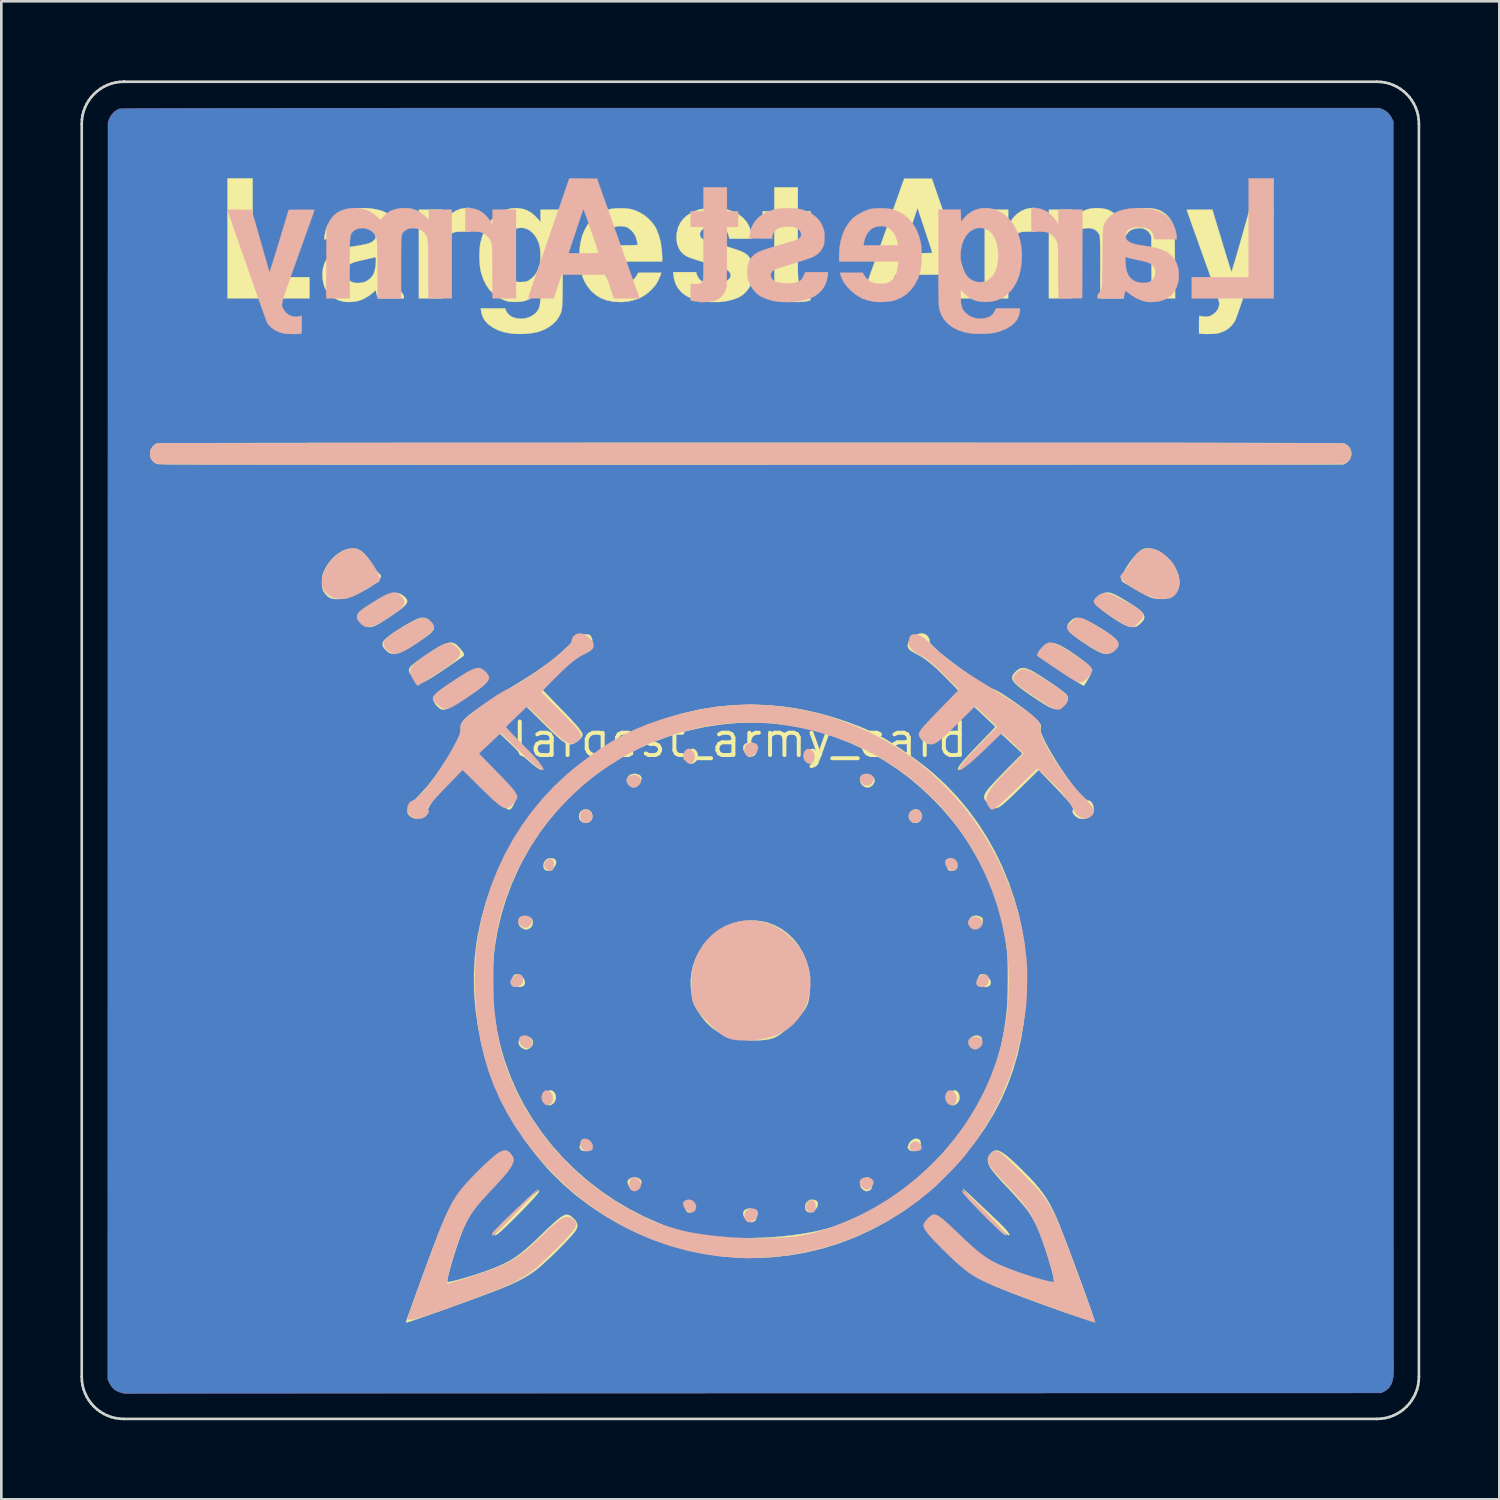
<source format=kicad_pcb>
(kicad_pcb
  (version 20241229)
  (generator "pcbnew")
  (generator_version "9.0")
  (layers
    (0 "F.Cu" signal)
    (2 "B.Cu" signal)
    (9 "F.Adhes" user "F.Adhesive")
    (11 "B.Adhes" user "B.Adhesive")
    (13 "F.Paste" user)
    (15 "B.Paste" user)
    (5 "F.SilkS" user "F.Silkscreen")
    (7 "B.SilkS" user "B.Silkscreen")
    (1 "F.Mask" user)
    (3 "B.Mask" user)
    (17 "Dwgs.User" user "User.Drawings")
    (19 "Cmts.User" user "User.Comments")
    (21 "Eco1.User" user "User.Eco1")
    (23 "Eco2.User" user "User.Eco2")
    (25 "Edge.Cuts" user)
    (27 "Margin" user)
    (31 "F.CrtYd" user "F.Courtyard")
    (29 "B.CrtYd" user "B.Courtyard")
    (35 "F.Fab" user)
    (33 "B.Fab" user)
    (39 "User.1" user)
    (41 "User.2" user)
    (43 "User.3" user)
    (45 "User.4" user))
  (footprint "largest_army_card"
    (layer "F.Cu")
    (at 25.01 25.01)
    (property "Reference" "largest_army_card" (at 0 0 0) (layer "F.SilkS") (effects (font (size 1.27 1.27) (thickness 0.15))))
    (attr through_hole)
    (fp_poly (pts (xy 24.367 -23.919) (xy 24.513 -23.843) (xy 24.632 -23.734) (xy 24.721 -23.597) (xy 24.786 -23.467) (xy 24.786 -0.019) (xy 24.786 0.978) (xy 24.786 1.966) (xy 24.786 2.942) (xy 24.786 3.908) (xy 24.786 4.861) (xy 24.786 5.801) (xy 24.787 6.727) (xy 24.787 7.638) (xy 24.787 8.533) (xy 24.787 9.411) (xy 24.787 10.272) (xy 24.788 11.114) (xy 24.788 11.937) (xy 24.788 12.74) (xy 24.788 13.522) (xy 24.789 14.282) (xy 24.789 15.02) (xy 24.789 15.733) (xy 24.79 16.423) (xy 24.79 17.086) (xy 24.791 17.724) (xy 24.791 18.335) (xy 24.791 18.917) (xy 24.792 19.471) (xy 24.792 19.996) (xy 24.793 20.489) (xy 24.793 20.951) (xy 24.794 21.381) (xy 24.794 21.778) (xy 24.795 22.141) (xy 24.795 22.469) (xy 24.796 22.761) (xy 24.796 23.017) (xy 24.797 23.235) (xy 24.798 23.415) (xy 24.798 23.556) (xy 24.799 23.656) (xy 24.799 23.716) (xy 24.8 23.732) (xy 24.803 23.963) (xy 24.789 24.159) (xy 24.756 24.323) (xy 24.704 24.459) (xy 24.63 24.57) (xy 24.534 24.659) (xy 24.439 24.719) (xy 24.331 24.776) (xy 0.921 24.781) (xy -0.076 24.781) (xy -1.064 24.781) (xy -2.041 24.782) (xy -3.007 24.782) (xy -3.96 24.782) (xy -4.901 24.783) (xy -5.828 24.783) (xy -6.739 24.783) (xy -7.636 24.784) (xy -8.515 24.784) (xy -9.377 24.784) (xy -10.221 24.785) (xy -11.046 24.785) (xy -11.851 24.785) (xy -12.635 24.786) (xy -13.397 24.786) (xy -14.136 24.787) (xy -14.852 24.787) (xy -15.543 24.788) (xy -16.209 24.788) (xy -16.85 24.789) (xy -17.463 24.789) (xy -18.048 24.789) (xy -18.604 24.79) (xy -19.131 24.79) (xy -19.627 24.791) (xy -20.092 24.791) (xy -20.525 24.792) (xy -20.924 24.792) (xy -21.29 24.793) (xy -21.62 24.793) (xy -21.915 24.794) (xy -22.174 24.794) (xy -22.394 24.795) (xy -22.577 24.795) (xy -22.72 24.795) (xy -22.823 24.796) (xy -22.886 24.796) (xy -22.902 24.797) (xy -23.067 24.8) (xy -23.195 24.8) (xy -23.292 24.796) (xy -23.365 24.789) (xy -23.42 24.779) (xy -23.421 24.778) (xy -23.577 24.726) (xy -23.699 24.661) (xy -23.795 24.576) (xy -23.872 24.465) (xy -23.9 24.413) (xy -23.969 24.274) (xy -23.964 -23.421) (xy -23.917 -23.548) (xy -23.856 -23.666) (xy -23.769 -23.776) (xy -23.665 -23.865) (xy -23.555 -23.923) (xy -23.549 -23.925) (xy -23.542 -23.927) (xy -23.53 -23.929) (xy -23.514 -23.93) (xy -23.492 -23.932) (xy -23.463 -23.934) (xy -23.427 -23.935) (xy -23.383 -23.936) (xy -23.331 -23.938) (xy -23.269 -23.939) (xy -23.198 -23.94) (xy -23.115 -23.942) (xy -23.021 -23.943) (xy -22.915 -23.944) (xy -22.795 -23.945) (xy -22.662 -23.946) (xy -22.515 -23.947) (xy -22.352 -23.948) (xy -22.174 -23.949) (xy -21.979 -23.95) (xy -21.767 -23.95) (xy -21.536 -23.951) (xy -21.287 -23.952) (xy -21.019 -23.953) (xy -20.73 -23.953) (xy -20.42 -23.954) (xy -20.089 -23.954) (xy -19.735 -23.955) (xy -19.359 -23.956) (xy -18.958 -23.956) (xy -18.533 -23.956) (xy -18.082 -23.957) (xy -17.606 -23.957) (xy -17.103 -23.958) (xy -16.572 -23.958) (xy -16.014 -23.958) (xy -15.426 -23.959) (xy -14.809 -23.959) (xy -14.161 -23.959) (xy -13.483 -23.959) (xy -12.772 -23.96) (xy -12.029 -23.96) (xy -11.253 -23.96) (xy -10.443 -23.96) (xy -9.599 -23.96) (xy -8.719 -23.96) (xy -7.802 -23.96) (xy -6.849 -23.961) (xy -5.859 -23.961) (xy -4.83 -23.961) (xy -3.762 -23.961) (xy -2.654 -23.961) (xy -1.506 -23.961) (xy -0.317 -23.961) (xy 0.403 -23.961) (xy 24.252 -23.962) (xy 24.367 -23.919)) (stroke (width 0.01) (type solid)) (fill yes) (layer "F.Cu"))
    (fp_poly (pts (xy 24.367 -23.919) (xy 24.513 -23.843) (xy 24.632 -23.734) (xy 24.721 -23.597) (xy 24.786 -23.467) (xy 24.786 -0.019) (xy 24.786 0.978) (xy 24.786 1.966) (xy 24.786 2.942) (xy 24.786 3.908) (xy 24.786 4.861) (xy 24.786 5.801) (xy 24.787 6.727) (xy 24.787 7.638) (xy 24.787 8.533) (xy 24.787 9.411) (xy 24.787 10.272) (xy 24.788 11.114) (xy 24.788 11.937) (xy 24.788 12.74) (xy 24.788 13.522) (xy 24.789 14.282) (xy 24.789 15.02) (xy 24.789 15.733) (xy 24.79 16.423) (xy 24.79 17.086) (xy 24.791 17.724) (xy 24.791 18.335) (xy 24.791 18.917) (xy 24.792 19.471) (xy 24.792 19.996) (xy 24.793 20.489) (xy 24.793 20.951) (xy 24.794 21.381) (xy 24.794 21.778) (xy 24.795 22.141) (xy 24.795 22.469) (xy 24.796 22.761) (xy 24.796 23.017) (xy 24.797 23.235) (xy 24.798 23.415) (xy 24.798 23.556) (xy 24.799 23.656) (xy 24.799 23.716) (xy 24.8 23.732) (xy 24.803 23.963) (xy 24.789 24.159) (xy 24.756 24.323) (xy 24.704 24.459) (xy 24.63 24.57) (xy 24.534 24.659) (xy 24.439 24.719) (xy 24.331 24.776) (xy 0.921 24.781) (xy -0.076 24.781) (xy -1.064 24.781) (xy -2.041 24.782) (xy -3.007 24.782) (xy -3.96 24.782) (xy -4.901 24.783) (xy -5.828 24.783) (xy -6.739 24.783) (xy -7.636 24.784) (xy -8.515 24.784) (xy -9.377 24.784) (xy -10.221 24.785) (xy -11.046 24.785) (xy -11.851 24.785) (xy -12.635 24.786) (xy -13.397 24.786) (xy -14.136 24.787) (xy -14.852 24.787) (xy -15.543 24.788) (xy -16.209 24.788) (xy -16.85 24.789) (xy -17.463 24.789) (xy -18.048 24.789) (xy -18.604 24.79) (xy -19.131 24.79) (xy -19.627 24.791) (xy -20.092 24.791) (xy -20.525 24.792) (xy -20.924 24.792) (xy -21.29 24.793) (xy -21.62 24.793) (xy -21.915 24.794) (xy -22.174 24.794) (xy -22.394 24.795) (xy -22.577 24.795) (xy -22.72 24.795) (xy -22.823 24.796) (xy -22.886 24.796) (xy -22.902 24.797) (xy -23.067 24.8) (xy -23.195 24.8) (xy -23.292 24.796) (xy -23.365 24.789) (xy -23.42 24.779) (xy -23.421 24.778) (xy -23.577 24.726) (xy -23.699 24.661) (xy -23.795 24.576) (xy -23.872 24.465) (xy -23.9 24.413) (xy -23.969 24.274) (xy -23.964 -23.421) (xy -23.917 -23.548) (xy -23.856 -23.666) (xy -23.769 -23.776) (xy -23.665 -23.865) (xy -23.555 -23.923) (xy -23.549 -23.925) (xy -23.542 -23.927) (xy -23.53 -23.929) (xy -23.514 -23.93) (xy -23.492 -23.932) (xy -23.463 -23.934) (xy -23.427 -23.935) (xy -23.383 -23.936) (xy -23.331 -23.938) (xy -23.269 -23.939) (xy -23.198 -23.94) (xy -23.115 -23.942) (xy -23.021 -23.943) (xy -22.915 -23.944) (xy -22.795 -23.945) (xy -22.662 -23.946) (xy -22.515 -23.947) (xy -22.352 -23.948) (xy -22.174 -23.949) (xy -21.979 -23.95) (xy -21.767 -23.95) (xy -21.536 -23.951) (xy -21.287 -23.952) (xy -21.019 -23.953) (xy -20.73 -23.953) (xy -20.42 -23.954) (xy -20.089 -23.954) (xy -19.735 -23.955) (xy -19.359 -23.956) (xy -18.958 -23.956) (xy -18.533 -23.956) (xy -18.082 -23.957) (xy -17.606 -23.957) (xy -17.103 -23.958) (xy -16.572 -23.958) (xy -16.014 -23.958) (xy -15.426 -23.959) (xy -14.809 -23.959) (xy -14.161 -23.959) (xy -13.483 -23.959) (xy -12.772 -23.96) (xy -12.029 -23.96) (xy -11.253 -23.96) (xy -10.443 -23.96) (xy -9.599 -23.96) (xy -8.719 -23.96) (xy -7.802 -23.96) (xy -6.849 -23.961) (xy -5.859 -23.961) (xy -4.83 -23.961) (xy -3.762 -23.961) (xy -2.654 -23.961) (xy -1.506 -23.961) (xy -0.317 -23.961) (xy 0.403 -23.961) (xy 24.252 -23.962) (xy 24.367 -23.919)) (stroke (width 0.01) (type solid)) (fill yes) (layer "B.Cu"))
    (fp_poly (pts (xy -18.479 -17.547) (xy -16.32 -17.547) (xy -16.32 -16.743) (xy -19.431 -16.743) (xy -19.431 -21.294) (xy -18.479 -21.294) (xy -18.479 -17.547)) (stroke (width 0.01) (type solid)) (fill yes) (layer "F.SilkS"))
    (fp_poly (pts (xy 2.851 0.374) (xy 2.867 0.389) (xy 2.928 0.477) (xy 2.954 0.578) (xy 2.945 0.683) (xy 2.902 0.781) (xy 2.846 0.845) (xy 2.769 0.896) (xy 2.7 0.906) (xy 2.633 0.876) (xy 2.603 0.85) (xy 2.546 0.765) (xy 2.524 0.667) (xy 2.535 0.565) (xy 2.58 0.468) (xy 2.636 0.404) (xy 2.714 0.353) (xy 2.785 0.343) (xy 2.851 0.374)) (stroke (width 0.01) (type solid)) (fill yes) (layer "F.SilkS"))
    (fp_poly (pts (xy 2.881 17.472) (xy 2.94 17.52) (xy 2.963 17.59) (xy 2.949 17.679) (xy 2.929 17.73) (xy 2.873 17.811) (xy 2.798 17.873) (xy 2.713 17.911) (xy 2.628 17.921) (xy 2.569 17.904) (xy 2.515 17.855) (xy 2.484 17.781) (xy 2.479 17.695) (xy 2.501 17.608) (xy 2.518 17.575) (xy 2.589 17.496) (xy 2.681 17.453) (xy 2.788 17.447) (xy 2.881 17.472)) (stroke (width 0.01) (type solid)) (fill yes) (layer "F.SilkS"))
    (fp_poly (pts (xy -8.342 8.932) (xy -8.33 8.938) (xy -8.246 9.001) (xy -8.187 9.078) (xy -8.154 9.159) (xy -8.15 9.238) (xy -8.178 9.305) (xy -8.205 9.333) (xy -8.283 9.37) (xy -8.376 9.376) (xy -8.47 9.351) (xy -8.511 9.328) (xy -8.578 9.261) (xy -8.616 9.175) (xy -8.626 9.082) (xy -8.604 8.993) (xy -8.567 8.938) (xy -8.507 8.898) (xy -8.433 8.896) (xy -8.342 8.932)) (stroke (width 0.01) (type solid)) (fill yes) (layer "F.SilkS"))
    (fp_poly (pts (xy -8.051 6.718) (xy -7.963 6.744) (xy -7.895 6.789) (xy -7.871 6.821) (xy -7.848 6.906) (xy -7.858 6.998) (xy -7.897 7.082) (xy -7.961 7.147) (xy -7.987 7.162) (xy -8.078 7.192) (xy -8.16 7.188) (xy -8.234 7.157) (xy -8.322 7.093) (xy -8.375 7.017) (xy -8.393 6.936) (xy -8.375 6.858) (xy -8.321 6.789) (xy -8.24 6.739) (xy -8.148 6.716) (xy -8.051 6.718)) (stroke (width 0.01) (type solid)) (fill yes) (layer "F.SilkS"))
    (fp_poly (pts (xy -7.127 13.307) (xy -7.105 13.317) (xy -7.033 13.378) (xy -6.989 13.46) (xy -6.974 13.555) (xy -6.988 13.653) (xy -7.032 13.744) (xy -7.081 13.799) (xy -7.158 13.85) (xy -7.227 13.86) (xy -7.294 13.83) (xy -7.324 13.804) (xy -7.381 13.719) (xy -7.403 13.621) (xy -7.392 13.519) (xy -7.347 13.422) (xy -7.291 13.358) (xy -7.229 13.311) (xy -7.178 13.295) (xy -7.127 13.307)) (stroke (width 0.01) (type solid)) (fill yes) (layer "F.SilkS"))
    (fp_poly (pts (xy -5.769 2.648) (xy -5.684 2.692) (xy -5.623 2.762) (xy -5.592 2.851) (xy -5.593 2.948) (xy -5.62 3.028) (xy -5.678 3.097) (xy -5.759 3.14) (xy -5.853 3.152) (xy -5.947 3.131) (xy -5.984 3.113) (xy -6.048 3.061) (xy -6.083 2.999) (xy -6.096 2.913) (xy -6.096 2.892) (xy -6.077 2.794) (xy -6.026 2.715) (xy -5.95 2.661) (xy -5.858 2.638) (xy -5.769 2.648)) (stroke (width 0.01) (type solid)) (fill yes) (layer "F.SilkS"))
    (fp_poly (pts (xy 6.728 2.645) (xy 6.792 2.676) (xy 6.797 2.681) (xy 6.843 2.754) (xy 6.866 2.848) (xy 6.865 2.949) (xy 6.841 3.041) (xy 6.803 3.101) (xy 6.737 3.144) (xy 6.655 3.152) (xy 6.566 3.123) (xy 6.548 3.113) (xy 6.465 3.044) (xy 6.421 2.962) (xy 6.418 2.872) (xy 6.445 2.795) (xy 6.499 2.723) (xy 6.571 2.672) (xy 6.651 2.645) (xy 6.728 2.645)) (stroke (width 0.01) (type solid)) (fill yes) (layer "F.SilkS"))
    (fp_poly (pts (xy 8.106 4.539) (xy 8.168 4.591) (xy 8.213 4.659) (xy 8.234 4.736) (xy 8.234 4.746) (xy 8.218 4.824) (xy 8.178 4.89) (xy 8.12 4.94) (xy 8.054 4.97) (xy 7.987 4.974) (xy 7.929 4.95) (xy 7.903 4.92) (xy 7.874 4.848) (xy 7.865 4.762) (xy 7.875 4.673) (xy 7.9 4.593) (xy 7.94 4.535) (xy 7.971 4.516) (xy 8.037 4.511) (xy 8.106 4.539)) (stroke (width 0.01) (type solid)) (fill yes) (layer "F.SilkS"))
    (fp_poly (pts (xy 8.199 13.309) (xy 8.267 13.361) (xy 8.313 13.44) (xy 8.335 13.536) (xy 8.33 13.636) (xy 8.307 13.705) (xy 8.252 13.783) (xy 8.181 13.837) (xy 8.101 13.861) (xy 8.028 13.85) (xy 7.987 13.815) (xy 7.95 13.752) (xy 7.923 13.675) (xy 7.913 13.599) (xy 7.931 13.486) (xy 7.985 13.392) (xy 8.069 13.325) (xy 8.125 13.3) (xy 8.168 13.298) (xy 8.199 13.309)) (stroke (width 0.01) (type solid)) (fill yes) (layer "F.SilkS"))
    (fp_poly (pts (xy -5.807 15.235) (xy -5.771 15.248) (xy -5.695 15.296) (xy -5.638 15.363) (xy -5.61 15.436) (xy -5.609 15.453) (xy -5.628 15.52) (xy -5.682 15.568) (xy -5.769 15.595) (xy -5.842 15.6) (xy -5.929 15.594) (xy -5.99 15.575) (xy -6.019 15.556) (xy -6.063 15.499) (xy -6.071 15.432) (xy -6.048 15.362) (xy -5.995 15.298) (xy -5.916 15.249) (xy -5.913 15.248) (xy -5.856 15.23) (xy -5.807 15.235)) (stroke (width 0.01) (type solid)) (fill yes) (layer "F.SilkS"))
    (fp_poly (pts (xy -3.907 16.611) (xy -3.865 16.624) (xy -3.782 16.672) (xy -3.738 16.735) (xy -3.733 16.814) (xy -3.735 16.824) (xy -3.774 16.919) (xy -3.84 16.993) (xy -3.924 17.04) (xy -4.016 17.056) (xy -4.098 17.039) (xy -4.155 16.998) (xy -4.205 16.929) (xy -4.24 16.847) (xy -4.249 16.807) (xy -4.251 16.746) (xy -4.233 16.703) (xy -4.202 16.671) (xy -4.119 16.621) (xy -4.016 16.6) (xy -3.907 16.611)) (stroke (width 0.01) (type solid)) (fill yes) (layer "F.SilkS"))
    (fp_poly (pts (xy -3.898 1.304) (xy -3.817 1.333) (xy -3.759 1.378) (xy -3.748 1.394) (xy -3.728 1.451) (xy -3.733 1.512) (xy -3.761 1.582) (xy -3.822 1.664) (xy -3.91 1.717) (xy -4.014 1.736) (xy -4.076 1.73) (xy -4.122 1.706) (xy -4.167 1.661) (xy -4.229 1.57) (xy -4.253 1.485) (xy -4.238 1.409) (xy -4.184 1.347) (xy -4.164 1.333) (xy -4.084 1.302) (xy -3.992 1.293) (xy -3.898 1.304)) (stroke (width 0.01) (type solid)) (fill yes) (layer "F.SilkS"))
    (fp_poly (pts (xy -1.841 17.486) (xy -1.764 17.544) (xy -1.758 17.549) (xy -1.712 17.607) (xy -1.694 17.669) (xy -1.693 17.695) (xy -1.71 17.777) (xy -1.754 17.848) (xy -1.816 17.902) (xy -1.887 17.932) (xy -1.959 17.928) (xy -1.962 17.926) (xy -2.014 17.886) (xy -2.049 17.819) (xy -2.065 17.736) (xy -2.062 17.649) (xy -2.039 17.569) (xy -1.997 17.506) (xy -1.978 17.492) (xy -1.911 17.469) (xy -1.841 17.486)) (stroke (width 0.01) (type solid)) (fill yes) (layer "F.SilkS"))
    (fp_poly (pts (xy 4.983 1.362) (xy 5.018 1.382) (xy 5.086 1.448) (xy 5.114 1.525) (xy 5.101 1.613) (xy 5.088 1.643) (xy 5.025 1.731) (xy 4.946 1.789) (xy 4.856 1.811) (xy 4.765 1.797) (xy 4.752 1.791) (xy 4.668 1.738) (xy 4.604 1.668) (xy 4.568 1.592) (xy 4.564 1.557) (xy 4.582 1.476) (xy 4.633 1.41) (xy 4.708 1.363) (xy 4.797 1.336) (xy 4.891 1.335) (xy 4.983 1.362)) (stroke (width 0.01) (type solid)) (fill yes) (layer "F.SilkS"))
    (fp_poly (pts (xy 9.081 11.235) (xy 9.143 11.274) (xy 9.18 11.33) (xy 9.186 11.37) (xy 9.167 11.473) (xy 9.113 11.567) (xy 9.033 11.642) (xy 8.935 11.688) (xy 8.909 11.695) (xy 8.847 11.698) (xy 8.798 11.677) (xy 8.776 11.659) (xy 8.725 11.59) (xy 8.706 11.504) (xy 8.717 11.415) (xy 8.756 11.332) (xy 8.822 11.266) (xy 8.831 11.261) (xy 8.915 11.226) (xy 9.002 11.219) (xy 9.081 11.235)) (stroke (width 0.01) (type solid)) (fill yes) (layer "F.SilkS"))
    (fp_poly (pts (xy 9.274 8.906) (xy 9.353 8.949) (xy 9.425 9.009) (xy 9.472 9.069) (xy 9.515 9.163) (xy 9.52 9.241) (xy 9.489 9.307) (xy 9.473 9.325) (xy 9.407 9.364) (xy 9.322 9.379) (xy 9.234 9.369) (xy 9.159 9.334) (xy 9.157 9.333) (xy 9.093 9.264) (xy 9.055 9.183) (xy 9.04 9.099) (xy 9.049 9.019) (xy 9.08 8.952) (xy 9.132 8.906) (xy 9.203 8.89) (xy 9.274 8.906)) (stroke (width 0.01) (type solid)) (fill yes) (layer "F.SilkS"))
    (fp_poly (pts (xy -8.026 11.27) (xy -7.936 11.306) (xy -7.875 11.372) (xy -7.863 11.397) (xy -7.846 11.488) (xy -7.866 11.576) (xy -7.92 11.654) (xy -8.002 11.713) (xy -8.029 11.725) (xy -8.088 11.743) (xy -8.136 11.742) (xy -8.195 11.721) (xy -8.202 11.717) (xy -8.299 11.657) (xy -8.361 11.585) (xy -8.389 11.506) (xy -8.384 11.428) (xy -8.348 11.359) (xy -8.28 11.304) (xy -8.182 11.271) (xy -8.143 11.265) (xy -8.026 11.27)) (stroke (width 0.01) (type solid)) (fill yes) (layer "F.SilkS"))
    (fp_poly (pts (xy -7.053 4.513) (xy -7.005 4.541) (xy -6.971 4.598) (xy -6.967 4.672) (xy -6.99 4.751) (xy -7.037 4.829) (xy -7.104 4.895) (xy -7.154 4.927) (xy -7.228 4.96) (xy -7.282 4.971) (xy -7.332 4.961) (xy -7.358 4.949) (xy -7.415 4.901) (xy -7.444 4.831) (xy -7.448 4.749) (xy -7.427 4.665) (xy -7.384 4.588) (xy -7.318 4.528) (xy -7.3 4.518) (xy -7.222 4.495) (xy -7.134 4.494) (xy -7.053 4.513)) (stroke (width 0.01) (type solid)) (fill yes) (layer "F.SilkS"))
    (fp_poly (pts (xy -1.721 0.358) (xy -1.659 0.411) (xy -1.613 0.488) (xy -1.589 0.58) (xy -1.587 0.615) (xy -1.603 0.709) (xy -1.646 0.792) (xy -1.707 0.857) (xy -1.781 0.898) (xy -1.858 0.907) (xy -1.899 0.896) (xy -1.939 0.862) (xy -1.976 0.799) (xy -2.004 0.723) (xy -2.014 0.648) (xy -2.014 0.648) (xy -2 0.551) (xy -1.962 0.463) (xy -1.906 0.393) (xy -1.84 0.349) (xy -1.79 0.339) (xy -1.721 0.358)) (stroke (width 0.01) (type solid)) (fill yes) (layer "F.SilkS"))
    (fp_poly (pts (xy 0.434 17.787) (xy 0.517 17.817) (xy 0.586 17.872) (xy 0.593 17.881) (xy 0.625 17.949) (xy 0.638 18.036) (xy 0.632 18.126) (xy 0.607 18.203) (xy 0.587 18.232) (xy 0.52 18.285) (xy 0.446 18.297) (xy 0.398 18.288) (xy 0.3 18.242) (xy 0.217 18.17) (xy 0.157 18.082) (xy 0.128 17.989) (xy 0.127 17.966) (xy 0.145 17.892) (xy 0.194 17.835) (xy 0.264 17.798) (xy 0.347 17.781) (xy 0.434 17.787)) (stroke (width 0.01) (type solid)) (fill yes) (layer "F.SilkS"))
    (fp_poly (pts (xy 6.795 15.156) (xy 6.834 15.198) (xy 6.859 15.267) (xy 6.866 15.348) (xy 6.857 15.412) (xy 6.813 15.505) (xy 6.74 15.567) (xy 6.64 15.597) (xy 6.591 15.6) (xy 6.516 15.596) (xy 6.466 15.581) (xy 6.425 15.55) (xy 6.421 15.546) (xy 6.383 15.498) (xy 6.376 15.449) (xy 6.379 15.426) (xy 6.416 15.324) (xy 6.477 15.239) (xy 6.555 15.176) (xy 6.642 15.139) (xy 6.73 15.134) (xy 6.795 15.156)) (stroke (width 0.01) (type solid)) (fill yes) (layer "F.SilkS"))
    (fp_poly (pts (xy 9.006 6.676) (xy 9.092 6.699) (xy 9.154 6.729) (xy 9.199 6.764) (xy 9.21 6.777) (xy 9.225 6.847) (xy 9.209 6.927) (xy 9.166 7.006) (xy 9.103 7.073) (xy 9.059 7.102) (xy 8.967 7.13) (xy 8.879 7.117) (xy 8.846 7.102) (xy 8.793 7.057) (xy 8.747 6.989) (xy 8.715 6.914) (xy 8.705 6.847) (xy 8.707 6.831) (xy 8.746 6.756) (xy 8.814 6.703) (xy 8.903 6.676) (xy 9.006 6.676)) (stroke (width 0.01) (type solid)) (fill yes) (layer "F.SilkS"))
    (fp_poly (pts (xy 0.445 0.119) (xy 0.5 0.14) (xy 0.574 0.194) (xy 0.618 0.275) (xy 0.635 0.384) (xy 0.635 0.403) (xy 0.631 0.475) (xy 0.613 0.524) (xy 0.576 0.57) (xy 0.573 0.573) (xy 0.506 0.622) (xy 0.435 0.632) (xy 0.353 0.603) (xy 0.349 0.602) (xy 0.252 0.537) (xy 0.182 0.46) (xy 0.139 0.378) (xy 0.127 0.296) (xy 0.145 0.223) (xy 0.196 0.163) (xy 0.244 0.136) (xy 0.348 0.108) (xy 0.445 0.119)) (stroke (width 0.01) (type solid)) (fill yes) (layer "F.SilkS"))
    (fp_poly (pts (xy 4.888 16.607) (xy 4.9 16.612) (xy 4.963 16.663) (xy 5.001 16.746) (xy 5.014 16.858) (xy 5.012 16.898) (xy 5.003 16.975) (xy 4.987 17.026) (xy 4.957 17.063) (xy 4.945 17.074) (xy 4.868 17.115) (xy 4.784 17.119) (xy 4.731 17.099) (xy 4.686 17.069) (xy 4.635 17.026) (xy 4.63 17.022) (xy 4.584 16.952) (xy 4.572 16.866) (xy 4.593 16.774) (xy 4.615 16.731) (xy 4.669 16.672) (xy 4.742 16.628) (xy 4.82 16.604) (xy 4.888 16.607)) (stroke (width 0.01) (type solid)) (fill yes) (layer "F.SilkS"))
    (fp_poly (pts (xy -10.245 -19.272) (xy -10.515 -19.272) (xy -10.63 -19.272) (xy -10.713 -19.268) (xy -10.774 -19.261) (xy -10.825 -19.249) (xy -10.874 -19.23) (xy -10.901 -19.217) (xy -11.033 -19.139) (xy -11.132 -19.04) (xy -11.204 -18.916) (xy -11.25 -18.761) (xy -11.259 -18.711) (xy -11.265 -18.656) (xy -11.269 -18.563) (xy -11.273 -18.436) (xy -11.277 -18.279) (xy -11.279 -18.097) (xy -11.281 -17.893) (xy -11.282 -17.672) (xy -11.282 -17.658) (xy -11.282 -16.743) (xy -12.171 -16.743) (xy -12.171 -20.108) (xy -11.282 -20.108) (xy -11.282 -19.506) (xy -11.202 -19.642) (xy -11.08 -19.816) (xy -10.935 -19.958) (xy -10.772 -20.065) (xy -10.594 -20.136) (xy -10.417 -20.166) (xy -10.245 -20.178) (xy -10.245 -19.272)) (stroke (width 0.01) (type solid)) (fill yes) (layer "F.SilkS"))
    (fp_poly (pts (xy -7.607 17.116) (xy -7.626 17.156) (xy -7.675 17.222) (xy -7.753 17.316) (xy -7.862 17.438) (xy -8.001 17.587) (xy -8.171 17.764) (xy -8.36 17.958) (xy -8.571 18.17) (xy -8.756 18.352) (xy -8.913 18.503) (xy -9.044 18.623) (xy -9.147 18.712) (xy -9.223 18.769) (xy -9.271 18.795) (xy -9.291 18.789) (xy -9.292 18.782) (xy -9.277 18.751) (xy -9.233 18.693) (xy -9.16 18.608) (xy -9.062 18.499) (xy -8.938 18.367) (xy -8.79 18.213) (xy -8.621 18.039) (xy -8.456 17.873) (xy -8.264 17.681) (xy -8.1 17.52) (xy -7.962 17.386) (xy -7.849 17.28) (xy -7.759 17.2) (xy -7.692 17.145) (xy -7.644 17.113) (xy -7.617 17.103) (xy -7.607 17.116)) (stroke (width 0.01) (type solid)) (fill yes) (layer "F.SilkS"))
    (fp_poly (pts (xy 11.218 -19.272) (xy 10.948 -19.272) (xy 10.833 -19.272) (xy 10.75 -19.268) (xy 10.689 -19.261) (xy 10.638 -19.249) (xy 10.589 -19.23) (xy 10.562 -19.217) (xy 10.428 -19.136) (xy 10.326 -19.03) (xy 10.253 -18.898) (xy 10.208 -18.736) (xy 10.204 -18.711) (xy 10.198 -18.657) (xy 10.194 -18.566) (xy 10.19 -18.441) (xy 10.186 -18.287) (xy 10.184 -18.108) (xy 10.182 -17.909) (xy 10.181 -17.695) (xy 10.181 -17.658) (xy 10.181 -16.743) (xy 9.292 -16.743) (xy 9.292 -20.108) (xy 10.181 -20.108) (xy 10.181 -19.506) (xy 10.261 -19.642) (xy 10.381 -19.813) (xy 10.525 -19.954) (xy 10.687 -20.062) (xy 10.862 -20.135) (xy 11.046 -20.169) (xy 11.107 -20.172) (xy 11.218 -20.172) (xy 11.218 -19.272)) (stroke (width 0.01) (type solid)) (fill yes) (layer "F.SilkS"))
    (fp_poly (pts (xy -12.965 -5.56) (xy -12.878 -5.534) (xy -12.795 -5.486) (xy -12.712 -5.418) (xy -12.659 -5.362) (xy -12.626 -5.309) (xy -12.614 -5.256) (xy -12.626 -5.2) (xy -12.664 -5.138) (xy -12.73 -5.068) (xy -12.824 -4.987) (xy -12.951 -4.892) (xy -13.111 -4.78) (xy -13.245 -4.69) (xy -13.431 -4.568) (xy -13.586 -4.469) (xy -13.715 -4.392) (xy -13.822 -4.336) (xy -13.909 -4.298) (xy -13.982 -4.278) (xy -14.045 -4.275) (xy -14.1 -4.286) (xy -14.152 -4.311) (xy -14.206 -4.347) (xy -14.3 -4.428) (xy -14.38 -4.516) (xy -14.441 -4.602) (xy -14.479 -4.68) (xy -14.488 -4.743) (xy -14.485 -4.757) (xy -14.454 -4.811) (xy -14.395 -4.873) (xy -14.305 -4.944) (xy -14.184 -5.027) (xy -14.028 -5.121) (xy -13.838 -5.229) (xy -13.631 -5.34) (xy -13.45 -5.432) (xy -13.298 -5.499) (xy -13.169 -5.543) (xy -13.06 -5.563) (xy -12.965 -5.56)) (stroke (width 0.01) (type solid)) (fill yes) (layer "F.SilkS"))
    (fp_poly (pts (xy 8.482 17.048) (xy 8.53 17.088) (xy 8.606 17.156) (xy 8.712 17.254) (xy 8.848 17.381) (xy 9.013 17.537) (xy 9.074 17.595) (xy 9.213 17.727) (xy 9.35 17.857) (xy 9.479 17.979) (xy 9.596 18.09) (xy 9.696 18.185) (xy 9.775 18.259) (xy 9.826 18.307) (xy 9.92 18.398) (xy 10.01 18.491) (xy 10.09 18.579) (xy 10.155 18.657) (xy 10.201 18.719) (xy 10.223 18.76) (xy 10.223 18.765) (xy 10.218 18.789) (xy 10.198 18.793) (xy 10.163 18.776) (xy 10.11 18.737) (xy 10.037 18.673) (xy 9.941 18.583) (xy 9.821 18.464) (xy 9.724 18.367) (xy 9.61 18.251) (xy 9.482 18.12) (xy 9.345 17.978) (xy 9.203 17.831) (xy 9.062 17.684) (xy 8.926 17.542) (xy 8.8 17.409) (xy 8.688 17.29) (xy 8.595 17.19) (xy 8.526 17.114) (xy 8.511 17.097) (xy 8.473 17.053) (xy 8.463 17.036) (xy 8.482 17.048)) (stroke (width 0.01) (type solid)) (fill yes) (layer "F.SilkS"))
    (fp_poly (pts (xy 12.933 -4.605) (xy 13.038 -4.57) (xy 13.169 -4.513) (xy 13.318 -4.438) (xy 13.479 -4.351) (xy 13.643 -4.255) (xy 13.803 -4.155) (xy 13.952 -4.055) (xy 14.083 -3.96) (xy 14.188 -3.874) (xy 14.244 -3.82) (xy 14.295 -3.759) (xy 14.321 -3.709) (xy 14.33 -3.654) (xy 14.33 -3.64) (xy 14.325 -3.588) (xy 14.308 -3.543) (xy 14.27 -3.491) (xy 14.229 -3.446) (xy 14.121 -3.347) (xy 14.014 -3.287) (xy 13.904 -3.265) (xy 13.785 -3.279) (xy 13.748 -3.289) (xy 13.637 -3.332) (xy 13.506 -3.398) (xy 13.353 -3.487) (xy 13.172 -3.602) (xy 13.092 -3.656) (xy 12.899 -3.789) (xy 12.743 -3.905) (xy 12.62 -4.005) (xy 12.528 -4.093) (xy 12.468 -4.171) (xy 12.435 -4.242) (xy 12.43 -4.308) (xy 12.449 -4.373) (xy 12.492 -4.439) (xy 12.546 -4.497) (xy 12.639 -4.574) (xy 12.728 -4.616) (xy 12.826 -4.624) (xy 12.933 -4.605)) (stroke (width 0.01) (type solid)) (fill yes) (layer "F.SilkS"))
    (fp_poly (pts (xy 13.983 -5.582) (xy 14.063 -5.567) (xy 14.154 -5.536) (xy 14.262 -5.488) (xy 14.392 -5.419) (xy 14.55 -5.328) (xy 14.594 -5.301) (xy 14.796 -5.176) (xy 14.963 -5.068) (xy 15.096 -4.973) (xy 15.198 -4.891) (xy 15.271 -4.817) (xy 15.318 -4.751) (xy 15.341 -4.689) (xy 15.342 -4.629) (xy 15.323 -4.569) (xy 15.316 -4.554) (xy 15.277 -4.499) (xy 15.216 -4.434) (xy 15.147 -4.37) (xy 15.08 -4.32) (xy 15.037 -4.296) (xy 14.935 -4.277) (xy 14.813 -4.288) (xy 14.684 -4.327) (xy 14.682 -4.328) (xy 14.536 -4.396) (xy 14.37 -4.489) (xy 14.18 -4.61) (xy 14.03 -4.713) (xy 13.881 -4.819) (xy 13.765 -4.908) (xy 13.678 -4.983) (xy 13.617 -5.049) (xy 13.577 -5.108) (xy 13.555 -5.166) (xy 13.547 -5.227) (xy 13.547 -5.239) (xy 13.553 -5.288) (xy 13.576 -5.336) (xy 13.622 -5.395) (xy 13.647 -5.421) (xy 13.73 -5.503) (xy 13.801 -5.555) (xy 13.871 -5.58) (xy 13.95 -5.584) (xy 13.983 -5.582)) (stroke (width 0.01) (type solid)) (fill yes) (layer "F.SilkS"))
    (fp_poly (pts (xy 15.664 -7.238) (xy 15.806 -7.192) (xy 15.856 -7.17) (xy 16.031 -7.065) (xy 16.197 -6.927) (xy 16.347 -6.764) (xy 16.476 -6.583) (xy 16.578 -6.392) (xy 16.646 -6.199) (xy 16.659 -6.143) (xy 16.677 -5.969) (xy 16.658 -5.817) (xy 16.603 -5.684) (xy 16.509 -5.568) (xy 16.425 -5.5) (xy 16.255 -5.405) (xy 16.075 -5.352) (xy 15.887 -5.34) (xy 15.701 -5.367) (xy 15.606 -5.396) (xy 15.497 -5.441) (xy 15.368 -5.505) (xy 15.214 -5.59) (xy 15.047 -5.69) (xy 14.94 -5.754) (xy 14.829 -5.818) (xy 14.728 -5.876) (xy 14.653 -5.916) (xy 14.58 -5.958) (xy 14.522 -5.999) (xy 14.49 -6.03) (xy 14.487 -6.036) (xy 14.483 -6.108) (xy 14.506 -6.205) (xy 14.552 -6.319) (xy 14.616 -6.446) (xy 14.696 -6.581) (xy 14.787 -6.716) (xy 14.887 -6.848) (xy 14.99 -6.97) (xy 15.093 -7.077) (xy 15.193 -7.163) (xy 15.285 -7.223) (xy 15.295 -7.228) (xy 15.399 -7.257) (xy 15.525 -7.26) (xy 15.664 -7.238)) (stroke (width 0.01) (type solid)) (fill yes) (layer "F.SilkS"))
    (fp_poly (pts (xy -11.961 -4.615) (xy -11.873 -4.572) (xy -11.779 -4.493) (xy -11.771 -4.486) (xy -11.683 -4.392) (xy -11.63 -4.313) (xy -11.61 -4.244) (xy -11.624 -4.179) (xy -11.67 -4.109) (xy -11.712 -4.063) (xy -11.767 -4.016) (xy -11.851 -3.952) (xy -11.957 -3.875) (xy -12.08 -3.79) (xy -12.213 -3.701) (xy -12.348 -3.613) (xy -12.479 -3.531) (xy -12.599 -3.458) (xy -12.702 -3.4) (xy -12.753 -3.374) (xy -12.918 -3.304) (xy -13.064 -3.267) (xy -13.188 -3.264) (xy -13.287 -3.293) (xy -13.338 -3.327) (xy -13.401 -3.381) (xy -13.451 -3.43) (xy -13.504 -3.492) (xy -13.533 -3.539) (xy -13.545 -3.586) (xy -13.547 -3.623) (xy -13.544 -3.67) (xy -13.533 -3.707) (xy -13.506 -3.747) (xy -13.458 -3.797) (xy -13.412 -3.841) (xy -13.332 -3.909) (xy -13.224 -3.991) (xy -13.094 -4.08) (xy -12.95 -4.175) (xy -12.798 -4.269) (xy -12.645 -4.36) (xy -12.499 -4.443) (xy -12.365 -4.514) (xy -12.251 -4.569) (xy -12.164 -4.603) (xy -12.156 -4.606) (xy -12.052 -4.625) (xy -11.961 -4.615)) (stroke (width 0.01) (type solid)) (fill yes) (layer "F.SilkS"))
    (fp_poly (pts (xy 10.864 -2.702) (xy 10.991 -2.653) (xy 11.059 -2.62) (xy 11.149 -2.571) (xy 11.261 -2.505) (xy 11.39 -2.425) (xy 11.53 -2.335) (xy 11.676 -2.239) (xy 11.822 -2.141) (xy 11.963 -2.043) (xy 12.093 -1.951) (xy 12.206 -1.868) (xy 12.298 -1.797) (xy 12.362 -1.743) (xy 12.383 -1.721) (xy 12.434 -1.645) (xy 12.448 -1.571) (xy 12.423 -1.495) (xy 12.36 -1.409) (xy 12.35 -1.399) (xy 12.24 -1.292) (xy 12.139 -1.222) (xy 12.043 -1.185) (xy 11.946 -1.179) (xy 11.89 -1.188) (xy 11.838 -1.203) (xy 11.78 -1.225) (xy 11.713 -1.258) (xy 11.631 -1.303) (xy 11.53 -1.365) (xy 11.405 -1.445) (xy 11.251 -1.546) (xy 11.194 -1.583) (xy 10.985 -1.724) (xy 10.81 -1.847) (xy 10.667 -1.952) (xy 10.554 -2.042) (xy 10.469 -2.119) (xy 10.408 -2.185) (xy 10.393 -2.205) (xy 10.346 -2.285) (xy 10.332 -2.36) (xy 10.351 -2.435) (xy 10.405 -2.516) (xy 10.493 -2.606) (xy 10.579 -2.674) (xy 10.665 -2.713) (xy 10.757 -2.722) (xy 10.864 -2.702)) (stroke (width 0.01) (type solid)) (fill yes) (layer "F.SilkS"))
    (fp_poly (pts (xy 11.955 -3.65) (xy 12.061 -3.615) (xy 12.188 -3.555) (xy 12.341 -3.469) (xy 12.52 -3.356) (xy 12.594 -3.306) (xy 12.795 -3.167) (xy 12.963 -3.044) (xy 13.098 -2.937) (xy 13.197 -2.847) (xy 13.254 -2.782) (xy 13.303 -2.683) (xy 13.314 -2.571) (xy 13.289 -2.453) (xy 13.268 -2.407) (xy 13.23 -2.336) (xy 13.185 -2.259) (xy 13.138 -2.183) (xy 13.094 -2.118) (xy 13.061 -2.072) (xy 13.042 -2.053) (xy 13.041 -2.053) (xy 13.02 -2.064) (xy 12.968 -2.095) (xy 12.892 -2.142) (xy 12.795 -2.202) (xy 12.685 -2.271) (xy 12.632 -2.305) (xy 12.388 -2.462) (xy 12.178 -2.599) (xy 11.999 -2.718) (xy 11.85 -2.822) (xy 11.728 -2.911) (xy 11.631 -2.989) (xy 11.555 -3.057) (xy 11.5 -3.117) (xy 11.463 -3.17) (xy 11.44 -3.219) (xy 11.431 -3.266) (xy 11.43 -3.284) (xy 11.434 -3.333) (xy 11.451 -3.376) (xy 11.486 -3.425) (xy 11.541 -3.485) (xy 11.624 -3.568) (xy 11.694 -3.62) (xy 11.762 -3.65) (xy 11.837 -3.661) (xy 11.869 -3.662) (xy 11.955 -3.65)) (stroke (width 0.01) (type solid)) (fill yes) (layer "F.SilkS"))
    (fp_poly (pts (xy -14.523 -7.226) (xy -14.442 -7.198) (xy -14.326 -7.128) (xy -14.212 -7.021) (xy -14.104 -6.882) (xy -14.034 -6.765) (xy -13.916 -6.572) (xy -13.791 -6.411) (xy -13.688 -6.307) (xy -13.639 -6.259) (xy -13.616 -6.223) (xy -13.615 -6.187) (xy -13.618 -6.173) (xy -13.651 -6.108) (xy -13.719 -6.032) (xy -13.816 -5.948) (xy -13.937 -5.858) (xy -14.077 -5.765) (xy -14.231 -5.675) (xy -14.393 -5.588) (xy -14.559 -5.51) (xy -14.724 -5.443) (xy -14.798 -5.416) (xy -14.945 -5.376) (xy -15.099 -5.349) (xy -15.248 -5.337) (xy -15.383 -5.341) (xy -15.492 -5.362) (xy -15.507 -5.367) (xy -15.608 -5.423) (xy -15.702 -5.511) (xy -15.78 -5.62) (xy -15.795 -5.649) (xy -15.817 -5.7) (xy -15.831 -5.751) (xy -15.839 -5.814) (xy -15.842 -5.901) (xy -15.842 -5.98) (xy -15.84 -6.092) (xy -15.834 -6.176) (xy -15.822 -6.245) (xy -15.801 -6.312) (xy -15.785 -6.354) (xy -15.691 -6.549) (xy -15.568 -6.732) (xy -15.423 -6.898) (xy -15.262 -7.038) (xy -15.091 -7.148) (xy -14.968 -7.203) (xy -14.821 -7.239) (xy -14.668 -7.246) (xy -14.523 -7.226)) (stroke (width 0.01) (type solid)) (fill yes) (layer "F.SilkS"))
    (fp_poly (pts (xy -10.849 -3.665) (xy -10.819 -3.653) (xy -10.767 -3.616) (xy -10.701 -3.555) (xy -10.629 -3.481) (xy -10.562 -3.404) (xy -10.508 -3.333) (xy -10.478 -3.283) (xy -10.462 -3.234) (xy -10.467 -3.202) (xy -10.49 -3.176) (xy -10.52 -3.152) (xy -10.579 -3.109) (xy -10.664 -3.05) (xy -10.768 -2.977) (xy -10.887 -2.895) (xy -11.015 -2.808) (xy -11.147 -2.718) (xy -11.278 -2.629) (xy -11.403 -2.545) (xy -11.517 -2.47) (xy -11.614 -2.406) (xy -11.69 -2.358) (xy -11.703 -2.35) (xy -11.841 -2.269) (xy -11.953 -2.215) (xy -12.046 -2.187) (xy -12.124 -2.184) (xy -12.193 -2.203) (xy -12.224 -2.219) (xy -12.283 -2.265) (xy -12.353 -2.333) (xy -12.425 -2.412) (xy -12.486 -2.49) (xy -12.525 -2.553) (xy -12.526 -2.554) (xy -12.544 -2.606) (xy -12.545 -2.657) (xy -12.527 -2.71) (xy -12.487 -2.768) (xy -12.421 -2.833) (xy -12.327 -2.909) (xy -12.203 -2.999) (xy -12.046 -3.106) (xy -11.991 -3.143) (xy -11.776 -3.283) (xy -11.593 -3.399) (xy -11.44 -3.493) (xy -11.315 -3.565) (xy -11.216 -3.618) (xy -11.167 -3.64) (xy -11.058 -3.673) (xy -10.947 -3.681) (xy -10.849 -3.665)) (stroke (width 0.01) (type solid)) (fill yes) (layer "F.SilkS"))
    (fp_poly (pts (xy 2.201 -20.045) (xy 2.688 -20.045) (xy 2.688 -19.452) (xy 2.201 -19.452) (xy 2.201 -18.457) (xy 2.201 -18.21) (xy 2.202 -18.003) (xy 2.203 -17.83) (xy 2.206 -17.69) (xy 2.21 -17.578) (xy 2.216 -17.491) (xy 2.225 -17.426) (xy 2.237 -17.379) (xy 2.253 -17.346) (xy 2.272 -17.324) (xy 2.296 -17.31) (xy 2.324 -17.3) (xy 2.349 -17.293) (xy 2.431 -17.281) (xy 2.53 -17.282) (xy 2.562 -17.284) (xy 2.689 -17.299) (xy 2.683 -16.984) (xy 2.678 -16.669) (xy 2.572 -16.642) (xy 2.477 -16.625) (xy 2.356 -16.613) (xy 2.223 -16.606) (xy 2.094 -16.605) (xy 1.982 -16.61) (xy 1.928 -16.617) (xy 1.749 -16.666) (xy 1.598 -16.744) (xy 1.479 -16.85) (xy 1.392 -16.982) (xy 1.355 -17.076) (xy 1.345 -17.108) (xy 1.337 -17.142) (xy 1.331 -17.18) (xy 1.326 -17.227) (xy 1.321 -17.286) (xy 1.318 -17.362) (xy 1.316 -17.458) (xy 1.314 -17.578) (xy 1.313 -17.726) (xy 1.313 -17.905) (xy 1.312 -18.12) (xy 1.312 -18.333) (xy 1.312 -19.452) (xy 0.868 -19.452) (xy 0.868 -20.045) (xy 1.312 -20.045) (xy 1.312 -20.955) (xy 2.201 -20.955) (xy 2.201 -20.045)) (stroke (width 0.01) (type solid)) (fill yes) (layer "F.SilkS"))
    (fp_poly (pts (xy -9.862 -2.668) (xy -9.784 -2.627) (xy -9.698 -2.554) (xy -9.673 -2.529) (xy -9.613 -2.465) (xy -9.578 -2.419) (xy -9.562 -2.377) (xy -9.558 -2.33) (xy -9.558 -2.329) (xy -9.562 -2.289) (xy -9.575 -2.248) (xy -9.602 -2.205) (xy -9.643 -2.156) (xy -9.703 -2.1) (xy -9.784 -2.034) (xy -9.888 -1.956) (xy -10.018 -1.863) (xy -10.178 -1.753) (xy -10.37 -1.624) (xy -10.462 -1.562) (xy -10.649 -1.44) (xy -10.804 -1.34) (xy -10.933 -1.263) (xy -11.039 -1.206) (xy -11.126 -1.168) (xy -11.198 -1.148) (xy -11.258 -1.144) (xy -11.31 -1.154) (xy -11.359 -1.178) (xy -11.397 -1.205) (xy -11.507 -1.307) (xy -11.581 -1.408) (xy -11.617 -1.505) (xy -11.62 -1.541) (xy -11.617 -1.592) (xy -11.604 -1.634) (xy -11.572 -1.677) (xy -11.517 -1.736) (xy -11.509 -1.743) (xy -11.466 -1.786) (xy -11.42 -1.826) (xy -11.367 -1.869) (xy -11.302 -1.917) (xy -11.22 -1.974) (xy -11.118 -2.044) (xy -10.989 -2.128) (xy -10.83 -2.232) (xy -10.816 -2.241) (xy -10.614 -2.369) (xy -10.433 -2.477) (xy -10.276 -2.563) (xy -10.147 -2.625) (xy -10.047 -2.663) (xy -10.029 -2.668) (xy -9.941 -2.681) (xy -9.862 -2.668)) (stroke (width 0.01) (type solid)) (fill yes) (layer "F.SilkS"))
    (fp_poly (pts (xy 0.621 6.865) (xy 0.822 6.886) (xy 1.001 6.923) (xy 1.027 6.93) (xy 1.315 7.037) (xy 1.581 7.179) (xy 1.821 7.353) (xy 2.035 7.559) (xy 2.222 7.794) (xy 2.378 8.057) (xy 2.504 8.347) (xy 2.598 8.661) (xy 2.599 8.665) (xy 2.618 8.753) (xy 2.633 8.83) (xy 2.643 8.906) (xy 2.649 8.991) (xy 2.652 9.093) (xy 2.654 9.222) (xy 2.654 9.313) (xy 2.651 9.509) (xy 2.642 9.678) (xy 2.623 9.826) (xy 2.591 9.959) (xy 2.544 10.083) (xy 2.48 10.204) (xy 2.394 10.326) (xy 2.285 10.457) (xy 2.15 10.602) (xy 1.986 10.766) (xy 1.935 10.816) (xy 1.787 10.956) (xy 1.662 11.068) (xy 1.551 11.156) (xy 1.451 11.223) (xy 1.356 11.275) (xy 1.258 11.316) (xy 1.256 11.317) (xy 1.123 11.354) (xy 0.958 11.381) (xy 0.768 11.398) (xy 0.564 11.404) (xy 0.354 11.398) (xy 0.296 11.395) (xy 0.15 11.379) (xy -0.015 11.352) (xy -0.182 11.319) (xy -0.333 11.281) (xy -0.405 11.26) (xy -0.644 11.169) (xy -0.854 11.06) (xy -1.044 10.927) (xy -1.227 10.761) (xy -1.282 10.705) (xy -1.467 10.479) (xy -1.616 10.234) (xy -1.73 9.973) (xy -1.808 9.701) (xy -1.852 9.421) (xy -1.86 9.136) (xy -1.832 8.851) (xy -1.77 8.57) (xy -1.673 8.295) (xy -1.54 8.032) (xy -1.373 7.783) (xy -1.244 7.63) (xy -1.016 7.41) (xy -0.766 7.224) (xy -0.498 7.072) (xy -0.216 6.959) (xy 0.021 6.896) (xy 0.205 6.869) (xy 0.41 6.859) (xy 0.621 6.865)) (stroke (width 0.01) (type solid)) (fill yes) (layer "F.SilkS"))
    (fp_poly (pts (xy 8.067 -19.029) (xy 8.17 -18.732) (xy 8.269 -18.446) (xy 8.363 -18.174) (xy 8.451 -17.918) (xy 8.533 -17.681) (xy 8.607 -17.465) (xy 8.673 -17.273) (xy 8.729 -17.108) (xy 8.776 -16.971) (xy 8.812 -16.866) (xy 8.835 -16.796) (xy 8.847 -16.762) (xy 8.847 -16.759) (xy 8.827 -16.754) (xy 8.771 -16.75) (xy 8.684 -16.747) (xy 8.572 -16.744) (xy 8.442 -16.743) (xy 8.361 -16.743) (xy 7.875 -16.743) (xy 7.73 -17.193) (xy 7.585 -17.642) (xy 5.898 -17.642) (xy 5.749 -17.193) (xy 5.599 -16.743) (xy 4.631 -16.743) (xy 4.643 -16.79) (xy 4.652 -16.816) (xy 4.674 -16.88) (xy 4.708 -16.977) (xy 4.754 -17.107) (xy 4.81 -17.267) (xy 4.876 -17.453) (xy 4.95 -17.664) (xy 5.032 -17.896) (xy 5.122 -18.147) (xy 5.217 -18.415) (xy 5.237 -18.473) (xy 6.181 -18.473) (xy 6.201 -18.469) (xy 6.258 -18.465) (xy 6.346 -18.462) (xy 6.461 -18.46) (xy 6.595 -18.458) (xy 6.742 -18.457) (xy 6.891 -18.458) (xy 7.025 -18.459) (xy 7.139 -18.462) (xy 7.227 -18.465) (xy 7.283 -18.469) (xy 7.303 -18.473) (xy 7.296 -18.496) (xy 7.278 -18.554) (xy 7.248 -18.645) (xy 7.21 -18.762) (xy 7.164 -18.903) (xy 7.111 -19.063) (xy 7.053 -19.237) (xy 7.022 -19.33) (xy 6.742 -20.172) (xy 6.461 -19.331) (xy 6.401 -19.151) (xy 6.346 -18.983) (xy 6.296 -18.832) (xy 6.253 -18.702) (xy 6.219 -18.597) (xy 6.195 -18.522) (xy 6.182 -18.48) (xy 6.181 -18.473) (xy 5.237 -18.473) (xy 5.317 -18.697) (xy 5.421 -18.99) (xy 5.446 -19.061) (xy 6.236 -21.283) (xy 7.287 -21.283) (xy 8.067 -19.029)) (stroke (width 0.01) (type solid)) (fill yes) (layer "F.SilkS"))
    (fp_poly (pts (xy 13.619 -20.165) (xy 13.721 -20.156) (xy 13.822 -20.141) (xy 13.904 -20.125) (xy 13.92 -20.12) (xy 14.046 -20.067) (xy 14.172 -19.989) (xy 14.285 -19.896) (xy 14.365 -19.805) (xy 14.44 -19.696) (xy 14.584 -19.836) (xy 14.755 -19.976) (xy 14.94 -20.078) (xy 15.142 -20.141) (xy 15.362 -20.167) (xy 15.514 -20.165) (xy 15.708 -20.143) (xy 15.871 -20.102) (xy 16.013 -20.039) (xy 16.141 -19.95) (xy 16.197 -19.901) (xy 16.303 -19.785) (xy 16.385 -19.655) (xy 16.45 -19.498) (xy 16.453 -19.488) (xy 16.462 -19.46) (xy 16.47 -19.431) (xy 16.477 -19.397) (xy 16.482 -19.356) (xy 16.487 -19.303) (xy 16.491 -19.236) (xy 16.494 -19.151) (xy 16.496 -19.044) (xy 16.498 -18.912) (xy 16.5 -18.752) (xy 16.502 -18.56) (xy 16.504 -18.333) (xy 16.505 -18.067) (xy 16.505 -18.05) (xy 16.513 -16.743) (xy 15.623 -16.743) (xy 15.617 -17.923) (xy 15.61 -19.103) (xy 15.552 -19.202) (xy 15.5 -19.274) (xy 15.435 -19.327) (xy 15.377 -19.358) (xy 15.308 -19.389) (xy 15.249 -19.405) (xy 15.183 -19.409) (xy 15.107 -19.405) (xy 14.951 -19.38) (xy 14.824 -19.326) (xy 14.722 -19.24) (xy 14.64 -19.118) (xy 14.622 -19.082) (xy 14.611 -19.058) (xy 14.602 -19.034) (xy 14.595 -19.007) (xy 14.589 -18.973) (xy 14.584 -18.928) (xy 14.58 -18.869) (xy 14.576 -18.791) (xy 14.574 -18.691) (xy 14.572 -18.566) (xy 14.571 -18.412) (xy 14.569 -18.225) (xy 14.568 -18.001) (xy 14.567 -17.859) (xy 14.561 -16.743) (xy 13.674 -16.743) (xy 13.673 -17.912) (xy 13.673 -18.166) (xy 13.673 -18.38) (xy 13.672 -18.56) (xy 13.671 -18.707) (xy 13.669 -18.827) (xy 13.667 -18.922) (xy 13.664 -18.995) (xy 13.66 -19.051) (xy 13.655 -19.093) (xy 13.649 -19.124) (xy 13.642 -19.148) (xy 13.634 -19.167) (xy 13.565 -19.271) (xy 13.467 -19.348) (xy 13.347 -19.395) (xy 13.21 -19.411) (xy 13.061 -19.394) (xy 13.009 -19.38) (xy 12.886 -19.326) (xy 12.789 -19.245) (xy 12.71 -19.132) (xy 12.647 -19.018) (xy 12.636 -17.886) (xy 12.626 -16.753) (xy 12.176 -16.748) (xy 11.726 -16.742) (xy 11.726 -20.108) (xy 12.615 -20.108) (xy 12.615 -19.718) (xy 12.737 -19.838) (xy 12.903 -19.979) (xy 13.077 -20.079) (xy 13.264 -20.142) (xy 13.469 -20.168) (xy 13.619 -20.165)) (stroke (width 0.01) (type solid)) (fill yes) (layer "F.SilkS"))
    (fp_poly (pts (xy 17.979 -19.934) (xy 17.995 -19.878) (xy 18.023 -19.787) (xy 18.06 -19.664) (xy 18.105 -19.516) (xy 18.156 -19.347) (xy 18.212 -19.162) (xy 18.272 -18.965) (xy 18.329 -18.775) (xy 18.389 -18.578) (xy 18.445 -18.393) (xy 18.497 -18.223) (xy 18.543 -18.073) (xy 18.581 -17.947) (xy 18.612 -17.849) (xy 18.632 -17.784) (xy 18.642 -17.754) (xy 18.643 -17.753) (xy 18.652 -17.765) (xy 18.672 -17.816) (xy 18.702 -17.908) (xy 18.743 -18.039) (xy 18.795 -18.21) (xy 18.856 -18.419) (xy 18.927 -18.667) (xy 18.997 -18.912) (xy 19.336 -20.108) (xy 20.255 -20.108) (xy 20.088 -19.627) (xy 20.054 -19.526) (xy 20.007 -19.39) (xy 19.949 -19.223) (xy 19.882 -19.03) (xy 19.807 -18.814) (xy 19.726 -18.582) (xy 19.641 -18.336) (xy 19.553 -18.081) (xy 19.463 -17.823) (xy 19.393 -17.621) (xy 19.308 -17.377) (xy 19.227 -17.143) (xy 19.151 -16.923) (xy 19.081 -16.721) (xy 19.018 -16.538) (xy 18.964 -16.38) (xy 18.918 -16.248) (xy 18.883 -16.146) (xy 18.86 -16.078) (xy 18.849 -16.045) (xy 18.849 -16.044) (xy 18.776 -15.874) (xy 18.669 -15.723) (xy 18.532 -15.596) (xy 18.371 -15.497) (xy 18.189 -15.43) (xy 18.095 -15.41) (xy 18.011 -15.401) (xy 17.901 -15.395) (xy 17.778 -15.392) (xy 17.656 -15.392) (xy 17.55 -15.396) (xy 17.478 -15.403) (xy 17.42 -15.412) (xy 17.42 -15.752) (xy 17.42 -15.878) (xy 17.422 -15.969) (xy 17.425 -16.028) (xy 17.43 -16.062) (xy 17.439 -16.077) (xy 17.451 -16.079) (xy 17.457 -16.077) (xy 17.536 -16.058) (xy 17.636 -16.049) (xy 17.737 -16.053) (xy 17.811 -16.065) (xy 17.896 -16.103) (xy 17.986 -16.164) (xy 18.067 -16.237) (xy 18.125 -16.311) (xy 18.13 -16.321) (xy 18.153 -16.379) (xy 18.176 -16.454) (xy 18.183 -16.484) (xy 18.187 -16.502) (xy 18.189 -16.521) (xy 18.189 -16.542) (xy 18.186 -16.57) (xy 18.179 -16.605) (xy 18.167 -16.652) (xy 18.149 -16.712) (xy 18.125 -16.788) (xy 18.094 -16.882) (xy 18.055 -16.998) (xy 18.006 -17.138) (xy 17.948 -17.304) (xy 17.879 -17.499) (xy 17.798 -17.725) (xy 17.705 -17.986) (xy 17.598 -18.284) (xy 17.58 -18.336) (xy 17.487 -18.597) (xy 17.398 -18.846) (xy 17.314 -19.081) (xy 17.237 -19.298) (xy 17.166 -19.496) (xy 17.105 -19.67) (xy 17.052 -19.819) (xy 17.01 -19.939) (xy 16.979 -20.027) (xy 16.96 -20.081) (xy 16.954 -20.097) (xy 16.975 -20.1) (xy 17.031 -20.103) (xy 17.118 -20.106) (xy 17.23 -20.107) (xy 17.36 -20.108) (xy 17.44 -20.108) (xy 17.926 -20.108) (xy 17.979 -19.934)) (stroke (width 0.01) (type solid)) (fill yes) (layer "F.SilkS"))
    (fp_poly (pts (xy -4.359 -20.156) (xy -4.217 -20.143) (xy -4.092 -20.119) (xy -3.969 -20.079) (xy -3.837 -20.022) (xy -3.789 -19.999) (xy -3.63 -19.903) (xy -3.476 -19.778) (xy -3.337 -19.635) (xy -3.223 -19.482) (xy -3.17 -19.389) (xy -3.073 -19.149) (xy -3.002 -18.883) (xy -2.958 -18.598) (xy -2.942 -18.303) (xy -2.942 -18.299) (xy -2.942 -18.14) (xy -5.186 -18.14) (xy -5.186 -18.028) (xy -5.174 -17.892) (xy -5.142 -17.753) (xy -5.094 -17.623) (xy -5.033 -17.51) (xy -4.965 -17.427) (xy -4.947 -17.411) (xy -4.879 -17.369) (xy -4.801 -17.332) (xy -4.785 -17.325) (xy -4.706 -17.307) (xy -4.601 -17.297) (xy -4.485 -17.294) (xy -4.374 -17.299) (xy -4.284 -17.312) (xy -4.272 -17.315) (xy -4.145 -17.37) (xy -4.029 -17.458) (xy -3.934 -17.569) (xy -3.918 -17.595) (xy -3.846 -17.716) (xy -2.98 -17.716) (xy -2.993 -17.658) (xy -3.008 -17.614) (xy -3.038 -17.543) (xy -3.076 -17.46) (xy -3.094 -17.422) (xy -3.147 -17.322) (xy -3.205 -17.236) (xy -3.277 -17.15) (xy -3.353 -17.072) (xy -3.491 -16.945) (xy -3.624 -16.847) (xy -3.766 -16.769) (xy -3.93 -16.703) (xy -3.942 -16.699) (xy -4.21 -16.63) (xy -4.487 -16.601) (xy -4.772 -16.614) (xy -4.801 -16.617) (xy -5.047 -16.669) (xy -5.27 -16.755) (xy -5.47 -16.877) (xy -5.644 -17.032) (xy -5.794 -17.222) (xy -5.892 -17.392) (xy -5.97 -17.583) (xy -6.029 -17.802) (xy -6.067 -18.042) (xy -6.084 -18.293) (xy -6.078 -18.546) (xy -6.074 -18.598) (xy -6.055 -18.754) (xy -5.187 -18.754) (xy -4.53 -18.754) (xy -4.343 -18.754) (xy -4.183 -18.756) (xy -4.053 -18.759) (xy -3.956 -18.763) (xy -3.895 -18.768) (xy -3.874 -18.774) (xy -3.873 -18.774) (xy -3.88 -18.825) (xy -3.896 -18.9) (xy -3.919 -18.985) (xy -3.944 -19.064) (xy -3.96 -19.108) (xy -4.016 -19.204) (xy -4.095 -19.3) (xy -4.185 -19.381) (xy -4.275 -19.438) (xy -4.293 -19.445) (xy -4.407 -19.474) (xy -4.537 -19.483) (xy -4.665 -19.472) (xy -4.774 -19.442) (xy -4.784 -19.438) (xy -4.894 -19.374) (xy -4.985 -19.286) (xy -5.059 -19.171) (xy -5.119 -19.024) (xy -5.168 -18.84) (xy -5.174 -18.812) (xy -5.187 -18.754) (xy -6.055 -18.754) (xy -6.047 -18.812) (xy -6.01 -18.997) (xy -5.957 -19.167) (xy -5.886 -19.335) (xy -5.871 -19.366) (xy -5.768 -19.541) (xy -5.638 -19.704) (xy -5.491 -19.848) (xy -5.335 -19.963) (xy -5.249 -20.01) (xy -5.115 -20.07) (xy -4.991 -20.113) (xy -4.865 -20.14) (xy -4.725 -20.155) (xy -4.557 -20.16) (xy -4.53 -20.16) (xy -4.359 -20.156)) (stroke (width 0.01) (type solid)) (fill yes) (layer "F.SilkS"))
    (fp_poly (pts (xy -0.906 -20.16) (xy -0.736 -20.151) (xy -0.584 -20.134) (xy -0.476 -20.112) (xy -0.243 -20.032) (xy -0.041 -19.926) (xy 0.127 -19.796) (xy 0.261 -19.643) (xy 0.36 -19.466) (xy 0.412 -19.314) (xy 0.43 -19.228) (xy 0.442 -19.142) (xy 0.445 -19.098) (xy 0.445 -19.008) (xy -0.395 -19.008) (xy -0.422 -19.125) (xy -0.466 -19.243) (xy -0.542 -19.336) (xy -0.649 -19.402) (xy -0.789 -19.444) (xy -0.964 -19.461) (xy -1.005 -19.461) (xy -1.176 -19.451) (xy -1.311 -19.418) (xy -1.412 -19.362) (xy -1.479 -19.283) (xy -1.503 -19.23) (xy -1.511 -19.144) (xy -1.482 -19.063) (xy -1.42 -18.999) (xy -1.388 -18.981) (xy -1.35 -18.967) (xy -1.277 -18.943) (xy -1.175 -18.91) (xy -1.049 -18.872) (xy -0.904 -18.829) (xy -0.748 -18.783) (xy -0.685 -18.765) (xy -0.461 -18.7) (xy -0.275 -18.642) (xy -0.121 -18.592) (xy 0.004 -18.546) (xy 0.105 -18.503) (xy 0.185 -18.461) (xy 0.25 -18.419) (xy 0.302 -18.374) (xy 0.335 -18.34) (xy 0.439 -18.192) (xy 0.507 -18.026) (xy 0.541 -17.847) (xy 0.541 -17.662) (xy 0.507 -17.475) (xy 0.44 -17.293) (xy 0.34 -17.121) (xy 0.241 -16.998) (xy 0.151 -16.909) (xy 0.06 -16.839) (xy -0.043 -16.781) (xy -0.17 -16.729) (xy -0.247 -16.702) (xy -0.502 -16.637) (xy -0.783 -16.604) (xy -1.09 -16.604) (xy -1.291 -16.619) (xy -1.548 -16.659) (xy -1.778 -16.722) (xy -1.977 -16.808) (xy -2.142 -16.915) (xy -2.198 -16.963) (xy -2.333 -17.114) (xy -2.429 -17.28) (xy -2.489 -17.466) (xy -2.51 -17.599) (xy -2.525 -17.738) (xy -1.654 -17.738) (xy -1.641 -17.676) (xy -1.608 -17.589) (xy -1.552 -17.5) (xy -1.485 -17.425) (xy -1.425 -17.382) (xy -1.351 -17.35) (xy -1.27 -17.329) (xy -1.172 -17.317) (xy -1.046 -17.312) (xy -0.969 -17.312) (xy -0.784 -17.322) (xy -0.628 -17.353) (xy -0.503 -17.402) (xy -0.412 -17.468) (xy -0.357 -17.55) (xy -0.347 -17.579) (xy -0.349 -17.653) (xy -0.383 -17.73) (xy -0.443 -17.796) (xy -0.488 -17.826) (xy -0.527 -17.842) (xy -0.6 -17.868) (xy -0.703 -17.903) (xy -0.829 -17.945) (xy -0.974 -17.991) (xy -1.132 -18.041) (xy -1.212 -18.066) (xy -1.41 -18.128) (xy -1.571 -18.179) (xy -1.701 -18.22) (xy -1.805 -18.255) (xy -1.885 -18.283) (xy -1.948 -18.308) (xy -1.998 -18.33) (xy -2.038 -18.352) (xy -2.075 -18.376) (xy -2.111 -18.402) (xy -2.128 -18.414) (xy -2.24 -18.524) (xy -2.323 -18.662) (xy -2.377 -18.825) (xy -2.401 -19.008) (xy -2.392 -19.207) (xy -2.391 -19.212) (xy -2.346 -19.413) (xy -2.263 -19.595) (xy -2.146 -19.755) (xy -1.995 -19.892) (xy -1.812 -20.005) (xy -1.599 -20.092) (xy -1.53 -20.112) (xy -1.406 -20.137) (xy -1.253 -20.153) (xy -1.082 -20.161) (xy -0.906 -20.16)) (stroke (width 0.01) (type solid)) (fill yes) (layer "F.SilkS"))
    (fp_poly (pts (xy -13.982 -20.15) (xy -13.765 -20.114) (xy -13.572 -20.06) (xy -13.408 -19.99) (xy -13.352 -19.958) (xy -13.24 -19.87) (xy -13.136 -19.763) (xy -13.055 -19.651) (xy -13.039 -19.621) (xy -13.016 -19.574) (xy -12.997 -19.526) (xy -12.981 -19.474) (xy -12.968 -19.413) (xy -12.957 -19.34) (xy -12.949 -19.25) (xy -12.943 -19.141) (xy -12.939 -19.008) (xy -12.936 -18.846) (xy -12.934 -18.654) (xy -12.933 -18.425) (xy -12.933 -18.227) (xy -12.933 -17.956) (xy -12.931 -17.726) (xy -12.929 -17.535) (xy -12.926 -17.381) (xy -12.922 -17.264) (xy -12.917 -17.181) (xy -12.911 -17.131) (xy -12.908 -17.121) (xy -12.879 -17.054) (xy -12.833 -16.982) (xy -12.813 -16.956) (xy -12.757 -16.872) (xy -12.742 -16.808) (xy -12.742 -16.743) (xy -13.708 -16.743) (xy -13.744 -16.817) (xy -13.772 -16.891) (xy -13.792 -16.97) (xy -13.792 -16.975) (xy -13.806 -17.059) (xy -13.932 -16.945) (xy -14.08 -16.831) (xy -14.249 -16.733) (xy -14.422 -16.66) (xy -14.456 -16.649) (xy -14.571 -16.625) (xy -14.708 -16.609) (xy -14.848 -16.604) (xy -14.974 -16.61) (xy -15.021 -16.616) (xy -15.223 -16.672) (xy -15.402 -16.76) (xy -15.554 -16.88) (xy -15.652 -16.992) (xy -15.735 -17.138) (xy -15.793 -17.308) (xy -15.825 -17.495) (xy -15.831 -17.687) (xy -15.823 -17.758) (xy -14.94 -17.758) (xy -14.932 -17.626) (xy -14.89 -17.515) (xy -14.817 -17.428) (xy -14.718 -17.366) (xy -14.595 -17.33) (xy -14.452 -17.324) (xy -14.293 -17.349) (xy -14.215 -17.371) (xy -14.115 -17.421) (xy -14.017 -17.5) (xy -13.933 -17.597) (xy -13.885 -17.681) (xy -13.85 -17.786) (xy -13.822 -17.919) (xy -13.805 -18.065) (xy -13.801 -18.179) (xy -13.802 -18.252) (xy -13.806 -18.291) (xy -13.819 -18.305) (xy -13.842 -18.302) (xy -13.848 -18.3) (xy -13.888 -18.29) (xy -13.958 -18.273) (xy -14.048 -18.252) (xy -14.129 -18.234) (xy -14.24 -18.209) (xy -14.351 -18.184) (xy -14.448 -18.162) (xy -14.495 -18.151) (xy -14.652 -18.106) (xy -14.771 -18.05) (xy -14.856 -17.98) (xy -14.91 -17.894) (xy -14.937 -17.788) (xy -14.94 -17.758) (xy -15.823 -17.758) (xy -15.809 -17.876) (xy -15.76 -18.051) (xy -15.734 -18.112) (xy -15.654 -18.25) (xy -15.551 -18.369) (xy -15.421 -18.469) (xy -15.262 -18.553) (xy -15.071 -18.622) (xy -14.844 -18.679) (xy -14.668 -18.711) (xy -14.479 -18.742) (xy -14.327 -18.769) (xy -14.206 -18.794) (xy -14.111 -18.818) (xy -14.038 -18.841) (xy -13.982 -18.867) (xy -13.936 -18.895) (xy -13.903 -18.921) (xy -13.851 -18.97) (xy -13.824 -19.01) (xy -13.814 -19.058) (xy -13.813 -19.117) (xy -13.826 -19.226) (xy -13.869 -19.311) (xy -13.942 -19.374) (xy -14.049 -19.416) (xy -14.19 -19.437) (xy -14.309 -19.442) (xy -14.411 -19.438) (xy -14.51 -19.43) (xy -14.589 -19.418) (xy -14.61 -19.412) (xy -14.721 -19.359) (xy -14.808 -19.273) (xy -14.867 -19.158) (xy -14.882 -19.105) (xy -14.908 -18.986) (xy -15.765 -18.986) (xy -15.755 -19.076) (xy -15.711 -19.312) (xy -15.636 -19.518) (xy -15.532 -19.695) (xy -15.396 -19.844) (xy -15.229 -19.965) (xy -15.031 -20.057) (xy -14.801 -20.122) (xy -14.539 -20.159) (xy -14.457 -20.165) (xy -14.215 -20.167) (xy -13.982 -20.15)) (stroke (width 0.01) (type solid)) (fill yes) (layer "F.SilkS"))
    (fp_poly (pts (xy -8.435 -20.166) (xy -8.244 -20.14) (xy -8.073 -20.084) (xy -7.916 -19.995) (xy -7.766 -19.87) (xy -7.636 -19.727) (xy -7.557 -19.632) (xy -7.557 -19.87) (xy -7.556 -20.108) (xy -6.708 -20.108) (xy -6.715 -18.251) (xy -6.716 -17.921) (xy -6.717 -17.63) (xy -6.718 -17.377) (xy -6.719 -17.156) (xy -6.721 -16.967) (xy -6.723 -16.806) (xy -6.727 -16.67) (xy -6.731 -16.556) (xy -6.737 -16.462) (xy -6.744 -16.385) (xy -6.752 -16.321) (xy -6.762 -16.268) (xy -6.775 -16.223) (xy -6.789 -16.183) (xy -6.806 -16.146) (xy -6.826 -16.108) (xy -6.848 -16.067) (xy -6.863 -16.038) (xy -6.956 -15.903) (xy -7.083 -15.774) (xy -7.237 -15.658) (xy -7.41 -15.561) (xy -7.595 -15.487) (xy -7.673 -15.465) (xy -7.891 -15.422) (xy -8.133 -15.398) (xy -8.382 -15.392) (xy -8.623 -15.405) (xy -8.687 -15.412) (xy -8.939 -15.46) (xy -9.166 -15.534) (xy -9.367 -15.634) (xy -9.535 -15.757) (xy -9.579 -15.799) (xy -9.686 -15.924) (xy -9.758 -16.059) (xy -9.802 -16.214) (xy -9.809 -16.261) (xy -9.824 -16.362) (xy -8.895 -16.362) (xy -8.882 -16.313) (xy -8.847 -16.234) (xy -8.785 -16.153) (xy -8.708 -16.082) (xy -8.651 -16.046) (xy -8.494 -15.991) (xy -8.327 -15.97) (xy -8.159 -15.981) (xy -7.999 -16.023) (xy -7.854 -16.095) (xy -7.743 -16.185) (xy -7.679 -16.259) (xy -7.632 -16.335) (xy -7.599 -16.42) (xy -7.578 -16.525) (xy -7.565 -16.657) (xy -7.56 -16.774) (xy -7.551 -17.07) (xy -7.698 -16.932) (xy -7.841 -16.808) (xy -7.978 -16.718) (xy -8.117 -16.657) (xy -8.271 -16.622) (xy -8.449 -16.609) (xy -8.52 -16.608) (xy -8.638 -16.611) (xy -8.729 -16.618) (xy -8.809 -16.633) (xy -8.893 -16.658) (xy -8.918 -16.666) (xy -9.128 -16.759) (xy -9.316 -16.887) (xy -9.478 -17.049) (xy -9.616 -17.242) (xy -9.727 -17.467) (xy -9.811 -17.721) (xy -9.835 -17.823) (xy -9.856 -17.957) (xy -9.869 -18.121) (xy -9.875 -18.3) (xy -9.873 -18.467) (xy -8.989 -18.467) (xy -8.988 -18.266) (xy -8.959 -18.038) (xy -8.903 -17.838) (xy -8.82 -17.668) (xy -8.712 -17.53) (xy -8.69 -17.508) (xy -8.607 -17.438) (xy -8.534 -17.393) (xy -8.456 -17.369) (xy -8.36 -17.361) (xy -8.275 -17.363) (xy -8.175 -17.369) (xy -8.104 -17.38) (xy -8.046 -17.4) (xy -7.998 -17.425) (xy -7.859 -17.531) (xy -7.742 -17.669) (xy -7.65 -17.836) (xy -7.587 -18.025) (xy -7.586 -18.029) (xy -7.567 -18.151) (xy -7.559 -18.298) (xy -7.562 -18.455) (xy -7.574 -18.609) (xy -7.597 -18.747) (xy -7.621 -18.835) (xy -7.698 -19.011) (xy -7.797 -19.159) (xy -7.912 -19.276) (xy -8.04 -19.36) (xy -8.178 -19.41) (xy -8.322 -19.422) (xy -8.468 -19.395) (xy -8.544 -19.365) (xy -8.662 -19.286) (xy -8.766 -19.172) (xy -8.852 -19.029) (xy -8.919 -18.86) (xy -8.966 -18.671) (xy -8.989 -18.467) (xy -9.873 -18.467) (xy -9.872 -18.482) (xy -9.863 -18.654) (xy -9.845 -18.803) (xy -9.835 -18.859) (xy -9.764 -19.116) (xy -9.666 -19.351) (xy -9.544 -19.561) (xy -9.401 -19.744) (xy -9.239 -19.898) (xy -9.06 -20.019) (xy -8.868 -20.106) (xy -8.664 -20.156) (xy -8.453 -20.167) (xy -8.435 -20.166)) (stroke (width 0.01) (type solid)) (fill yes) (layer "F.SilkS"))
    (fp_poly (pts (xy 9.791 15.586) (xy 9.875 15.616) (xy 9.971 15.67) (xy 10.084 15.75) (xy 10.216 15.858) (xy 10.37 15.996) (xy 10.52 16.137) (xy 10.764 16.375) (xy 10.978 16.592) (xy 11.165 16.794) (xy 11.329 16.986) (xy 11.473 17.172) (xy 11.602 17.356) (xy 11.718 17.545) (xy 11.826 17.742) (xy 11.93 17.953) (xy 11.98 18.065) (xy 12.023 18.164) (xy 12.077 18.293) (xy 12.139 18.448) (xy 12.208 18.625) (xy 12.285 18.822) (xy 12.367 19.035) (xy 12.453 19.26) (xy 12.541 19.496) (xy 12.632 19.737) (xy 12.723 19.982) (xy 12.814 20.227) (xy 12.903 20.468) (xy 12.988 20.702) (xy 13.07 20.927) (xy 13.146 21.138) (xy 13.215 21.334) (xy 13.277 21.509) (xy 13.33 21.662) (xy 13.372 21.788) (xy 13.403 21.885) (xy 13.421 21.95) (xy 13.426 21.978) (xy 13.425 21.979) (xy 13.39 21.99) (xy 13.322 21.99) (xy 13.232 21.98) (xy 13.128 21.961) (xy 13.033 21.938) (xy 12.899 21.899) (xy 12.73 21.846) (xy 12.532 21.78) (xy 12.31 21.705) (xy 12.069 21.621) (xy 11.814 21.53) (xy 11.549 21.435) (xy 11.28 21.337) (xy 11.012 21.237) (xy 10.75 21.139) (xy 10.498 21.043) (xy 10.262 20.951) (xy 10.048 20.865) (xy 9.859 20.788) (xy 9.701 20.72) (xy 9.694 20.718) (xy 9.426 20.593) (xy 9.189 20.47) (xy 8.971 20.34) (xy 8.763 20.197) (xy 8.572 20.053) (xy 8.509 19.999) (xy 8.423 19.921) (xy 8.319 19.823) (xy 8.2 19.71) (xy 8.072 19.585) (xy 7.937 19.452) (xy 7.8 19.316) (xy 7.665 19.18) (xy 7.537 19.049) (xy 7.418 18.927) (xy 7.314 18.817) (xy 7.228 18.724) (xy 7.164 18.653) (xy 7.127 18.606) (xy 7.126 18.604) (xy 7.061 18.492) (xy 7.033 18.397) (xy 7.042 18.316) (xy 7.088 18.242) (xy 7.173 18.172) (xy 7.192 18.16) (xy 7.251 18.127) (xy 7.311 18.107) (xy 7.372 18.101) (xy 7.439 18.111) (xy 7.513 18.14) (xy 7.598 18.188) (xy 7.697 18.257) (xy 7.813 18.349) (xy 7.948 18.466) (xy 8.105 18.609) (xy 8.287 18.781) (xy 8.382 18.871) (xy 8.591 19.068) (xy 8.782 19.24) (xy 8.96 19.391) (xy 9.131 19.525) (xy 9.3 19.643) (xy 9.474 19.75) (xy 9.657 19.848) (xy 9.855 19.942) (xy 10.074 20.033) (xy 10.319 20.126) (xy 10.595 20.224) (xy 10.81 20.297) (xy 10.972 20.351) (xy 11.136 20.404) (xy 11.298 20.456) (xy 11.453 20.504) (xy 11.594 20.547) (xy 11.717 20.584) (xy 11.816 20.612) (xy 11.886 20.631) (xy 11.922 20.637) (xy 11.922 20.637) (xy 11.934 20.618) (xy 11.934 20.562) (xy 11.921 20.474) (xy 11.898 20.357) (xy 11.865 20.215) (xy 11.822 20.051) (xy 11.772 19.87) (xy 11.714 19.675) (xy 11.65 19.47) (xy 11.63 19.408) (xy 11.554 19.179) (xy 11.486 18.984) (xy 11.423 18.815) (xy 11.362 18.664) (xy 11.3 18.524) (xy 11.235 18.387) (xy 11.195 18.309) (xy 11.131 18.19) (xy 11.068 18.079) (xy 11.001 17.973) (xy 10.927 17.866) (xy 10.843 17.755) (xy 10.745 17.635) (xy 10.631 17.502) (xy 10.497 17.351) (xy 10.339 17.18) (xy 10.158 16.986) (xy 9.996 16.813) (xy 9.861 16.666) (xy 9.75 16.541) (xy 9.66 16.435) (xy 9.588 16.343) (xy 9.531 16.264) (xy 9.486 16.192) (xy 9.47 16.164) (xy 9.419 16.035) (xy 9.41 15.913) (xy 9.442 15.8) (xy 9.515 15.696) (xy 9.59 15.631) (xy 9.651 15.596) (xy 9.718 15.58) (xy 9.791 15.586)) (stroke (width 0.01) (type solid)) (fill yes) (layer "F.SilkS"))
    (fp_poly (pts (xy -8.816 15.613) (xy -8.745 15.653) (xy -8.675 15.731) (xy -8.622 15.823) (xy -8.595 15.915) (xy -8.594 15.94) (xy -8.608 16.012) (xy -8.648 16.105) (xy -8.709 16.211) (xy -8.787 16.32) (xy -8.829 16.372) (xy -8.875 16.424) (xy -8.944 16.5) (xy -9.032 16.595) (xy -9.131 16.701) (xy -9.237 16.813) (xy -9.298 16.877) (xy -9.503 17.094) (xy -9.681 17.289) (xy -9.834 17.465) (xy -9.966 17.628) (xy -10.08 17.783) (xy -10.181 17.935) (xy -10.272 18.089) (xy -10.356 18.25) (xy -10.436 18.423) (xy -10.51 18.595) (xy -10.562 18.728) (xy -10.62 18.885) (xy -10.681 19.06) (xy -10.744 19.247) (xy -10.807 19.44) (xy -10.868 19.634) (xy -10.924 19.821) (xy -10.975 19.998) (xy -11.019 20.156) (xy -11.053 20.291) (xy -11.076 20.397) (xy -11.085 20.454) (xy -11.098 20.577) (xy -11.015 20.563) (xy -10.899 20.539) (xy -10.751 20.503) (xy -10.578 20.456) (xy -10.389 20.402) (xy -10.19 20.342) (xy -9.989 20.278) (xy -9.794 20.214) (xy -9.612 20.15) (xy -9.561 20.132) (xy -9.331 20.044) (xy -9.126 19.959) (xy -8.939 19.874) (xy -8.766 19.784) (xy -8.601 19.687) (xy -8.438 19.578) (xy -8.274 19.454) (xy -8.102 19.312) (xy -7.917 19.148) (xy -7.714 18.959) (xy -7.525 18.777) (xy -7.335 18.593) (xy -7.171 18.438) (xy -7.032 18.311) (xy -6.913 18.208) (xy -6.812 18.129) (xy -6.727 18.072) (xy -6.654 18.036) (xy -6.59 18.018) (xy -6.532 18.017) (xy -6.479 18.032) (xy -6.426 18.061) (xy -6.37 18.101) (xy -6.363 18.107) (xy -6.254 18.211) (xy -6.187 18.312) (xy -6.161 18.413) (xy -6.175 18.515) (xy -6.219 18.607) (xy -6.27 18.676) (xy -6.348 18.77) (xy -6.449 18.883) (xy -6.569 19.011) (xy -6.702 19.15) (xy -6.846 19.296) (xy -6.995 19.444) (xy -7.146 19.59) (xy -7.294 19.729) (xy -7.434 19.858) (xy -7.562 19.972) (xy -7.674 20.066) (xy -7.711 20.095) (xy -7.871 20.213) (xy -8.04 20.324) (xy -8.223 20.431) (xy -8.427 20.537) (xy -8.656 20.644) (xy -8.917 20.756) (xy -9.116 20.836) (xy -9.231 20.881) (xy -9.374 20.936) (xy -9.54 20.998) (xy -9.727 21.068) (xy -9.931 21.143) (xy -10.147 21.223) (xy -10.374 21.305) (xy -10.607 21.39) (xy -10.843 21.475) (xy -11.078 21.56) (xy -11.309 21.643) (xy -11.532 21.723) (xy -11.745 21.798) (xy -11.942 21.868) (xy -12.122 21.931) (xy -12.279 21.985) (xy -12.412 22.031) (xy -12.516 22.065) (xy -12.588 22.088) (xy -12.624 22.098) (xy -12.627 22.098) (xy -12.654 22.091) (xy -12.658 22.085) (xy -12.65 22.061) (xy -12.629 22) (xy -12.596 21.904) (xy -12.55 21.776) (xy -12.492 21.618) (xy -12.425 21.432) (xy -12.348 21.221) (xy -12.263 20.987) (xy -12.17 20.733) (xy -12.07 20.46) (xy -11.964 20.173) (xy -11.886 19.962) (xy -11.752 19.599) (xy -11.63 19.273) (xy -11.518 18.982) (xy -11.416 18.721) (xy -11.321 18.489) (xy -11.233 18.282) (xy -11.15 18.097) (xy -11.07 17.931) (xy -10.993 17.782) (xy -10.916 17.646) (xy -10.838 17.521) (xy -10.758 17.403) (xy -10.675 17.29) (xy -10.586 17.178) (xy -10.491 17.064) (xy -10.485 17.057) (xy -10.421 16.986) (xy -10.336 16.895) (xy -10.232 16.787) (xy -10.114 16.667) (xy -9.986 16.539) (xy -9.853 16.407) (xy -9.718 16.275) (xy -9.586 16.146) (xy -9.461 16.026) (xy -9.348 15.918) (xy -9.249 15.827) (xy -9.17 15.756) (xy -9.114 15.709) (xy -9.099 15.698) (xy -8.989 15.634) (xy -8.896 15.606) (xy -8.816 15.613)) (stroke (width 0.01) (type solid)) (fill yes) (layer "F.SilkS"))
    (fp_poly (pts (xy 2.728 -11.261) (xy 3.819 -11.261) (xy 4.87 -11.261) (xy 5.881 -11.261) (xy 6.854 -11.261) (xy 7.789 -11.261) (xy 8.687 -11.261) (xy 9.549 -11.26) (xy 10.375 -11.26) (xy 11.167 -11.26) (xy 11.924 -11.26) (xy 12.648 -11.26) (xy 13.339 -11.26) (xy 13.999 -11.26) (xy 14.628 -11.26) (xy 15.226 -11.259) (xy 15.795 -11.259) (xy 16.335 -11.259) (xy 16.847 -11.259) (xy 17.331 -11.258) (xy 17.79 -11.258) (xy 18.222 -11.258) (xy 18.629 -11.257) (xy 19.013 -11.257) (xy 19.372 -11.256) (xy 19.709 -11.256) (xy 20.024 -11.255) (xy 20.318 -11.255) (xy 20.591 -11.254) (xy 20.844 -11.253) (xy 21.079 -11.253) (xy 21.295 -11.252) (xy 21.493 -11.251) (xy 21.675 -11.25) (xy 21.841 -11.249) (xy 21.992 -11.248) (xy 22.128 -11.247) (xy 22.251 -11.246) (xy 22.36 -11.245) (xy 22.458 -11.244) (xy 22.544 -11.243) (xy 22.619 -11.242) (xy 22.684 -11.24) (xy 22.74 -11.239) (xy 22.788 -11.237) (xy 22.828 -11.236) (xy 22.861 -11.234) (xy 22.887 -11.233) (xy 22.909 -11.231) (xy 22.925 -11.229) (xy 22.938 -11.227) (xy 22.947 -11.225) (xy 22.955 -11.223) (xy 22.96 -11.221) (xy 22.964 -11.219) (xy 23.07 -11.144) (xy 23.145 -11.046) (xy 23.187 -10.932) (xy 23.193 -10.811) (xy 23.174 -10.729) (xy 23.117 -10.613) (xy 23.034 -10.527) (xy 22.98 -10.493) (xy 22.892 -10.446) (xy 0.434 -10.441) (xy -0.76 -10.441) (xy -1.913 -10.441) (xy -3.024 -10.441) (xy -4.096 -10.441) (xy -5.127 -10.44) (xy -6.12 -10.44) (xy -7.075 -10.44) (xy -7.993 -10.44) (xy -8.873 -10.44) (xy -9.718 -10.44) (xy -10.528 -10.44) (xy -11.303 -10.44) (xy -12.044 -10.44) (xy -12.752 -10.44) (xy -13.427 -10.441) (xy -14.071 -10.441) (xy -14.683 -10.441) (xy -15.265 -10.441) (xy -15.818 -10.441) (xy -16.341 -10.442) (xy -16.837 -10.442) (xy -17.304 -10.442) (xy -17.745 -10.443) (xy -18.16 -10.443) (xy -18.549 -10.444) (xy -18.914 -10.444) (xy -19.255 -10.445) (xy -19.572 -10.446) (xy -19.867 -10.446) (xy -20.139 -10.447) (xy -20.391 -10.448) (xy -20.622 -10.448) (xy -20.833 -10.449) (xy -21.025 -10.45) (xy -21.199 -10.451) (xy -21.355 -10.452) (xy -21.494 -10.453) (xy -21.617 -10.454) (xy -21.724 -10.455) (xy -21.817 -10.457) (xy -21.895 -10.458) (xy -21.959 -10.459) (xy -22.011 -10.46) (xy -22.051 -10.462) (xy -22.08 -10.463) (xy -22.098 -10.465) (xy -22.105 -10.466) (xy -22.214 -10.524) (xy -22.295 -10.607) (xy -22.346 -10.706) (xy -22.369 -10.815) (xy -22.362 -10.926) (xy -22.326 -11.032) (xy -22.261 -11.127) (xy -22.166 -11.202) (xy -22.114 -11.228) (xy -22.107 -11.23) (xy -22.095 -11.231) (xy -22.075 -11.233) (xy -22.049 -11.234) (xy -22.014 -11.236) (xy -21.97 -11.237) (xy -21.917 -11.239) (xy -21.854 -11.24) (xy -21.78 -11.241) (xy -21.694 -11.243) (xy -21.595 -11.244) (xy -21.483 -11.245) (xy -21.358 -11.246) (xy -21.217 -11.247) (xy -21.061 -11.248) (xy -20.889 -11.249) (xy -20.7 -11.25) (xy -20.493 -11.25) (xy -20.268 -11.251) (xy -20.024 -11.252) (xy -19.76 -11.253) (xy -19.476 -11.253) (xy -19.17 -11.254) (xy -18.842 -11.255) (xy -18.491 -11.255) (xy -18.116 -11.256) (xy -17.718 -11.256) (xy -17.294 -11.257) (xy -16.845 -11.257) (xy -16.369 -11.258) (xy -15.866 -11.258) (xy -15.334 -11.258) (xy -14.775 -11.259) (xy -14.185 -11.259) (xy -13.566 -11.259) (xy -12.915 -11.259) (xy -12.233 -11.26) (xy -11.519 -11.26) (xy -10.771 -11.26) (xy -9.99 -11.26) (xy -9.174 -11.26) (xy -8.323 -11.26) (xy -7.435 -11.26) (xy -6.511 -11.26) (xy -5.549 -11.261) (xy -4.549 -11.261) (xy -3.51 -11.261) (xy -2.431 -11.261) (xy -1.311 -11.261) (xy -0.151 -11.261) (xy 0.423 -11.261) (xy 1.597 -11.261) (xy 2.728 -11.261)) (stroke (width 0.01) (type solid)) (fill yes) (layer "F.SilkS"))
    (fp_poly (pts (xy -5.734 -3.99) (xy -5.677 -3.958) (xy -5.63 -3.893) (xy -5.623 -3.88) (xy -5.599 -3.805) (xy -5.589 -3.709) (xy -5.593 -3.613) (xy -5.608 -3.548) (xy -5.655 -3.472) (xy -5.737 -3.392) (xy -5.849 -3.311) (xy -5.969 -3.243) (xy -6.081 -3.183) (xy -6.19 -3.116) (xy -6.302 -3.037) (xy -6.421 -2.943) (xy -6.552 -2.83) (xy -6.698 -2.695) (xy -6.864 -2.535) (xy -7.012 -2.387) (xy -7.494 -1.904) (xy -6.819 -1.207) (xy -6.63 -1.012) (xy -6.47 -0.843) (xy -6.336 -0.7) (xy -6.226 -0.579) (xy -6.139 -0.477) (xy -6.072 -0.394) (xy -6.024 -0.326) (xy -5.992 -0.27) (xy -5.974 -0.225) (xy -5.969 -0.19) (xy -5.989 -0.119) (xy -6.048 -0.041) (xy -6.149 0.044) (xy -6.205 0.084) (xy -6.285 0.133) (xy -6.349 0.159) (xy -6.41 0.169) (xy -6.428 0.169) (xy -6.477 0.166) (xy -6.527 0.155) (xy -6.581 0.135) (xy -6.641 0.102) (xy -6.711 0.054) (xy -6.792 -0.01) (xy -6.889 -0.092) (xy -7.002 -0.196) (xy -7.137 -0.323) (xy -7.294 -0.475) (xy -7.478 -0.655) (xy -7.53 -0.706) (xy -8.106 -1.276) (xy -8.387 -1.012) (xy -8.489 -0.916) (xy -8.592 -0.819) (xy -8.687 -0.731) (xy -8.765 -0.657) (xy -8.805 -0.62) (xy -8.942 -0.492) (xy -8.411 0.056) (xy -8.248 0.224) (xy -8.112 0.366) (xy -7.998 0.484) (xy -7.905 0.583) (xy -7.829 0.665) (xy -7.767 0.734) (xy -7.715 0.794) (xy -7.67 0.848) (xy -7.63 0.9) (xy -7.603 0.936) (xy -7.544 1.021) (xy -7.511 1.079) (xy -7.504 1.116) (xy -7.516 1.133) (xy -7.552 1.132) (xy -7.615 1.102) (xy -7.703 1.044) (xy -7.813 0.96) (xy -7.943 0.853) (xy -8.092 0.723) (xy -8.255 0.574) (xy -8.433 0.405) (xy -8.456 0.383) (xy -8.567 0.275) (xy -8.679 0.166) (xy -8.785 0.064) (xy -8.877 -0.025) (xy -8.948 -0.094) (xy -8.958 -0.103) (xy -9.121 -0.261) (xy -9.389 -0.009) (xy -9.491 0.087) (xy -9.595 0.185) (xy -9.693 0.276) (xy -9.774 0.352) (xy -9.808 0.383) (xy -9.958 0.523) (xy -9.429 1.06) (xy -9.224 1.272) (xy -9.048 1.457) (xy -8.901 1.62) (xy -8.781 1.763) (xy -8.686 1.888) (xy -8.615 1.998) (xy -8.567 2.096) (xy -8.538 2.184) (xy -8.529 2.266) (xy -8.537 2.343) (xy -8.561 2.418) (xy -8.585 2.468) (xy -8.636 2.558) (xy -8.68 2.613) (xy -8.72 2.64) (xy -8.751 2.646) (xy -8.784 2.637) (xy -8.832 2.609) (xy -8.898 2.561) (xy -8.984 2.492) (xy -9.091 2.4) (xy -9.22 2.283) (xy -9.373 2.14) (xy -9.553 1.97) (xy -9.76 1.771) (xy -9.807 1.726) (xy -10.476 1.079) (xy -10.951 1.55) (xy -11.152 1.753) (xy -11.322 1.932) (xy -11.465 2.092) (xy -11.582 2.236) (xy -11.678 2.366) (xy -11.754 2.487) (xy -11.809 2.591) (xy -11.892 2.737) (xy -11.988 2.851) (xy -12.094 2.931) (xy -12.204 2.975) (xy -12.317 2.982) (xy -12.427 2.949) (xy -12.457 2.933) (xy -12.543 2.865) (xy -12.594 2.786) (xy -12.607 2.703) (xy -12.604 2.682) (xy -12.587 2.625) (xy -12.558 2.565) (xy -12.514 2.497) (xy -12.451 2.418) (xy -12.365 2.322) (xy -12.254 2.205) (xy -12.188 2.138) (xy -11.856 1.776) (xy -11.536 1.376) (xy -11.229 0.941) (xy -10.939 0.476) (xy -10.831 0.286) (xy -10.739 0.115) (xy -10.67 -0.029) (xy -10.622 -0.152) (xy -10.592 -0.26) (xy -10.579 -0.36) (xy -10.578 -0.421) (xy -10.576 -0.524) (xy -10.562 -0.602) (xy -10.528 -0.669) (xy -10.47 -0.741) (xy -10.432 -0.78) (xy -10.375 -0.835) (xy -10.308 -0.894) (xy -10.229 -0.958) (xy -10.135 -1.029) (xy -10.025 -1.108) (xy -9.897 -1.197) (xy -9.748 -1.298) (xy -9.576 -1.411) (xy -9.379 -1.538) (xy -9.154 -1.68) (xy -8.901 -1.839) (xy -8.616 -2.017) (xy -8.298 -2.214) (xy -8.184 -2.285) (xy -7.883 -2.474) (xy -7.615 -2.652) (xy -7.373 -2.822) (xy -7.151 -2.989) (xy -6.943 -3.159) (xy -6.742 -3.335) (xy -6.573 -3.493) (xy -6.421 -3.636) (xy -6.294 -3.751) (xy -6.186 -3.841) (xy -6.094 -3.907) (xy -6.014 -3.954) (xy -5.942 -3.983) (xy -5.872 -3.997) (xy -5.816 -4) (xy -5.734 -3.99)) (stroke (width 0.01) (type solid)) (fill yes) (layer "F.SilkS"))
    (fp_poly (pts (xy 6.95 -4.031) (xy 7.051 -3.992) (xy 7.131 -3.924) (xy 7.181 -3.836) (xy 7.197 -3.75) (xy 7.202 -3.71) (xy 7.221 -3.669) (xy 7.259 -3.618) (xy 7.323 -3.548) (xy 7.336 -3.534) (xy 7.436 -3.438) (xy 7.563 -3.326) (xy 7.714 -3.201) (xy 7.884 -3.066) (xy 8.067 -2.926) (xy 8.26 -2.782) (xy 8.458 -2.639) (xy 8.655 -2.5) (xy 8.848 -2.368) (xy 9.031 -2.247) (xy 9.2 -2.14) (xy 9.35 -2.051) (xy 9.477 -1.982) (xy 9.567 -1.94) (xy 9.654 -1.903) (xy 9.735 -1.866) (xy 9.817 -1.822) (xy 9.908 -1.768) (xy 10.017 -1.699) (xy 10.15 -1.611) (xy 10.181 -1.591) (xy 10.454 -1.405) (xy 10.695 -1.231) (xy 10.904 -1.072) (xy 11.079 -0.927) (xy 11.22 -0.799) (xy 11.325 -0.687) (xy 11.377 -0.617) (xy 11.413 -0.559) (xy 11.426 -0.518) (xy 11.42 -0.478) (xy 11.415 -0.465) (xy 11.403 -0.379) (xy 11.412 -0.313) (xy 11.44 -0.224) (xy 11.49 -0.104) (xy 11.559 0.041) (xy 11.646 0.206) (xy 11.747 0.388) (xy 11.859 0.581) (xy 11.981 0.782) (xy 12.11 0.986) (xy 12.235 1.175) (xy 12.412 1.431) (xy 12.576 1.657) (xy 12.726 1.851) (xy 12.86 2.011) (xy 12.979 2.138) (xy 13.082 2.231) (xy 13.166 2.287) (xy 13.233 2.307) (xy 13.234 2.307) (xy 13.292 2.327) (xy 13.345 2.379) (xy 13.388 2.455) (xy 13.418 2.545) (xy 13.43 2.639) (xy 13.42 2.728) (xy 13.42 2.728) (xy 13.377 2.817) (xy 13.301 2.896) (xy 13.204 2.956) (xy 13.155 2.975) (xy 13.054 2.999) (xy 12.969 3.001) (xy 12.882 2.982) (xy 12.859 2.974) (xy 12.783 2.935) (xy 12.716 2.881) (xy 12.663 2.818) (xy 12.63 2.754) (xy 12.622 2.698) (xy 12.644 2.656) (xy 12.647 2.654) (xy 12.672 2.621) (xy 12.673 2.598) (xy 12.645 2.55) (xy 12.587 2.474) (xy 12.501 2.371) (xy 12.386 2.242) (xy 12.244 2.088) (xy 12.076 1.91) (xy 11.883 1.708) (xy 11.873 1.698) (xy 11.335 1.143) (xy 10.965 1.509) (xy 10.751 1.72) (xy 10.564 1.903) (xy 10.403 2.059) (xy 10.265 2.191) (xy 10.147 2.3) (xy 10.047 2.389) (xy 9.963 2.459) (xy 9.892 2.512) (xy 9.832 2.55) (xy 9.782 2.575) (xy 9.737 2.588) (xy 9.697 2.592) (xy 9.658 2.589) (xy 9.624 2.581) (xy 9.572 2.554) (xy 9.505 2.502) (xy 9.433 2.436) (xy 9.366 2.364) (xy 9.312 2.296) (xy 9.282 2.242) (xy 9.28 2.236) (xy 9.273 2.191) (xy 9.274 2.144) (xy 9.286 2.094) (xy 9.312 2.037) (xy 9.352 1.971) (xy 9.409 1.893) (xy 9.486 1.801) (xy 9.584 1.691) (xy 9.705 1.561) (xy 9.852 1.408) (xy 10.026 1.229) (xy 10.116 1.138) (xy 10.721 0.523) (xy 10.499 0.313) (xy 10.396 0.216) (xy 10.282 0.11) (xy 10.172 0.007) (xy 10.081 -0.078) (xy 9.886 -0.259) (xy 9.393 0.217) (xy 9.188 0.414) (xy 9.01 0.583) (xy 8.856 0.724) (xy 8.724 0.841) (xy 8.612 0.936) (xy 8.518 1.01) (xy 8.439 1.066) (xy 8.372 1.106) (xy 8.367 1.108) (xy 8.313 1.135) (xy 8.286 1.14) (xy 8.277 1.123) (xy 8.276 1.102) (xy 8.289 1.06) (xy 8.329 0.994) (xy 8.397 0.904) (xy 8.492 0.789) (xy 8.616 0.649) (xy 8.77 0.482) (xy 8.954 0.288) (xy 9.112 0.124) (xy 9.24 -0.008) (xy 9.358 -0.13) (xy 9.464 -0.24) (xy 9.553 -0.334) (xy 9.623 -0.409) (xy 9.671 -0.461) (xy 9.693 -0.486) (xy 9.694 -0.489) (xy 9.68 -0.506) (xy 9.638 -0.549) (xy 9.576 -0.61) (xy 9.495 -0.687) (xy 9.403 -0.775) (xy 9.382 -0.795) (xy 9.279 -0.891) (xy 9.18 -0.984) (xy 9.091 -1.068) (xy 9.02 -1.135) (xy 8.972 -1.181) (xy 8.971 -1.182) (xy 8.872 -1.276) (xy 8.345 -0.758) (xy 8.147 -0.565) (xy 7.976 -0.4) (xy 7.829 -0.262) (xy 7.704 -0.148) (xy 7.596 -0.056) (xy 7.505 0.015) (xy 7.427 0.069) (xy 7.36 0.107) (xy 7.3 0.132) (xy 7.246 0.145) (xy 7.198 0.148) (xy 7.115 0.132) (xy 7.027 0.09) (xy 6.945 0.031) (xy 6.881 -0.038) (xy 6.847 -0.107) (xy 6.847 -0.108) (xy 6.843 -0.143) (xy 6.847 -0.18) (xy 6.861 -0.221) (xy 6.888 -0.271) (xy 6.93 -0.33) (xy 6.988 -0.403) (xy 7.066 -0.491) (xy 7.164 -0.598) (xy 7.287 -0.726) (xy 7.434 -0.877) (xy 7.61 -1.055) (xy 7.646 -1.091) (xy 7.787 -1.233) (xy 7.918 -1.367) (xy 8.037 -1.488) (xy 8.14 -1.594) (xy 8.225 -1.682) (xy 8.288 -1.749) (xy 8.327 -1.792) (xy 8.34 -1.808) (xy 8.325 -1.828) (xy 8.285 -1.874) (xy 8.223 -1.941) (xy 8.145 -2.024) (xy 8.053 -2.119) (xy 7.953 -2.221) (xy 7.849 -2.327) (xy 7.745 -2.431) (xy 7.646 -2.529) (xy 7.556 -2.617) (xy 7.479 -2.69) (xy 7.44 -2.726) (xy 7.243 -2.896) (xy 7.062 -3.037) (xy 6.89 -3.153) (xy 6.718 -3.249) (xy 6.695 -3.261) (xy 6.569 -3.328) (xy 6.478 -3.387) (xy 6.418 -3.443) (xy 6.385 -3.501) (xy 6.372 -3.566) (xy 6.371 -3.585) (xy 6.391 -3.679) (xy 6.444 -3.772) (xy 6.523 -3.861) (xy 6.62 -3.937) (xy 6.726 -3.996) (xy 6.833 -4.03) (xy 6.935 -4.034) (xy 6.95 -4.031)) (stroke (width 0.01) (type solid)) (fill yes) (layer "F.SilkS"))
    (fp_poly (pts (xy 1.096 -1.307) (xy 1.752 -1.241) (xy 2.13 -1.185) (xy 2.525 -1.11) (xy 2.931 -1.017) (xy 3.342 -0.907) (xy 3.75 -0.783) (xy 4.148 -0.647) (xy 4.529 -0.503) (xy 4.887 -0.351) (xy 5.213 -0.195) (xy 5.387 -0.103) (xy 5.579 0.009) (xy 5.795 0.145) (xy 6.029 0.298) (xy 6.272 0.465) (xy 6.518 0.639) (xy 6.759 0.817) (xy 6.988 0.992) (xy 7.199 1.16) (xy 7.345 1.283) (xy 7.808 1.709) (xy 8.243 2.166) (xy 8.648 2.65) (xy 9.023 3.159) (xy 9.366 3.692) (xy 9.676 4.245) (xy 9.953 4.818) (xy 10.196 5.407) (xy 10.403 6.01) (xy 10.575 6.625) (xy 10.708 7.251) (xy 10.804 7.884) (xy 10.86 8.522) (xy 10.876 9.164) (xy 10.873 9.366) (xy 10.838 10.046) (xy 10.77 10.699) (xy 10.669 11.328) (xy 10.534 11.935) (xy 10.363 12.521) (xy 10.157 13.089) (xy 9.914 13.64) (xy 9.633 14.176) (xy 9.315 14.699) (xy 8.957 15.21) (xy 8.56 15.712) (xy 8.122 16.207) (xy 7.788 16.552) (xy 7.417 16.909) (xy 7.049 17.233) (xy 6.676 17.532) (xy 6.29 17.813) (xy 6.138 17.916) (xy 5.572 18.269) (xy 4.991 18.582) (xy 4.396 18.856) (xy 3.788 19.09) (xy 3.169 19.283) (xy 2.538 19.436) (xy 1.897 19.549) (xy 1.247 19.62) (xy 0.588 19.649) (xy 0.011 19.641) (xy -0.585 19.598) (xy -1.189 19.518) (xy -1.794 19.402) (xy -2.391 19.251) (xy -2.842 19.113) (xy -3.453 18.888) (xy -4.048 18.629) (xy -4.625 18.335) (xy -5.181 18.01) (xy -5.712 17.655) (xy -6.217 17.271) (xy -6.693 16.86) (xy -7.136 16.424) (xy -7.292 16.257) (xy -7.735 15.738) (xy -8.14 15.199) (xy -8.508 14.64) (xy -8.839 14.062) (xy -9.131 13.464) (xy -9.386 12.848) (xy -9.603 12.213) (xy -9.782 11.559) (xy -9.808 11.451) (xy -9.938 10.8) (xy -10.028 10.157) (xy -10.076 9.521) (xy -10.08 9.146) (xy -9.39 9.146) (xy -9.373 9.774) (xy -9.315 10.399) (xy -9.217 11.021) (xy -9.078 11.637) (xy -8.929 12.15) (xy -8.718 12.736) (xy -8.47 13.306) (xy -8.184 13.859) (xy -7.862 14.393) (xy -7.507 14.907) (xy -7.119 15.399) (xy -6.701 15.868) (xy -6.252 16.311) (xy -5.776 16.728) (xy -5.273 17.117) (xy -4.745 17.476) (xy -4.194 17.804) (xy -3.62 18.099) (xy -3.026 18.36) (xy -2.995 18.372) (xy -2.809 18.443) (xy -2.607 18.515) (xy -2.4 18.584) (xy -2.195 18.647) (xy -2.005 18.702) (xy -1.837 18.744) (xy -1.75 18.763) (xy -1.52 18.804) (xy -1.258 18.839) (xy -0.974 18.868) (xy -0.68 18.89) (xy -0.384 18.905) (xy -0.099 18.912) (xy 0.167 18.91) (xy 0.18 18.909) (xy 0.284 18.906) (xy 0.417 18.902) (xy 0.564 18.898) (xy 0.712 18.894) (xy 0.783 18.892) (xy 1.172 18.874) (xy 1.564 18.843) (xy 1.952 18.801) (xy 2.331 18.748) (xy 2.693 18.686) (xy 3.034 18.615) (xy 3.345 18.536) (xy 3.622 18.45) (xy 3.667 18.434) (xy 4.237 18.208) (xy 4.795 17.942) (xy 5.338 17.64) (xy 5.863 17.302) (xy 6.369 16.93) (xy 6.853 16.528) (xy 7.314 16.096) (xy 7.749 15.636) (xy 8.156 15.151) (xy 8.533 14.642) (xy 8.877 14.111) (xy 9.186 13.561) (xy 9.187 13.56) (xy 9.368 13.195) (xy 9.527 12.839) (xy 9.664 12.484) (xy 9.783 12.125) (xy 9.884 11.755) (xy 9.969 11.367) (xy 10.042 10.955) (xy 10.102 10.511) (xy 10.132 10.245) (xy 10.143 10.113) (xy 10.152 9.948) (xy 10.159 9.756) (xy 10.165 9.545) (xy 10.169 9.321) (xy 10.171 9.091) (xy 10.171 8.863) (xy 10.169 8.643) (xy 10.165 8.439) (xy 10.159 8.257) (xy 10.151 8.104) (xy 10.143 8.001) (xy 10.062 7.413) (xy 9.944 6.838) (xy 9.787 6.272) (xy 9.59 5.71) (xy 9.352 5.151) (xy 9.241 4.917) (xy 8.97 4.4) (xy 8.681 3.916) (xy 8.368 3.456) (xy 8.027 3.015) (xy 7.653 2.585) (xy 7.324 2.243) (xy 6.881 1.823) (xy 6.427 1.44) (xy 5.956 1.091) (xy 5.464 0.771) (xy 4.943 0.476) (xy 4.761 0.381) (xy 4.179 0.109) (xy 3.586 -0.122) (xy 2.985 -0.312) (xy 2.376 -0.46) (xy 1.759 -0.568) (xy 1.137 -0.634) (xy 0.51 -0.658) (xy -0.121 -0.64) (xy -0.751 -0.58) (xy -1.395 -0.477) (xy -2.023 -0.336) (xy -2.636 -0.156) (xy -3.232 0.061) (xy -3.809 0.313) (xy -4.366 0.601) (xy -4.902 0.923) (xy -5.415 1.278) (xy -5.904 1.665) (xy -6.368 2.083) (xy -6.804 2.532) (xy -7.213 3.01) (xy -7.592 3.515) (xy -7.94 4.049) (xy -8.256 4.608) (xy -8.382 4.858) (xy -8.645 5.445) (xy -8.869 6.044) (xy -9.054 6.653) (xy -9.198 7.269) (xy -9.302 7.891) (xy -9.366 8.518) (xy -9.39 9.146) (xy -10.08 9.146) (xy -10.082 8.89) (xy -10.048 8.266) (xy -9.972 7.645) (xy -9.936 7.429) (xy -9.8 6.792) (xy -9.624 6.165) (xy -9.408 5.548) (xy -9.156 4.945) (xy -8.867 4.357) (xy -8.543 3.787) (xy -8.186 3.237) (xy -7.796 2.709) (xy -7.376 2.205) (xy -6.927 1.727) (xy -6.45 1.278) (xy -5.947 0.86) (xy -5.508 0.537) (xy -5.09 0.264) (xy -4.639 0.002) (xy -4.163 -0.243) (xy -3.669 -0.47) (xy -3.166 -0.672) (xy -2.766 -0.814) (xy -2.134 -1.001) (xy -1.497 -1.146) (xy -0.855 -1.249) (xy -0.209 -1.311) (xy 0.442 -1.33) (xy 1.096 -1.307)) (stroke (width 0.01) (type solid)) (fill yes) (layer "F.SilkS"))
    (fp_poly (pts (xy 20.256 -16.743) (xy 17.145 -16.743) (xy 17.145 -17.547) (xy 19.304 -17.547) (xy 19.304 -21.294) (xy 20.256 -21.294) (xy 20.256 -16.743)) (stroke (width 0.01) (type solid)) (fill yes) (layer "B.SilkS"))
    (fp_poly (pts (xy -1.852 0.372) (xy -1.811 0.404) (xy -1.742 0.49) (xy -1.707 0.59) (xy -1.706 0.694) (xy -1.74 0.794) (xy -1.789 0.86) (xy -1.854 0.902) (xy -1.923 0.903) (xy -1.999 0.862) (xy -2.02 0.845) (xy -2.092 0.758) (xy -2.128 0.658) (xy -2.129 0.555) (xy -2.094 0.457) (xy -2.055 0.404) (xy -1.989 0.353) (xy -1.923 0.342) (xy -1.852 0.372)) (stroke (width 0.01) (type solid)) (fill yes) (layer "B.SilkS"))
    (fp_poly (pts (xy 2.797 17.482) (xy 2.843 17.537) (xy 2.87 17.627) (xy 2.874 17.668) (xy 2.872 17.786) (xy 2.846 17.871) (xy 2.796 17.921) (xy 2.723 17.936) (xy 2.694 17.933) (xy 2.639 17.908) (xy 2.581 17.859) (xy 2.533 17.799) (xy 2.51 17.749) (xy 2.512 17.676) (xy 2.544 17.599) (xy 2.598 17.53) (xy 2.664 17.481) (xy 2.733 17.463) (xy 2.797 17.482)) (stroke (width 0.01) (type solid)) (fill yes) (layer "B.SilkS"))
    (fp_poly (pts (xy 6.736 15.248) (xy 6.813 15.297) (xy 6.852 15.344) (xy 6.892 15.427) (xy 6.892 15.497) (xy 6.856 15.551) (xy 6.784 15.586) (xy 6.679 15.6) (xy 6.668 15.6) (xy 6.581 15.594) (xy 6.52 15.575) (xy 6.49 15.556) (xy 6.445 15.497) (xy 6.438 15.427) (xy 6.47 15.352) (xy 6.488 15.328) (xy 6.565 15.263) (xy 6.65 15.237) (xy 6.736 15.248)) (stroke (width 0.01) (type solid)) (fill yes) (layer "B.SilkS"))
    (fp_poly (pts (xy -8.297 8.923) (xy -8.279 8.94) (xy -8.233 9.018) (xy -8.219 9.108) (xy -8.237 9.2) (xy -8.283 9.281) (xy -8.344 9.334) (xy -8.433 9.37) (xy -8.524 9.376) (xy -8.606 9.354) (xy -8.648 9.325) (xy -8.69 9.256) (xy -8.696 9.176) (xy -8.67 9.093) (xy -8.612 9.014) (xy -8.526 8.946) (xy -8.521 8.943) (xy -8.43 8.901) (xy -8.358 8.894) (xy -8.297 8.923)) (stroke (width 0.01) (type solid)) (fill yes) (layer "B.SilkS"))
    (fp_poly (pts (xy -8.048 6.686) (xy -7.966 6.721) (xy -7.91 6.779) (xy -7.888 6.854) (xy -7.9 6.937) (xy -7.945 7.019) (xy -7.992 7.068) (xy -8.072 7.12) (xy -8.151 7.13) (xy -8.234 7.1) (xy -8.244 7.094) (xy -8.329 7.025) (xy -8.383 6.945) (xy -8.402 6.862) (xy -8.385 6.783) (xy -8.374 6.764) (xy -8.318 6.714) (xy -8.237 6.684) (xy -8.143 6.674) (xy -8.048 6.686)) (stroke (width 0.01) (type solid)) (fill yes) (layer "B.SilkS"))
    (fp_poly (pts (xy -5.772 2.662) (xy -5.691 2.714) (xy -5.63 2.788) (xy -5.597 2.876) (xy -5.597 2.954) (xy -5.622 3.017) (xy -5.675 3.073) (xy -5.698 3.091) (xy -5.792 3.141) (xy -5.878 3.153) (xy -5.953 3.125) (xy -5.979 3.103) (xy -6.027 3.033) (xy -6.049 2.948) (xy -6.049 2.86) (xy -6.028 2.776) (xy -5.989 2.705) (xy -5.934 2.657) (xy -5.866 2.641) (xy -5.772 2.662)) (stroke (width 0.01) (type solid)) (fill yes) (layer "B.SilkS"))
    (fp_poly (pts (xy -1.875 17.451) (xy -1.801 17.477) (xy -1.727 17.536) (xy -1.678 17.614) (xy -1.657 17.701) (xy -1.666 17.787) (xy -1.706 17.861) (xy -1.725 17.881) (xy -1.79 17.919) (xy -1.862 17.923) (xy -1.937 17.898) (xy -2.011 17.85) (xy -2.075 17.779) (xy -2.122 17.698) (xy -2.146 17.619) (xy -2.144 17.567) (xy -2.108 17.508) (xy -2.044 17.467) (xy -1.963 17.447) (xy -1.875 17.451)) (stroke (width 0.01) (type solid)) (fill yes) (layer "B.SilkS"))
    (fp_poly (pts (xy 4.926 1.306) (xy 5.008 1.348) (xy 5.058 1.41) (xy 5.073 1.488) (xy 5.051 1.575) (xy 4.99 1.666) (xy 4.979 1.677) (xy 4.909 1.723) (xy 4.821 1.736) (xy 4.728 1.716) (xy 4.684 1.694) (xy 4.612 1.629) (xy 4.566 1.545) (xy 4.555 1.455) (xy 4.555 1.455) (xy 4.581 1.385) (xy 4.642 1.332) (xy 4.729 1.3) (xy 4.813 1.291) (xy 4.926 1.306)) (stroke (width 0.01) (type solid)) (fill yes) (layer "B.SilkS"))
    (fp_poly (pts (xy 6.789 2.667) (xy 6.861 2.727) (xy 6.906 2.814) (xy 6.916 2.863) (xy 6.909 2.967) (xy 6.869 3.052) (xy 6.802 3.116) (xy 6.717 3.151) (xy 6.618 3.153) (xy 6.551 3.134) (xy 6.475 3.083) (xy 6.428 3.011) (xy 6.409 2.927) (xy 6.417 2.84) (xy 6.451 2.758) (xy 6.51 2.691) (xy 6.593 2.649) (xy 6.597 2.648) (xy 6.699 2.639) (xy 6.789 2.667)) (stroke (width 0.01) (type solid)) (fill yes) (layer "B.SilkS"))
    (fp_poly (pts (xy -8.076 11.231) (xy -7.995 11.269) (xy -7.931 11.331) (xy -7.926 11.339) (xy -7.897 11.41) (xy -7.886 11.493) (xy -7.895 11.573) (xy -7.921 11.634) (xy -7.928 11.642) (xy -7.998 11.684) (xy -8.083 11.695) (xy -8.16 11.676) (xy -8.239 11.624) (xy -8.305 11.552) (xy -8.35 11.47) (xy -8.37 11.389) (xy -8.361 11.324) (xy -8.315 11.263) (xy -8.246 11.228) (xy -8.163 11.217) (xy -8.076 11.231)) (stroke (width 0.01) (type solid)) (fill yes) (layer "B.SilkS"))
    (fp_poly (pts (xy -5.793 15.146) (xy -5.727 15.175) (xy -5.654 15.24) (xy -5.603 15.319) (xy -5.575 15.403) (xy -5.574 15.481) (xy -5.603 15.546) (xy -5.613 15.557) (xy -5.678 15.591) (xy -5.762 15.603) (xy -5.851 15.592) (xy -5.929 15.558) (xy -5.945 15.546) (xy -6.006 15.472) (xy -6.041 15.383) (xy -6.047 15.291) (xy -6.022 15.208) (xy -5.997 15.173) (xy -5.946 15.143) (xy -5.872 15.135) (xy -5.793 15.146)) (stroke (width 0.01) (type solid)) (fill yes) (layer "B.SilkS"))
    (fp_poly (pts (xy -3.917 16.631) (xy -3.841 16.683) (xy -3.811 16.713) (xy -3.759 16.799) (xy -3.747 16.889) (xy -3.772 16.975) (xy -3.833 17.051) (xy -3.895 17.093) (xy -3.983 17.122) (xy -4.061 17.11) (xy -4.129 17.062) (xy -4.165 17.02) (xy -4.184 16.978) (xy -4.19 16.917) (xy -4.191 16.877) (xy -4.179 16.769) (xy -4.147 16.682) (xy -4.099 16.623) (xy -4.065 16.606) (xy -3.996 16.603) (xy -3.917 16.631)) (stroke (width 0.01) (type solid)) (fill yes) (layer "B.SilkS"))
    (fp_poly (pts (xy 0.501 0.116) (xy 0.6 0.145) (xy 0.664 0.196) (xy 0.693 0.267) (xy 0.693 0.318) (xy 0.665 0.41) (xy 0.612 0.492) (xy 0.541 0.56) (xy 0.462 0.608) (xy 0.38 0.63) (xy 0.305 0.62) (xy 0.286 0.61) (xy 0.228 0.563) (xy 0.194 0.498) (xy 0.179 0.43) (xy 0.181 0.323) (xy 0.218 0.233) (xy 0.285 0.164) (xy 0.374 0.122) (xy 0.481 0.113) (xy 0.501 0.116)) (stroke (width 0.01) (type solid)) (fill yes) (layer "B.SilkS"))
    (fp_poly (pts (xy 4.864 16.605) (xy 4.949 16.628) (xy 5.019 16.675) (xy 5.039 16.696) (xy 5.071 16.766) (xy 5.063 16.846) (xy 5.017 16.939) (xy 5.011 16.947) (xy 4.94 17.022) (xy 4.86 17.056) (xy 4.771 17.049) (xy 4.704 17.018) (xy 4.632 16.957) (xy 4.579 16.879) (xy 4.552 16.798) (xy 4.551 16.779) (xy 4.569 16.71) (xy 4.619 16.657) (xy 4.69 16.621) (xy 4.775 16.603) (xy 4.864 16.605)) (stroke (width 0.01) (type solid)) (fill yes) (layer "B.SilkS"))
    (fp_poly (pts (xy 8.052 13.315) (xy 8.127 13.367) (xy 8.146 13.388) (xy 8.207 13.485) (xy 8.226 13.591) (xy 8.204 13.703) (xy 8.195 13.723) (xy 8.143 13.81) (xy 8.081 13.855) (xy 8.009 13.859) (xy 7.932 13.827) (xy 7.877 13.774) (xy 7.829 13.698) (xy 7.797 13.614) (xy 7.789 13.559) (xy 7.803 13.48) (xy 7.84 13.4) (xy 7.889 13.336) (xy 7.908 13.321) (xy 7.977 13.299) (xy 8.052 13.315)) (stroke (width 0.01) (type solid)) (fill yes) (layer "B.SilkS"))
    (fp_poly (pts (xy 8.089 4.504) (xy 8.145 4.53) (xy 8.214 4.593) (xy 8.256 4.674) (xy 8.27 4.763) (xy 8.255 4.849) (xy 8.209 4.92) (xy 8.202 4.927) (xy 8.138 4.965) (xy 8.069 4.969) (xy 7.986 4.938) (xy 7.98 4.935) (xy 7.906 4.88) (xy 7.842 4.804) (xy 7.799 4.721) (xy 7.785 4.657) (xy 7.801 4.585) (xy 7.848 4.53) (xy 7.918 4.497) (xy 8.001 4.487) (xy 8.089 4.504)) (stroke (width 0.01) (type solid)) (fill yes) (layer "B.SilkS"))
    (fp_poly (pts (xy 9.369 8.924) (xy 9.388 8.942) (xy 9.43 9.011) (xy 9.443 9.097) (xy 9.43 9.187) (xy 9.393 9.27) (xy 9.335 9.332) (xy 9.314 9.345) (xy 9.233 9.371) (xy 9.145 9.376) (xy 9.066 9.36) (xy 9.021 9.334) (xy 8.981 9.27) (xy 8.974 9.193) (xy 8.997 9.11) (xy 9.047 9.029) (xy 9.122 8.96) (xy 9.155 8.938) (xy 9.241 8.9) (xy 9.309 8.895) (xy 9.369 8.924)) (stroke (width 0.01) (type solid)) (fill yes) (layer "B.SilkS"))
    (fp_poly (pts (xy -7.271 13.311) (xy -7.249 13.32) (xy -7.165 13.382) (xy -7.112 13.472) (xy -7.091 13.588) (xy -7.091 13.604) (xy -7.095 13.679) (xy -7.114 13.732) (xy -7.154 13.786) (xy -7.157 13.789) (xy -7.226 13.847) (xy -7.297 13.863) (xy -7.371 13.837) (xy -7.395 13.82) (xy -7.466 13.739) (xy -7.506 13.639) (xy -7.513 13.532) (xy -7.486 13.429) (xy -7.472 13.403) (xy -7.413 13.332) (xy -7.347 13.301) (xy -7.271 13.311)) (stroke (width 0.01) (type solid)) (fill yes) (layer "B.SilkS"))
    (fp_poly (pts (xy -3.968 1.337) (xy -3.873 1.367) (xy -3.797 1.424) (xy -3.788 1.434) (xy -3.753 1.51) (xy -3.754 1.592) (xy -3.787 1.672) (xy -3.849 1.743) (xy -3.93 1.791) (xy -3.994 1.814) (xy -4.045 1.816) (xy -4.103 1.797) (xy -4.117 1.79) (xy -4.207 1.73) (xy -4.268 1.647) (xy -4.29 1.571) (xy -4.293 1.511) (xy -4.276 1.464) (xy -4.24 1.418) (xy -4.163 1.362) (xy -4.069 1.336) (xy -3.968 1.337)) (stroke (width 0.01) (type solid)) (fill yes) (layer "B.SilkS"))
    (fp_poly (pts (xy 2.656 0.357) (xy 2.678 0.366) (xy 2.763 0.426) (xy 2.814 0.51) (xy 2.832 0.619) (xy 2.831 0.661) (xy 2.821 0.741) (xy 2.801 0.796) (xy 2.764 0.845) (xy 2.762 0.847) (xy 2.701 0.895) (xy 2.64 0.907) (xy 2.569 0.882) (xy 2.546 0.869) (xy 2.473 0.801) (xy 2.428 0.711) (xy 2.412 0.608) (xy 2.429 0.506) (xy 2.455 0.449) (xy 2.514 0.378) (xy 2.58 0.347) (xy 2.656 0.357)) (stroke (width 0.01) (type solid)) (fill yes) (layer "B.SilkS"))
    (fp_poly (pts (xy 9.012 6.725) (xy 9.094 6.758) (xy 9.159 6.81) (xy 9.199 6.878) (xy 9.207 6.932) (xy 9.189 7.024) (xy 9.138 7.101) (xy 9.063 7.158) (xy 8.975 7.189) (xy 8.881 7.19) (xy 8.793 7.157) (xy 8.736 7.105) (xy 8.688 7.033) (xy 8.66 6.958) (xy 8.657 6.929) (xy 8.668 6.885) (xy 8.694 6.83) (xy 8.698 6.823) (xy 8.757 6.761) (xy 8.835 6.725) (xy 8.923 6.714) (xy 9.012 6.725)) (stroke (width 0.01) (type solid)) (fill yes) (layer "B.SilkS"))
    (fp_poly (pts (xy -7.15 4.523) (xy -7.104 4.557) (xy -7.1 4.56) (xy -7.069 4.6) (xy -7.053 4.648) (xy -7.049 4.721) (xy -7.048 4.731) (xy -7.058 4.843) (xy -7.087 4.922) (xy -7.12 4.958) (xy -7.181 4.975) (xy -7.254 4.959) (xy -7.327 4.914) (xy -7.331 4.91) (xy -7.395 4.838) (xy -7.419 4.765) (xy -7.405 4.683) (xy -7.399 4.668) (xy -7.358 4.606) (xy -7.296 4.551) (xy -7.229 4.516) (xy -7.19 4.509) (xy -7.15 4.523)) (stroke (width 0.01) (type solid)) (fill yes) (layer "B.SilkS"))
    (fp_poly (pts (xy 9.05 11.284) (xy 9.125 11.323) (xy 9.18 11.38) (xy 9.206 11.455) (xy 9.207 11.474) (xy 9.188 11.56) (xy 9.135 11.639) (xy 9.058 11.702) (xy 9.024 11.719) (xy 8.96 11.741) (xy 8.909 11.743) (xy 8.85 11.724) (xy 8.835 11.717) (xy 8.755 11.664) (xy 8.697 11.588) (xy 8.668 11.502) (xy 8.672 11.416) (xy 8.677 11.402) (xy 8.723 11.332) (xy 8.791 11.287) (xy 8.875 11.264) (xy 8.964 11.264) (xy 9.05 11.284)) (stroke (width 0.01) (type solid)) (fill yes) (layer "B.SilkS"))
    (fp_poly (pts (xy 0.536 17.792) (xy 0.585 17.801) (xy 0.618 17.82) (xy 0.647 17.85) (xy 0.689 17.923) (xy 0.692 18.001) (xy 0.656 18.09) (xy 0.644 18.11) (xy 0.572 18.197) (xy 0.489 18.259) (xy 0.402 18.293) (xy 0.322 18.293) (xy 0.303 18.287) (xy 0.238 18.241) (xy 0.197 18.17) (xy 0.179 18.083) (xy 0.186 17.99) (xy 0.219 17.903) (xy 0.267 17.841) (xy 0.304 17.813) (xy 0.349 17.797) (xy 0.414 17.791) (xy 0.459 17.791) (xy 0.536 17.792)) (stroke (width 0.01) (type solid)) (fill yes) (layer "B.SilkS"))
    (fp_poly (pts (xy 8.478 17.12) (xy 8.497 17.132) (xy 8.554 17.175) (xy 8.635 17.244) (xy 8.735 17.335) (xy 8.852 17.445) (xy 8.98 17.569) (xy 9.117 17.703) (xy 9.258 17.845) (xy 9.4 17.989) (xy 9.539 18.131) (xy 9.671 18.269) (xy 9.792 18.398) (xy 9.899 18.515) (xy 9.987 18.615) (xy 10.053 18.694) (xy 10.094 18.749) (xy 10.099 18.758) (xy 10.108 18.79) (xy 10.09 18.796) (xy 10.049 18.777) (xy 9.989 18.734) (xy 9.957 18.707) (xy 9.859 18.62) (xy 9.742 18.511) (xy 9.609 18.384) (xy 9.466 18.244) (xy 9.317 18.097) (xy 9.167 17.945) (xy 9.021 17.795) (xy 8.882 17.651) (xy 8.756 17.518) (xy 8.647 17.4) (xy 8.561 17.302) (xy 8.505 17.234) (xy 8.456 17.165) (xy 8.435 17.122) (xy 8.442 17.106) (xy 8.478 17.12)) (stroke (width 0.01) (type solid)) (fill yes) (layer "B.SilkS"))
    (fp_poly (pts (xy -11.899 -4.615) (xy -11.836 -4.585) (xy -11.762 -4.529) (xy -11.692 -4.46) (xy -11.636 -4.389) (xy -11.622 -4.364) (xy -11.606 -4.297) (xy -11.624 -4.221) (xy -11.677 -4.135) (xy -11.766 -4.038) (xy -11.893 -3.927) (xy -12.033 -3.821) (xy -12.27 -3.654) (xy -12.479 -3.517) (xy -12.661 -3.41) (xy -12.816 -3.333) (xy -12.945 -3.285) (xy -13.03 -3.268) (xy -13.103 -3.265) (xy -13.167 -3.278) (xy -13.243 -3.312) (xy -13.245 -3.313) (xy -13.349 -3.383) (xy -13.438 -3.474) (xy -13.498 -3.573) (xy -13.504 -3.586) (xy -13.513 -3.65) (xy -13.491 -3.721) (xy -13.438 -3.798) (xy -13.35 -3.885) (xy -13.227 -3.984) (xy -13.067 -4.097) (xy -13.06 -4.101) (xy -12.807 -4.263) (xy -12.584 -4.395) (xy -12.388 -4.496) (xy -12.22 -4.568) (xy -12.08 -4.611) (xy -11.965 -4.624) (xy -11.899 -4.615)) (stroke (width 0.01) (type solid)) (fill yes) (layer "B.SilkS"))
    (fp_poly (pts (xy -13.041 -5.582) (xy -13.028 -5.579) (xy -12.976 -5.554) (xy -12.91 -5.505) (xy -12.843 -5.444) (xy -12.785 -5.38) (xy -12.751 -5.331) (xy -12.724 -5.25) (xy -12.728 -5.172) (xy -12.766 -5.09) (xy -12.84 -5.002) (xy -12.951 -4.904) (xy -13.056 -4.823) (xy -13.182 -4.733) (xy -13.32 -4.639) (xy -13.46 -4.548) (xy -13.592 -4.467) (xy -13.708 -4.4) (xy -13.778 -4.364) (xy -13.907 -4.313) (xy -14.031 -4.285) (xy -14.141 -4.28) (xy -14.221 -4.297) (xy -14.323 -4.36) (xy -14.426 -4.461) (xy -14.452 -4.492) (xy -14.501 -4.567) (xy -14.522 -4.64) (xy -14.513 -4.713) (xy -14.472 -4.788) (xy -14.398 -4.87) (xy -14.289 -4.961) (xy -14.143 -5.065) (xy -14.111 -5.086) (xy -13.894 -5.226) (xy -13.708 -5.341) (xy -13.548 -5.432) (xy -13.412 -5.501) (xy -13.297 -5.549) (xy -13.198 -5.578) (xy -13.114 -5.588) (xy -13.041 -5.582)) (stroke (width 0.01) (type solid)) (fill yes) (layer "B.SilkS"))
    (fp_poly (pts (xy -7.663 17.06) (xy -7.701 17.104) (xy -7.762 17.172) (xy -7.842 17.26) (xy -7.939 17.365) (xy -8.049 17.483) (xy -8.17 17.611) (xy -8.297 17.745) (xy -8.428 17.882) (xy -8.559 18.019) (xy -8.687 18.152) (xy -8.81 18.277) (xy -8.923 18.392) (xy -8.961 18.431) (xy -9.063 18.533) (xy -9.158 18.623) (xy -9.239 18.699) (xy -9.304 18.756) (xy -9.346 18.789) (xy -9.361 18.796) (xy -9.392 18.779) (xy -9.398 18.751) (xy -9.382 18.718) (xy -9.336 18.658) (xy -9.258 18.572) (xy -9.148 18.458) (xy -9.065 18.375) (xy -8.958 18.27) (xy -8.838 18.153) (xy -8.709 18.029) (xy -8.574 17.899) (xy -8.437 17.768) (xy -8.3 17.638) (xy -8.168 17.513) (xy -8.044 17.397) (xy -7.931 17.291) (xy -7.832 17.2) (xy -7.752 17.127) (xy -7.693 17.075) (xy -7.659 17.047) (xy -7.652 17.043) (xy -7.663 17.06)) (stroke (width 0.01) (type solid)) (fill yes) (layer "B.SilkS"))
    (fp_poly (pts (xy -10.161 -20.16) (xy -10.016 -20.126) (xy -9.874 -20.069) (xy -9.84 -20.052) (xy -9.745 -19.987) (xy -9.643 -19.896) (xy -9.547 -19.792) (xy -9.467 -19.685) (xy -9.442 -19.643) (xy -9.378 -19.526) (xy -9.377 -19.817) (xy -9.377 -20.108) (xy -8.488 -20.108) (xy -8.488 -16.743) (xy -9.375 -16.743) (xy -9.381 -17.775) (xy -9.383 -18.01) (xy -9.384 -18.207) (xy -9.386 -18.37) (xy -9.387 -18.501) (xy -9.39 -18.606) (xy -9.393 -18.688) (xy -9.397 -18.751) (xy -9.402 -18.798) (xy -9.408 -18.834) (xy -9.416 -18.862) (xy -9.425 -18.887) (xy -9.436 -18.912) (xy -9.436 -18.912) (xy -9.521 -19.048) (xy -9.634 -19.158) (xy -9.745 -19.223) (xy -9.795 -19.244) (xy -9.844 -19.257) (xy -9.903 -19.266) (xy -9.981 -19.27) (xy -10.088 -19.272) (xy -10.134 -19.272) (xy -10.415 -19.272) (xy -10.409 -19.717) (xy -10.403 -20.161) (xy -10.291 -20.168) (xy -10.161 -20.16)) (stroke (width 0.01) (type solid)) (fill yes) (layer "B.SilkS"))
    (fp_poly (pts (xy 11.302 -20.16) (xy 11.447 -20.126) (xy 11.589 -20.069) (xy 11.623 -20.052) (xy 11.718 -19.987) (xy 11.82 -19.896) (xy 11.916 -19.792) (xy 11.996 -19.685) (xy 12.021 -19.643) (xy 12.085 -19.526) (xy 12.086 -19.817) (xy 12.086 -20.108) (xy 12.997 -20.108) (xy 12.991 -18.431) (xy 12.986 -16.753) (xy 12.537 -16.748) (xy 12.088 -16.742) (xy 12.082 -17.774) (xy 12.08 -18.01) (xy 12.079 -18.207) (xy 12.077 -18.37) (xy 12.076 -18.501) (xy 12.073 -18.606) (xy 12.07 -18.688) (xy 12.066 -18.751) (xy 12.061 -18.798) (xy 12.055 -18.834) (xy 12.047 -18.862) (xy 12.038 -18.887) (xy 12.027 -18.912) (xy 12.027 -18.912) (xy 11.943 -19.048) (xy 11.829 -19.157) (xy 11.718 -19.223) (xy 11.666 -19.244) (xy 11.613 -19.258) (xy 11.549 -19.267) (xy 11.464 -19.272) (xy 11.347 -19.275) (xy 11.335 -19.275) (xy 11.06 -19.278) (xy 11.06 -20.161) (xy 11.172 -20.168) (xy 11.302 -20.16)) (stroke (width 0.01) (type solid)) (fill yes) (layer "B.SilkS"))
    (fp_poly (pts (xy 12.93 -4.617) (xy 13.026 -4.589) (xy 13.14 -4.54) (xy 13.276 -4.469) (xy 13.439 -4.376) (xy 13.594 -4.282) (xy 13.803 -4.153) (xy 13.976 -4.04) (xy 14.115 -3.942) (xy 14.222 -3.856) (xy 14.299 -3.779) (xy 14.347 -3.709) (xy 14.369 -3.644) (xy 14.366 -3.581) (xy 14.341 -3.518) (xy 14.295 -3.453) (xy 14.273 -3.427) (xy 14.163 -3.331) (xy 14.044 -3.276) (xy 13.915 -3.261) (xy 13.774 -3.287) (xy 13.714 -3.31) (xy 13.602 -3.359) (xy 13.48 -3.422) (xy 13.342 -3.502) (xy 13.182 -3.601) (xy 13.009 -3.713) (xy 12.839 -3.827) (xy 12.703 -3.923) (xy 12.598 -4.005) (xy 12.521 -4.074) (xy 12.469 -4.134) (xy 12.439 -4.188) (xy 12.428 -4.238) (xy 12.434 -4.289) (xy 12.455 -4.33) (xy 12.499 -4.389) (xy 12.557 -4.453) (xy 12.57 -4.467) (xy 12.641 -4.533) (xy 12.708 -4.582) (xy 12.776 -4.612) (xy 12.849 -4.624) (xy 12.93 -4.617)) (stroke (width 0.01) (type solid)) (fill yes) (layer "B.SilkS"))
    (fp_poly (pts (xy -14.53 -7.248) (xy -14.476 -7.228) (xy -14.366 -7.157) (xy -14.248 -7.053) (xy -14.126 -6.924) (xy -14.008 -6.777) (xy -13.898 -6.621) (xy -13.802 -6.462) (xy -13.726 -6.308) (xy -13.675 -6.167) (xy -13.675 -6.164) (xy -13.66 -6.08) (xy -13.672 -6.021) (xy -13.716 -5.977) (xy -13.767 -5.951) (xy -13.815 -5.927) (xy -13.891 -5.885) (xy -13.987 -5.83) (xy -14.095 -5.767) (xy -14.184 -5.714) (xy -14.299 -5.646) (xy -14.413 -5.58) (xy -14.514 -5.523) (xy -14.596 -5.479) (xy -14.637 -5.458) (xy -14.842 -5.38) (xy -15.037 -5.341) (xy -15.221 -5.343) (xy -15.326 -5.363) (xy -15.47 -5.417) (xy -15.602 -5.496) (xy -15.712 -5.593) (xy -15.791 -5.7) (xy -15.804 -5.725) (xy -15.846 -5.863) (xy -15.853 -6.016) (xy -15.829 -6.18) (xy -15.775 -6.349) (xy -15.695 -6.517) (xy -15.591 -6.682) (xy -15.467 -6.836) (xy -15.324 -6.975) (xy -15.165 -7.094) (xy -15.033 -7.17) (xy -14.902 -7.222) (xy -14.768 -7.253) (xy -14.64 -7.262) (xy -14.53 -7.248)) (stroke (width 0.01) (type solid)) (fill yes) (layer "B.SilkS"))
    (fp_poly (pts (xy -10.976 -3.654) (xy -10.884 -3.624) (xy -10.794 -3.562) (xy -10.723 -3.492) (xy -10.65 -3.403) (xy -10.612 -3.325) (xy -10.609 -3.25) (xy -10.643 -3.172) (xy -10.713 -3.084) (xy -10.759 -3.036) (xy -10.818 -2.985) (xy -10.906 -2.916) (xy -11.017 -2.834) (xy -11.144 -2.744) (xy -11.28 -2.651) (xy -11.324 -2.622) (xy -11.483 -2.517) (xy -11.637 -2.417) (xy -11.781 -2.324) (xy -11.912 -2.241) (xy -12.024 -2.17) (xy -12.116 -2.113) (xy -12.181 -2.074) (xy -12.217 -2.055) (xy -12.222 -2.053) (xy -12.239 -2.069) (xy -12.27 -2.11) (xy -12.294 -2.143) (xy -12.372 -2.266) (xy -12.434 -2.385) (xy -12.477 -2.491) (xy -12.498 -2.576) (xy -12.499 -2.594) (xy -12.491 -2.659) (xy -12.465 -2.725) (xy -12.419 -2.795) (xy -12.349 -2.872) (xy -12.254 -2.957) (xy -12.13 -3.055) (xy -11.975 -3.167) (xy -11.785 -3.296) (xy -11.743 -3.324) (xy -11.583 -3.429) (xy -11.451 -3.51) (xy -11.342 -3.57) (xy -11.252 -3.613) (xy -11.173 -3.64) (xy -11.102 -3.655) (xy -11.078 -3.657) (xy -10.976 -3.654)) (stroke (width 0.01) (type solid)) (fill yes) (layer "B.SilkS"))
    (fp_poly (pts (xy 10.891 -2.655) (xy 10.998 -2.614) (xy 11.126 -2.552) (xy 11.279 -2.465) (xy 11.451 -2.36) (xy 11.687 -2.212) (xy 11.887 -2.081) (xy 12.054 -1.967) (xy 12.189 -1.867) (xy 12.294 -1.779) (xy 12.37 -1.7) (xy 12.419 -1.629) (xy 12.443 -1.562) (xy 12.443 -1.499) (xy 12.421 -1.435) (xy 12.379 -1.371) (xy 12.318 -1.302) (xy 12.269 -1.254) (xy 12.206 -1.196) (xy 12.159 -1.163) (xy 12.118 -1.148) (xy 12.069 -1.144) (xy 12.061 -1.144) (xy 11.96 -1.162) (xy 11.837 -1.213) (xy 11.832 -1.216) (xy 11.771 -1.25) (xy 11.681 -1.305) (xy 11.569 -1.376) (xy 11.44 -1.46) (xy 11.302 -1.551) (xy 11.159 -1.646) (xy 11.019 -1.741) (xy 10.887 -1.831) (xy 10.77 -1.913) (xy 10.673 -1.983) (xy 10.609 -2.032) (xy 10.497 -2.127) (xy 10.421 -2.209) (xy 10.381 -2.281) (xy 10.372 -2.331) (xy 10.388 -2.391) (xy 10.432 -2.463) (xy 10.495 -2.538) (xy 10.57 -2.604) (xy 10.586 -2.616) (xy 10.652 -2.653) (xy 10.722 -2.673) (xy 10.801 -2.674) (xy 10.891 -2.655)) (stroke (width 0.01) (type solid)) (fill yes) (layer "B.SilkS"))
    (fp_poly (pts (xy 13.975 -5.547) (xy 14.128 -5.498) (xy 14.141 -5.493) (xy 14.228 -5.453) (xy 14.342 -5.397) (xy 14.473 -5.328) (xy 14.614 -5.253) (xy 14.754 -5.176) (xy 14.884 -5.102) (xy 14.995 -5.035) (xy 15.033 -5.011) (xy 15.148 -4.933) (xy 15.228 -4.865) (xy 15.277 -4.802) (xy 15.3 -4.741) (xy 15.303 -4.705) (xy 15.3 -4.669) (xy 15.287 -4.634) (xy 15.258 -4.593) (xy 15.209 -4.538) (xy 15.135 -4.462) (xy 15.126 -4.453) (xy 15.05 -4.377) (xy 14.995 -4.327) (xy 14.954 -4.297) (xy 14.919 -4.281) (xy 14.883 -4.276) (xy 14.856 -4.276) (xy 14.763 -4.29) (xy 14.654 -4.328) (xy 14.637 -4.336) (xy 14.571 -4.371) (xy 14.48 -4.426) (xy 14.369 -4.495) (xy 14.245 -4.575) (xy 14.114 -4.662) (xy 13.982 -4.751) (xy 13.856 -4.839) (xy 13.741 -4.92) (xy 13.645 -4.991) (xy 13.572 -5.048) (xy 13.532 -5.084) (xy 13.465 -5.16) (xy 13.432 -5.222) (xy 13.432 -5.278) (xy 13.465 -5.338) (xy 13.504 -5.384) (xy 13.611 -5.481) (xy 13.722 -5.54) (xy 13.842 -5.562) (xy 13.975 -5.547)) (stroke (width 0.01) (type solid)) (fill yes) (layer "B.SilkS"))
    (fp_poly (pts (xy -0.487 -20.045) (xy -0.064 -20.045) (xy -0.064 -19.452) (xy -0.487 -19.452) (xy -0.487 -18.353) (xy -0.487 -18.082) (xy -0.489 -17.841) (xy -0.491 -17.633) (xy -0.494 -17.458) (xy -0.498 -17.32) (xy -0.502 -17.219) (xy -0.508 -17.159) (xy -0.509 -17.148) (xy -0.563 -16.994) (xy -0.652 -16.859) (xy -0.771 -16.75) (xy -0.916 -16.67) (xy -0.98 -16.648) (xy -1.043 -16.634) (xy -1.132 -16.622) (xy -1.233 -16.611) (xy -1.336 -16.603) (xy -1.429 -16.6) (xy -1.498 -16.601) (xy -1.524 -16.604) (xy -1.56 -16.611) (xy -1.624 -16.623) (xy -1.703 -16.636) (xy -1.709 -16.637) (xy -1.863 -16.662) (xy -1.863 -17.291) (xy -1.697 -17.287) (xy -1.58 -17.289) (xy -1.497 -17.305) (xy -1.441 -17.337) (xy -1.407 -17.389) (xy -1.397 -17.418) (xy -1.392 -17.458) (xy -1.388 -17.536) (xy -1.384 -17.649) (xy -1.381 -17.795) (xy -1.378 -17.97) (xy -1.377 -18.17) (xy -1.376 -18.392) (xy -1.376 -18.473) (xy -1.376 -19.452) (xy -1.863 -19.452) (xy -1.863 -20.045) (xy -1.376 -20.045) (xy -1.376 -20.955) (xy -0.487 -20.955) (xy -0.487 -20.045)) (stroke (width 0.01) (type solid)) (fill yes) (layer "B.SilkS"))
    (fp_poly (pts (xy 11.832 -3.682) (xy 11.94 -3.653) (xy 12.07 -3.597) (xy 12.224 -3.513) (xy 12.393 -3.413) (xy 12.564 -3.307) (xy 12.73 -3.201) (xy 12.885 -3.097) (xy 13.023 -3) (xy 13.14 -2.915) (xy 13.227 -2.844) (xy 13.254 -2.819) (xy 13.324 -2.743) (xy 13.362 -2.675) (xy 13.366 -2.608) (xy 13.337 -2.533) (xy 13.275 -2.443) (xy 13.245 -2.407) (xy 13.148 -2.301) (xy 13.061 -2.231) (xy 12.977 -2.194) (xy 12.889 -2.187) (xy 12.79 -2.208) (xy 12.764 -2.217) (xy 12.724 -2.237) (xy 12.654 -2.277) (xy 12.558 -2.335) (xy 12.443 -2.408) (xy 12.311 -2.493) (xy 12.169 -2.586) (xy 12.065 -2.656) (xy 11.879 -2.781) (xy 11.726 -2.884) (xy 11.601 -2.968) (xy 11.502 -3.035) (xy 11.426 -3.087) (xy 11.37 -3.127) (xy 11.331 -3.156) (xy 11.306 -3.176) (xy 11.292 -3.191) (xy 11.285 -3.201) (xy 11.283 -3.209) (xy 11.283 -3.213) (xy 11.297 -3.269) (xy 11.337 -3.344) (xy 11.398 -3.428) (xy 11.473 -3.514) (xy 11.556 -3.592) (xy 11.582 -3.614) (xy 11.658 -3.662) (xy 11.74 -3.684) (xy 11.832 -3.682)) (stroke (width 0.01) (type solid)) (fill yes) (layer "B.SilkS"))
    (fp_poly (pts (xy -9.871 -2.721) (xy -9.817 -2.702) (xy -9.812 -2.7) (xy -9.737 -2.659) (xy -9.659 -2.595) (xy -9.589 -2.52) (xy -9.536 -2.444) (xy -9.514 -2.391) (xy -9.511 -2.338) (xy -9.527 -2.281) (xy -9.563 -2.218) (xy -9.622 -2.148) (xy -9.707 -2.067) (xy -9.819 -1.975) (xy -9.96 -1.868) (xy -10.134 -1.745) (xy -10.342 -1.603) (xy -10.366 -1.587) (xy -10.55 -1.466) (xy -10.705 -1.368) (xy -10.835 -1.292) (xy -10.943 -1.237) (xy -11.033 -1.201) (xy -11.11 -1.181) (xy -11.178 -1.176) (xy -11.24 -1.184) (xy -11.258 -1.189) (xy -11.305 -1.213) (xy -11.368 -1.259) (xy -11.439 -1.319) (xy -11.509 -1.385) (xy -11.572 -1.451) (xy -11.618 -1.509) (xy -11.641 -1.55) (xy -11.642 -1.556) (xy -11.636 -1.599) (xy -11.617 -1.643) (xy -11.583 -1.692) (xy -11.529 -1.748) (xy -11.454 -1.813) (xy -11.353 -1.891) (xy -11.225 -1.984) (xy -11.066 -2.094) (xy -10.911 -2.199) (xy -10.721 -2.326) (xy -10.56 -2.431) (xy -10.425 -2.515) (xy -10.312 -2.581) (xy -10.216 -2.631) (xy -10.133 -2.668) (xy -10.06 -2.694) (xy -10.039 -2.701) (xy -9.965 -2.72) (xy -9.915 -2.726) (xy -9.871 -2.721)) (stroke (width 0.01) (type solid)) (fill yes) (layer "B.SilkS"))
    (fp_poly (pts (xy 15.7 -7.23) (xy 15.871 -7.167) (xy 16.044 -7.063) (xy 16.219 -6.917) (xy 16.258 -6.88) (xy 16.35 -6.785) (xy 16.418 -6.703) (xy 16.472 -6.622) (xy 16.523 -6.529) (xy 16.527 -6.519) (xy 16.607 -6.337) (xy 16.655 -6.173) (xy 16.676 -6.019) (xy 16.675 -5.917) (xy 16.647 -5.745) (xy 16.588 -5.6) (xy 16.498 -5.483) (xy 16.38 -5.395) (xy 16.372 -5.392) (xy 16.282 -5.36) (xy 16.163 -5.342) (xy 16.028 -5.339) (xy 15.889 -5.349) (xy 15.758 -5.374) (xy 15.755 -5.375) (xy 15.657 -5.404) (xy 15.544 -5.442) (xy 15.44 -5.481) (xy 15.437 -5.482) (xy 15.292 -5.546) (xy 15.144 -5.62) (xy 14.998 -5.703) (xy 14.858 -5.79) (xy 14.731 -5.877) (xy 14.62 -5.962) (xy 14.531 -6.041) (xy 14.468 -6.11) (xy 14.438 -6.166) (xy 14.436 -6.182) (xy 14.45 -6.219) (xy 14.491 -6.278) (xy 14.553 -6.352) (xy 14.579 -6.381) (xy 14.652 -6.465) (xy 14.723 -6.556) (xy 14.78 -6.64) (xy 14.796 -6.665) (xy 14.891 -6.827) (xy 14.976 -6.954) (xy 15.056 -7.051) (xy 15.136 -7.124) (xy 15.221 -7.177) (xy 15.315 -7.215) (xy 15.369 -7.231) (xy 15.533 -7.251) (xy 15.7 -7.23)) (stroke (width 0.01) (type solid)) (fill yes) (layer "B.SilkS"))
    (fp_poly (pts (xy 0.482 6.863) (xy 0.664 6.876) (xy 0.829 6.9) (xy 0.921 6.921) (xy 1.199 7.018) (xy 1.466 7.152) (xy 1.719 7.32) (xy 1.95 7.518) (xy 2.156 7.74) (xy 2.331 7.984) (xy 2.43 8.16) (xy 2.549 8.439) (xy 2.629 8.723) (xy 2.672 9.01) (xy 2.679 9.296) (xy 2.652 9.578) (xy 2.59 9.851) (xy 2.495 10.112) (xy 2.369 10.359) (xy 2.211 10.587) (xy 2.024 10.792) (xy 1.809 10.972) (xy 1.565 11.123) (xy 1.535 11.139) (xy 1.406 11.195) (xy 1.251 11.251) (xy 1.083 11.301) (xy 0.918 11.34) (xy 0.847 11.354) (xy 0.715 11.371) (xy 0.556 11.385) (xy 0.384 11.395) (xy 0.212 11.399) (xy 0.052 11.398) (xy -0.082 11.392) (xy -0.106 11.389) (xy -0.243 11.371) (xy -0.364 11.344) (xy -0.476 11.305) (xy -0.585 11.251) (xy -0.697 11.178) (xy -0.818 11.083) (xy -0.954 10.962) (xy -1.108 10.816) (xy -1.266 10.659) (xy -1.396 10.525) (xy -1.502 10.408) (xy -1.586 10.304) (xy -1.653 10.208) (xy -1.706 10.115) (xy -1.749 10.019) (xy -1.785 9.916) (xy -1.792 9.895) (xy -1.809 9.814) (xy -1.821 9.7) (xy -1.829 9.561) (xy -1.833 9.408) (xy -1.833 9.247) (xy -1.829 9.088) (xy -1.821 8.941) (xy -1.808 8.813) (xy -1.793 8.725) (xy -1.705 8.408) (xy -1.586 8.114) (xy -1.435 7.846) (xy -1.256 7.606) (xy -1.049 7.396) (xy -0.818 7.216) (xy -0.562 7.07) (xy -0.284 6.957) (xy -0.023 6.889) (xy 0.124 6.869) (xy 0.297 6.86) (xy 0.482 6.863)) (stroke (width 0.01) (type solid)) (fill yes) (layer "B.SilkS"))
    (fp_poly (pts (xy -5.941 -21.288) (xy -5.415 -21.283) (xy -4.626 -19.061) (xy -4.521 -18.765) (xy -4.42 -18.481) (xy -4.324 -18.209) (xy -4.233 -17.954) (xy -4.149 -17.717) (xy -4.073 -17.501) (xy -4.004 -17.309) (xy -3.946 -17.143) (xy -3.897 -17.005) (xy -3.86 -16.9) (xy -3.835 -16.828) (xy -3.823 -16.793) (xy -3.822 -16.79) (xy -3.807 -16.743) (xy -4.774 -16.743) (xy -4.923 -17.193) (xy -5.073 -17.642) (xy -6.76 -17.642) (xy -6.909 -17.193) (xy -7.058 -16.743) (xy -7.54 -16.743) (xy -7.678 -16.743) (xy -7.8 -16.745) (xy -7.902 -16.748) (xy -7.976 -16.752) (xy -8.017 -16.756) (xy -8.023 -16.759) (xy -8.016 -16.78) (xy -7.996 -16.84) (xy -7.965 -16.934) (xy -7.922 -17.06) (xy -7.869 -17.217) (xy -7.806 -17.4) (xy -7.735 -17.609) (xy -7.656 -17.839) (xy -7.57 -18.089) (xy -7.478 -18.357) (xy -7.443 -18.457) (xy -6.495 -18.457) (xy -5.924 -18.457) (xy -5.753 -18.457) (xy -5.621 -18.458) (xy -5.521 -18.46) (xy -5.451 -18.462) (xy -5.404 -18.466) (xy -5.377 -18.472) (xy -5.365 -18.48) (xy -5.363 -18.49) (xy -5.364 -18.494) (xy -5.414 -18.648) (xy -5.468 -18.812) (xy -5.526 -18.985) (xy -5.585 -19.16) (xy -5.644 -19.333) (xy -5.702 -19.5) (xy -5.757 -19.657) (xy -5.807 -19.798) (xy -5.851 -19.921) (xy -5.887 -20.019) (xy -5.914 -20.088) (xy -5.931 -20.125) (xy -5.935 -20.13) (xy -5.944 -20.103) (xy -5.965 -20.041) (xy -5.997 -19.947) (xy -6.038 -19.827) (xy -6.086 -19.684) (xy -6.139 -19.523) (xy -6.198 -19.349) (xy -6.221 -19.278) (xy -6.495 -18.457) (xy -7.443 -18.457) (xy -7.381 -18.639) (xy -7.28 -18.933) (xy -7.245 -19.034) (xy -6.466 -21.293) (xy -5.941 -21.288)) (stroke (width 0.01) (type solid)) (fill yes) (layer "B.SilkS"))
    (fp_poly (pts (xy 5.464 -20.158) (xy 5.602 -20.149) (xy 5.719 -20.134) (xy 5.779 -20.122) (xy 6.009 -20.038) (xy 6.217 -19.92) (xy 6.4 -19.769) (xy 6.557 -19.586) (xy 6.687 -19.374) (xy 6.789 -19.134) (xy 6.86 -18.868) (xy 6.871 -18.81) (xy 6.888 -18.673) (xy 6.897 -18.511) (xy 6.898 -18.335) (xy 6.893 -18.156) (xy 6.88 -17.986) (xy 6.861 -17.836) (xy 6.838 -17.727) (xy 6.753 -17.481) (xy 6.638 -17.261) (xy 6.495 -17.069) (xy 6.327 -16.908) (xy 6.137 -16.779) (xy 5.925 -16.685) (xy 5.799 -16.649) (xy 5.683 -16.628) (xy 5.541 -16.614) (xy 5.39 -16.606) (xy 5.244 -16.605) (xy 5.119 -16.613) (xy 5.084 -16.618) (xy 4.832 -16.674) (xy 4.605 -16.762) (xy 4.397 -16.885) (xy 4.205 -17.045) (xy 4.169 -17.079) (xy 4.044 -17.221) (xy 3.94 -17.367) (xy 3.864 -17.511) (xy 3.82 -17.643) (xy 3.818 -17.649) (xy 3.805 -17.716) (xy 4.67 -17.716) (xy 4.704 -17.645) (xy 4.782 -17.526) (xy 4.889 -17.422) (xy 4.983 -17.362) (xy 5.081 -17.327) (xy 5.204 -17.303) (xy 5.339 -17.293) (xy 5.468 -17.298) (xy 5.56 -17.313) (xy 5.695 -17.368) (xy 5.808 -17.457) (xy 5.896 -17.58) (xy 5.96 -17.736) (xy 5.998 -17.923) (xy 6.004 -17.981) (xy 6.018 -18.14) (xy 3.768 -18.14) (xy 3.768 -18.346) (xy 3.783 -18.644) (xy 3.801 -18.754) (xy 4.694 -18.754) (xy 6.006 -18.754) (xy 5.988 -18.854) (xy 5.939 -19.036) (xy 5.866 -19.192) (xy 5.77 -19.319) (xy 5.655 -19.411) (xy 5.615 -19.433) (xy 5.49 -19.473) (xy 5.348 -19.485) (xy 5.205 -19.468) (xy 5.073 -19.423) (xy 5.072 -19.423) (xy 4.95 -19.34) (xy 4.849 -19.224) (xy 4.77 -19.078) (xy 4.719 -18.909) (xy 4.709 -18.853) (xy 4.694 -18.754) (xy 3.801 -18.754) (xy 3.829 -18.921) (xy 3.903 -19.176) (xy 4.004 -19.406) (xy 4.133 -19.607) (xy 4.287 -19.778) (xy 4.381 -19.858) (xy 4.492 -19.93) (xy 4.626 -20.003) (xy 4.767 -20.068) (xy 4.9 -20.117) (xy 4.953 -20.132) (xy 5.049 -20.148) (xy 5.175 -20.158) (xy 5.317 -20.161) (xy 5.464 -20.158)) (stroke (width 0.01) (type solid)) (fill yes) (layer "B.SilkS"))
    (fp_poly (pts (xy -12.538 -20.161) (xy -12.463 -20.148) (xy -12.276 -20.088) (xy -12.095 -19.987) (xy -11.941 -19.863) (xy -11.79 -19.723) (xy -11.79 -20.108) (xy -10.922 -20.108) (xy -10.922 -16.743) (xy -11.81 -16.743) (xy -11.816 -17.87) (xy -11.817 -18.117) (xy -11.818 -18.326) (xy -11.82 -18.5) (xy -11.821 -18.642) (xy -11.824 -18.757) (xy -11.826 -18.847) (xy -11.83 -18.917) (xy -11.834 -18.97) (xy -11.84 -19.01) (xy -11.846 -19.04) (xy -11.854 -19.065) (xy -11.863 -19.087) (xy -11.866 -19.092) (xy -11.947 -19.22) (xy -12.055 -19.315) (xy -12.189 -19.377) (xy -12.342 -19.405) (xy -12.478 -19.404) (xy -12.589 -19.377) (xy -12.686 -19.321) (xy -12.716 -19.297) (xy -12.743 -19.273) (xy -12.767 -19.25) (xy -12.786 -19.225) (xy -12.802 -19.195) (xy -12.816 -19.156) (xy -12.826 -19.105) (xy -12.834 -19.038) (xy -12.84 -18.952) (xy -12.844 -18.843) (xy -12.846 -18.709) (xy -12.847 -18.544) (xy -12.848 -18.347) (xy -12.848 -18.114) (xy -12.848 -17.918) (xy -12.848 -16.743) (xy -13.735 -16.743) (xy -13.742 -17.849) (xy -13.744 -18.118) (xy -13.747 -18.348) (xy -13.75 -18.54) (xy -13.753 -18.697) (xy -13.757 -18.822) (xy -13.762 -18.916) (xy -13.767 -18.983) (xy -13.773 -19.024) (xy -13.776 -19.034) (xy -13.841 -19.164) (xy -13.938 -19.271) (xy -14.06 -19.35) (xy -14.201 -19.397) (xy -14.269 -19.406) (xy -14.418 -19.401) (xy -14.548 -19.364) (xy -14.653 -19.299) (xy -14.73 -19.207) (xy -14.771 -19.107) (xy -14.777 -19.065) (xy -14.782 -18.99) (xy -14.787 -18.881) (xy -14.79 -18.736) (xy -14.793 -18.554) (xy -14.794 -18.334) (xy -14.795 -18.074) (xy -14.796 -17.876) (xy -14.796 -16.743) (xy -15.687 -16.743) (xy -15.674 -19.378) (xy -15.625 -19.515) (xy -15.538 -19.703) (xy -15.426 -19.858) (xy -15.287 -19.982) (xy -15.12 -20.073) (xy -14.926 -20.134) (xy -14.702 -20.164) (xy -14.693 -20.164) (xy -14.458 -20.161) (xy -14.244 -20.121) (xy -14.048 -20.044) (xy -13.868 -19.93) (xy -13.756 -19.832) (xy -13.688 -19.768) (xy -13.643 -19.73) (xy -13.617 -19.716) (xy -13.603 -19.722) (xy -13.598 -19.731) (xy -13.57 -19.779) (xy -13.516 -19.842) (xy -13.446 -19.91) (xy -13.369 -19.976) (xy -13.294 -20.03) (xy -13.252 -20.055) (xy -13.094 -20.116) (xy -12.913 -20.155) (xy -12.723 -20.171) (xy -12.538 -20.161)) (stroke (width 0.01) (type solid)) (fill yes) (layer "B.SilkS"))
    (fp_poly (pts (xy -19.157 -20.105) (xy -19.029 -20.104) (xy -18.973 -20.103) (xy -18.515 -20.098) (xy -18.179 -18.923) (xy -18.118 -18.708) (xy -18.06 -18.505) (xy -18.006 -18.318) (xy -17.958 -18.15) (xy -17.917 -18.005) (xy -17.883 -17.887) (xy -17.858 -17.8) (xy -17.842 -17.746) (xy -17.837 -17.73) (xy -17.83 -17.746) (xy -17.812 -17.799) (xy -17.784 -17.886) (xy -17.747 -18.003) (xy -17.702 -18.147) (xy -17.65 -18.314) (xy -17.592 -18.501) (xy -17.53 -18.704) (xy -17.469 -18.904) (xy -17.108 -20.098) (xy -16.616 -20.103) (xy -16.454 -20.105) (xy -16.33 -20.105) (xy -16.241 -20.103) (xy -16.181 -20.1) (xy -16.147 -20.094) (xy -16.134 -20.086) (xy -16.134 -20.082) (xy -16.143 -20.059) (xy -16.164 -19.998) (xy -16.198 -19.904) (xy -16.243 -19.778) (xy -16.298 -19.624) (xy -16.362 -19.445) (xy -16.434 -19.244) (xy -16.513 -19.023) (xy -16.598 -18.786) (xy -16.688 -18.535) (xy -16.763 -18.323) (xy -16.874 -18.014) (xy -16.971 -17.743) (xy -17.056 -17.506) (xy -17.128 -17.3) (xy -17.19 -17.125) (xy -17.241 -16.975) (xy -17.282 -16.85) (xy -17.314 -16.746) (xy -17.337 -16.661) (xy -17.353 -16.592) (xy -17.362 -16.536) (xy -17.365 -16.491) (xy -17.362 -16.454) (xy -17.354 -16.422) (xy -17.342 -16.394) (xy -17.327 -16.365) (xy -17.309 -16.333) (xy -17.299 -16.315) (xy -17.214 -16.2) (xy -17.103 -16.114) (xy -16.973 -16.061) (xy -16.832 -16.043) (xy -16.688 -16.063) (xy -16.684 -16.064) (xy -16.616 -16.084) (xy -16.616 -15.415) (xy -16.682 -15.401) (xy -16.744 -15.395) (xy -16.837 -15.391) (xy -16.947 -15.391) (xy -17.063 -15.394) (xy -17.172 -15.399) (xy -17.261 -15.408) (xy -17.289 -15.412) (xy -17.466 -15.458) (xy -17.628 -15.532) (xy -17.767 -15.631) (xy -17.878 -15.748) (xy -17.939 -15.848) (xy -17.951 -15.878) (xy -17.975 -15.945) (xy -18.011 -16.044) (xy -18.057 -16.174) (xy -18.113 -16.329) (xy -18.177 -16.508) (xy -18.247 -16.708) (xy -18.324 -16.924) (xy -18.405 -17.154) (xy -18.489 -17.395) (xy -18.577 -17.643) (xy -18.665 -17.895) (xy -18.754 -18.148) (xy -18.842 -18.399) (xy -18.928 -18.645) (xy -19.011 -18.882) (xy -19.089 -19.107) (xy -19.163 -19.317) (xy -19.229 -19.509) (xy -19.288 -19.68) (xy -19.339 -19.826) (xy -19.379 -19.945) (xy -19.409 -20.033) (xy -19.426 -20.086) (xy -19.431 -20.102) (xy -19.411 -20.104) (xy -19.354 -20.105) (xy -19.268 -20.106) (xy -19.157 -20.105)) (stroke (width 0.01) (type solid)) (fill yes) (layer "B.SilkS"))
    (fp_poly (pts (xy 9.437 -20.163) (xy 9.644 -20.121) (xy 9.838 -20.043) (xy 10.017 -19.932) (xy 10.18 -19.789) (xy 10.325 -19.619) (xy 10.448 -19.423) (xy 10.55 -19.205) (xy 10.627 -18.966) (xy 10.678 -18.71) (xy 10.701 -18.439) (xy 10.694 -18.155) (xy 10.691 -18.121) (xy 10.65 -17.829) (xy 10.583 -17.57) (xy 10.489 -17.34) (xy 10.367 -17.138) (xy 10.259 -17.006) (xy 10.094 -16.852) (xy 9.916 -16.738) (xy 9.723 -16.66) (xy 9.51 -16.617) (xy 9.324 -16.607) (xy 9.132 -16.617) (xy 8.967 -16.649) (xy 8.819 -16.707) (xy 8.678 -16.795) (xy 8.534 -16.918) (xy 8.505 -16.946) (xy 8.382 -17.067) (xy 8.382 -16.803) (xy 8.385 -16.646) (xy 8.396 -16.523) (xy 8.418 -16.424) (xy 8.452 -16.341) (xy 8.501 -16.265) (xy 8.544 -16.215) (xy 8.674 -16.101) (xy 8.825 -16.022) (xy 8.994 -15.978) (xy 9.175 -15.972) (xy 9.239 -15.98) (xy 9.386 -16.011) (xy 9.499 -16.06) (xy 9.587 -16.132) (xy 9.657 -16.23) (xy 9.666 -16.247) (xy 9.726 -16.362) (xy 10.179 -16.362) (xy 10.632 -16.362) (xy 10.62 -16.237) (xy 10.585 -16.075) (xy 10.511 -15.927) (xy 10.399 -15.792) (xy 10.252 -15.674) (xy 10.072 -15.573) (xy 9.86 -15.491) (xy 9.663 -15.438) (xy 9.564 -15.423) (xy 9.434 -15.41) (xy 9.287 -15.402) (xy 9.134 -15.397) (xy 8.986 -15.398) (xy 8.856 -15.403) (xy 8.774 -15.411) (xy 8.513 -15.462) (xy 8.279 -15.541) (xy 8.075 -15.646) (xy 7.901 -15.776) (xy 7.759 -15.929) (xy 7.651 -16.104) (xy 7.579 -16.299) (xy 7.567 -16.351) (xy 7.562 -16.384) (xy 7.557 -16.426) (xy 7.552 -16.481) (xy 7.549 -16.552) (xy 7.545 -16.64) (xy 7.543 -16.749) (xy 7.541 -16.881) (xy 7.539 -17.04) (xy 7.538 -17.227) (xy 7.537 -17.446) (xy 7.536 -17.699) (xy 7.536 -17.989) (xy 7.536 -18.304) (xy 7.536 -18.314) (xy 8.372 -18.314) (xy 8.395 -18.102) (xy 8.447 -17.904) (xy 8.528 -17.726) (xy 8.634 -17.575) (xy 8.688 -17.518) (xy 8.809 -17.432) (xy 8.949 -17.377) (xy 9.098 -17.355) (xy 9.247 -17.367) (xy 9.366 -17.406) (xy 9.499 -17.492) (xy 9.61 -17.611) (xy 9.697 -17.762) (xy 9.759 -17.944) (xy 9.796 -18.154) (xy 9.807 -18.362) (xy 9.794 -18.596) (xy 9.757 -18.806) (xy 9.696 -18.988) (xy 9.614 -19.141) (xy 9.512 -19.263) (xy 9.391 -19.351) (xy 9.253 -19.403) (xy 9.123 -19.418) (xy 8.967 -19.399) (xy 8.825 -19.342) (xy 8.698 -19.249) (xy 8.588 -19.124) (xy 8.498 -18.968) (xy 8.43 -18.785) (xy 8.386 -18.576) (xy 8.381 -18.534) (xy 8.372 -18.314) (xy 7.536 -18.314) (xy 7.535 -20.108) (xy 8.381 -20.108) (xy 8.387 -19.876) (xy 8.393 -19.643) (xy 8.482 -19.759) (xy 8.623 -19.908) (xy 8.787 -20.027) (xy 8.968 -20.112) (xy 9.161 -20.16) (xy 9.219 -20.166) (xy 9.437 -20.163)) (stroke (width 0.01) (type solid)) (fill yes) (layer "B.SilkS"))
    (fp_poly (pts (xy 1.966 -20.16) (xy 2.136 -20.149) (xy 2.284 -20.128) (xy 2.356 -20.112) (xy 2.568 -20.036) (xy 2.756 -19.933) (xy 2.916 -19.805) (xy 3.045 -19.656) (xy 3.14 -19.488) (xy 3.197 -19.31) (xy 3.207 -19.233) (xy 3.213 -19.132) (xy 3.214 -19.024) (xy 3.213 -18.988) (xy 3.206 -18.882) (xy 3.195 -18.803) (xy 3.176 -18.737) (xy 3.146 -18.668) (xy 3.143 -18.663) (xy 3.05 -18.52) (xy 2.922 -18.401) (xy 2.767 -18.31) (xy 2.766 -18.31) (xy 2.713 -18.289) (xy 2.625 -18.258) (xy 2.51 -18.219) (xy 2.373 -18.173) (xy 2.22 -18.124) (xy 2.058 -18.074) (xy 2 -18.056) (xy 1.841 -18.006) (xy 1.694 -17.96) (xy 1.563 -17.918) (xy 1.453 -17.882) (xy 1.372 -17.855) (xy 1.322 -17.837) (xy 1.312 -17.833) (xy 1.23 -17.774) (xy 1.185 -17.697) (xy 1.175 -17.621) (xy 1.194 -17.525) (xy 1.252 -17.446) (xy 1.348 -17.385) (xy 1.481 -17.342) (xy 1.633 -17.318) (xy 1.801 -17.309) (xy 1.961 -17.316) (xy 2.103 -17.337) (xy 2.217 -17.371) (xy 2.241 -17.382) (xy 2.295 -17.414) (xy 2.336 -17.451) (xy 2.372 -17.506) (xy 2.413 -17.584) (xy 2.487 -17.736) (xy 2.916 -17.737) (xy 3.344 -17.738) (xy 3.344 -17.679) (xy 3.334 -17.579) (xy 3.307 -17.458) (xy 3.27 -17.335) (xy 3.225 -17.227) (xy 3.215 -17.207) (xy 3.13 -17.081) (xy 3.015 -16.96) (xy 2.884 -16.855) (xy 2.767 -16.788) (xy 2.574 -16.713) (xy 2.35 -16.656) (xy 2.106 -16.618) (xy 1.848 -16.601) (xy 1.587 -16.606) (xy 1.433 -16.619) (xy 1.278 -16.646) (xy 1.115 -16.688) (xy 0.959 -16.743) (xy 0.822 -16.805) (xy 0.745 -16.849) (xy 0.61 -16.962) (xy 0.488 -17.106) (xy 0.388 -17.272) (xy 0.326 -17.42) (xy 0.304 -17.504) (xy 0.292 -17.603) (xy 0.287 -17.729) (xy 0.287 -17.759) (xy 0.296 -17.924) (xy 0.322 -18.06) (xy 0.369 -18.177) (xy 0.441 -18.284) (xy 0.476 -18.326) (xy 0.526 -18.377) (xy 0.581 -18.423) (xy 0.645 -18.465) (xy 0.723 -18.506) (xy 0.82 -18.547) (xy 0.94 -18.591) (xy 1.087 -18.639) (xy 1.268 -18.694) (xy 1.447 -18.746) (xy 1.606 -18.792) (xy 1.756 -18.836) (xy 1.889 -18.876) (xy 2.002 -18.91) (xy 2.088 -18.937) (xy 2.14 -18.954) (xy 2.148 -18.957) (xy 2.243 -19.004) (xy 2.3 -19.058) (xy 2.326 -19.128) (xy 2.328 -19.167) (xy 2.314 -19.256) (xy 2.268 -19.328) (xy 2.186 -19.39) (xy 2.143 -19.413) (xy 2.085 -19.437) (xy 2.026 -19.452) (xy 1.952 -19.459) (xy 1.851 -19.461) (xy 1.841 -19.461) (xy 1.691 -19.455) (xy 1.571 -19.438) (xy 1.473 -19.405) (xy 1.395 -19.362) (xy 1.333 -19.304) (xy 1.278 -19.223) (xy 1.24 -19.135) (xy 1.228 -19.066) (xy 1.228 -19.007) (xy 0.8 -19.013) (xy 0.372 -19.018) (xy 0.378 -19.121) (xy 0.411 -19.324) (xy 0.481 -19.511) (xy 0.587 -19.678) (xy 0.727 -19.825) (xy 0.899 -19.949) (xy 1.101 -20.048) (xy 1.308 -20.113) (xy 1.444 -20.139) (xy 1.608 -20.155) (xy 1.786 -20.162) (xy 1.966 -20.16)) (stroke (width 0.01) (type solid)) (fill yes) (layer "B.SilkS"))
    (fp_poly (pts (xy 15.27 -20.165) (xy 15.542 -20.137) (xy 15.782 -20.081) (xy 15.99 -19.997) (xy 16.167 -19.886) (xy 16.312 -19.746) (xy 16.427 -19.579) (xy 16.511 -19.382) (xy 16.539 -19.281) (xy 16.557 -19.196) (xy 16.57 -19.115) (xy 16.573 -19.065) (xy 16.573 -18.986) (xy 15.734 -18.986) (xy 15.699 -19.111) (xy 15.655 -19.229) (xy 15.593 -19.317) (xy 15.507 -19.379) (xy 15.393 -19.42) (xy 15.245 -19.443) (xy 15.222 -19.445) (xy 15.05 -19.447) (xy 14.904 -19.425) (xy 14.786 -19.38) (xy 14.7 -19.314) (xy 14.649 -19.228) (xy 14.628 -19.119) (xy 14.644 -19.024) (xy 14.698 -18.942) (xy 14.791 -18.874) (xy 14.924 -18.818) (xy 15.097 -18.776) (xy 15.219 -18.756) (xy 15.471 -18.717) (xy 15.685 -18.677) (xy 15.866 -18.632) (xy 16.019 -18.582) (xy 16.148 -18.524) (xy 16.259 -18.457) (xy 16.355 -18.38) (xy 16.387 -18.35) (xy 16.499 -18.208) (xy 16.583 -18.041) (xy 16.636 -17.853) (xy 16.656 -17.652) (xy 16.643 -17.442) (xy 16.628 -17.354) (xy 16.567 -17.161) (xy 16.473 -16.993) (xy 16.348 -16.852) (xy 16.195 -16.74) (xy 16.017 -16.661) (xy 16.005 -16.658) (xy 15.907 -16.634) (xy 15.788 -16.617) (xy 15.663 -16.605) (xy 15.548 -16.602) (xy 15.462 -16.608) (xy 15.259 -16.658) (xy 15.055 -16.743) (xy 14.862 -16.857) (xy 14.763 -16.932) (xy 14.703 -16.98) (xy 14.656 -17.014) (xy 14.631 -17.029) (xy 14.63 -17.029) (xy 14.621 -17.005) (xy 14.608 -16.955) (xy 14.602 -16.93) (xy 14.582 -16.861) (xy 14.557 -16.802) (xy 14.55 -16.79) (xy 14.539 -16.775) (xy 14.525 -16.763) (xy 14.502 -16.755) (xy 14.464 -16.749) (xy 14.407 -16.746) (xy 14.325 -16.744) (xy 14.212 -16.743) (xy 14.062 -16.743) (xy 13.568 -16.743) (xy 13.568 -16.814) (xy 13.585 -16.888) (xy 13.612 -16.925) (xy 13.651 -16.969) (xy 13.692 -17.031) (xy 13.702 -17.05) (xy 13.712 -17.069) (xy 13.721 -17.09) (xy 13.728 -17.117) (xy 13.734 -17.151) (xy 13.739 -17.198) (xy 13.743 -17.261) (xy 13.746 -17.343) (xy 13.749 -17.449) (xy 13.751 -17.581) (xy 13.753 -17.743) (xy 13.756 -17.939) (xy 13.758 -18.173) (xy 13.759 -18.246) (xy 14.627 -18.246) (xy 14.627 -18.173) (xy 14.631 -18.082) (xy 14.651 -17.888) (xy 14.692 -17.728) (xy 14.755 -17.598) (xy 14.842 -17.492) (xy 14.926 -17.426) (xy 15.042 -17.37) (xy 15.179 -17.336) (xy 15.324 -17.326) (xy 15.462 -17.339) (xy 15.535 -17.36) (xy 15.632 -17.418) (xy 15.705 -17.504) (xy 15.751 -17.609) (xy 15.766 -17.726) (xy 15.749 -17.846) (xy 15.729 -17.899) (xy 15.695 -17.959) (xy 15.651 -18.01) (xy 15.592 -18.053) (xy 15.511 -18.091) (xy 15.405 -18.127) (xy 15.267 -18.162) (xy 15.093 -18.2) (xy 15.081 -18.203) (xy 14.969 -18.226) (xy 14.868 -18.249) (xy 14.786 -18.269) (xy 14.734 -18.283) (xy 14.725 -18.286) (xy 14.68 -18.302) (xy 14.65 -18.305) (xy 14.634 -18.288) (xy 14.627 -18.246) (xy 13.759 -18.246) (xy 13.759 -18.267) (xy 13.762 -18.526) (xy 13.764 -18.747) (xy 13.767 -18.932) (xy 13.771 -19.087) (xy 13.775 -19.214) (xy 13.782 -19.318) (xy 13.79 -19.402) (xy 13.801 -19.47) (xy 13.815 -19.526) (xy 13.832 -19.573) (xy 13.853 -19.615) (xy 13.878 -19.656) (xy 13.907 -19.7) (xy 13.926 -19.728) (xy 14.039 -19.856) (xy 14.187 -19.963) (xy 14.367 -20.049) (xy 14.576 -20.112) (xy 14.812 -20.153) (xy 15.071 -20.169) (xy 15.27 -20.165)) (stroke (width 0.01) (type solid)) (fill yes) (layer "B.SilkS"))
    (fp_poly (pts (xy -8.837 15.584) (xy -8.801 15.603) (xy -8.758 15.642) (xy -8.712 15.688) (xy -8.638 15.776) (xy -8.594 15.86) (xy -8.581 15.946) (xy -8.599 16.041) (xy -8.648 16.15) (xy -8.728 16.282) (xy -8.732 16.288) (xy -8.767 16.339) (xy -8.808 16.394) (xy -8.856 16.455) (xy -8.916 16.525) (xy -8.988 16.608) (xy -9.077 16.707) (xy -9.185 16.825) (xy -9.315 16.966) (xy -9.47 17.131) (xy -9.586 17.256) (xy -9.783 17.471) (xy -9.951 17.668) (xy -10.094 17.854) (xy -10.219 18.036) (xy -10.329 18.221) (xy -10.43 18.417) (xy -10.516 18.605) (xy -10.577 18.752) (xy -10.639 18.916) (xy -10.703 19.092) (xy -10.766 19.276) (xy -10.827 19.464) (xy -10.885 19.651) (xy -10.939 19.834) (xy -10.988 20.009) (xy -11.031 20.17) (xy -11.065 20.314) (xy -11.091 20.437) (xy -11.107 20.534) (xy -11.111 20.601) (xy -11.103 20.635) (xy -11.096 20.637) (xy -11.063 20.631) (xy -10.994 20.613) (xy -10.896 20.584) (xy -10.773 20.547) (xy -10.63 20.503) (xy -10.472 20.453) (xy -10.304 20.399) (xy -10.132 20.343) (xy -9.961 20.286) (xy -9.916 20.27) (xy -9.62 20.169) (xy -9.36 20.074) (xy -9.128 19.982) (xy -8.921 19.89) (xy -8.731 19.794) (xy -8.552 19.691) (xy -8.379 19.577) (xy -8.207 19.448) (xy -8.028 19.301) (xy -7.838 19.133) (xy -7.63 18.939) (xy -7.491 18.807) (xy -7.309 18.633) (xy -7.153 18.488) (xy -7.019 18.37) (xy -6.906 18.276) (xy -6.81 18.205) (xy -6.728 18.154) (xy -6.657 18.121) (xy -6.594 18.105) (xy -6.536 18.102) (xy -6.516 18.104) (xy -6.421 18.131) (xy -6.335 18.181) (xy -6.265 18.248) (xy -6.22 18.322) (xy -6.206 18.397) (xy -6.209 18.42) (xy -6.229 18.474) (xy -6.265 18.539) (xy -6.32 18.616) (xy -6.396 18.71) (xy -6.494 18.821) (xy -6.618 18.954) (xy -6.769 19.109) (xy -6.948 19.291) (xy -6.952 19.294) (xy -7.088 19.429) (xy -7.223 19.561) (xy -7.352 19.686) (xy -7.471 19.8) (xy -7.575 19.897) (xy -7.657 19.972) (xy -7.705 20.013) (xy -7.834 20.117) (xy -7.965 20.214) (xy -8.101 20.307) (xy -8.245 20.397) (xy -8.401 20.485) (xy -8.573 20.574) (xy -8.764 20.665) (xy -8.978 20.76) (xy -9.218 20.861) (xy -9.488 20.969) (xy -9.791 21.086) (xy -10.118 21.21) (xy -10.487 21.347) (xy -10.832 21.473) (xy -11.15 21.587) (xy -11.439 21.689) (xy -11.697 21.777) (xy -11.923 21.851) (xy -12.114 21.91) (xy -12.268 21.953) (xy -12.29 21.959) (xy -12.39 21.98) (xy -12.481 21.99) (xy -12.553 21.99) (xy -12.597 21.978) (xy -12.605 21.971) (xy -12.6 21.948) (xy -12.581 21.888) (xy -12.55 21.794) (xy -12.508 21.67) (xy -12.455 21.518) (xy -12.393 21.342) (xy -12.322 21.144) (xy -12.245 20.928) (xy -12.161 20.696) (xy -12.072 20.451) (xy -11.98 20.198) (xy -11.884 19.937) (xy -11.787 19.674) (xy -11.689 19.41) (xy -11.597 19.161) (xy -11.472 18.831) (xy -11.357 18.538) (xy -11.25 18.277) (xy -11.15 18.047) (xy -11.055 17.842) (xy -10.963 17.659) (xy -10.872 17.495) (xy -10.781 17.346) (xy -10.687 17.208) (xy -10.588 17.077) (xy -10.537 17.014) (xy -10.422 16.879) (xy -10.288 16.731) (xy -10.141 16.575) (xy -9.986 16.416) (xy -9.829 16.26) (xy -9.674 16.111) (xy -9.526 15.975) (xy -9.392 15.856) (xy -9.275 15.759) (xy -9.19 15.696) (xy -9.101 15.639) (xy -9.029 15.605) (xy -8.963 15.587) (xy -8.932 15.583) (xy -8.876 15.579) (xy -8.837 15.584)) (stroke (width 0.01) (type solid)) (fill yes) (layer "B.SilkS"))
    (fp_poly (pts (xy 9.719 15.606) (xy 9.722 15.606) (xy 9.787 15.625) (xy 9.867 15.663) (xy 9.925 15.698) (xy 9.97 15.734) (xy 10.04 15.796) (xy 10.131 15.88) (xy 10.24 15.984) (xy 10.362 16.102) (xy 10.493 16.23) (xy 10.63 16.365) (xy 10.768 16.503) (xy 10.902 16.639) (xy 11.03 16.77) (xy 11.147 16.891) (xy 11.25 16.999) (xy 11.333 17.089) (xy 11.393 17.158) (xy 11.408 17.177) (xy 11.512 17.311) (xy 11.608 17.444) (xy 11.698 17.581) (xy 11.784 17.725) (xy 11.869 17.881) (xy 11.954 18.053) (xy 12.042 18.244) (xy 12.134 18.459) (xy 12.233 18.702) (xy 12.34 18.977) (xy 12.457 19.288) (xy 12.466 19.309) (xy 12.514 19.441) (xy 12.572 19.595) (xy 12.636 19.768) (xy 12.705 19.956) (xy 12.779 20.156) (xy 12.855 20.363) (xy 12.933 20.575) (xy 13.01 20.786) (xy 13.086 20.994) (xy 13.16 21.195) (xy 13.229 21.385) (xy 13.293 21.56) (xy 13.35 21.716) (xy 13.398 21.85) (xy 13.437 21.958) (xy 13.465 22.036) (xy 13.48 22.08) (xy 13.483 22.089) (xy 13.478 22.095) (xy 13.459 22.095) (xy 13.424 22.088) (xy 13.37 22.074) (xy 13.294 22.05) (xy 13.191 22.016) (xy 13.061 21.971) (xy 12.898 21.915) (xy 12.7 21.845) (xy 12.584 21.804) (xy 12.141 21.646) (xy 11.737 21.502) (xy 11.368 21.369) (xy 11.034 21.248) (xy 10.731 21.136) (xy 10.457 21.034) (xy 10.212 20.941) (xy 9.991 20.855) (xy 9.794 20.776) (xy 9.618 20.703) (xy 9.461 20.635) (xy 9.322 20.572) (xy 9.197 20.512) (xy 9.085 20.454) (xy 8.984 20.398) (xy 8.891 20.344) (xy 8.805 20.289) (xy 8.771 20.266) (xy 8.661 20.19) (xy 8.556 20.112) (xy 8.45 20.028) (xy 8.339 19.933) (xy 8.216 19.824) (xy 8.077 19.695) (xy 7.917 19.542) (xy 7.823 19.45) (xy 7.62 19.25) (xy 7.447 19.076) (xy 7.305 18.926) (xy 7.191 18.798) (xy 7.104 18.691) (xy 7.043 18.605) (xy 7.012 18.547) (xy 6.983 18.48) (xy 6.972 18.432) (xy 6.977 18.388) (xy 6.987 18.357) (xy 7.017 18.299) (xy 7.07 18.229) (xy 7.136 18.156) (xy 7.205 18.091) (xy 7.269 18.042) (xy 7.31 18.022) (xy 7.356 18.014) (xy 7.402 18.014) (xy 7.451 18.024) (xy 7.506 18.047) (xy 7.57 18.085) (xy 7.646 18.14) (xy 7.737 18.214) (xy 7.846 18.309) (xy 7.975 18.428) (xy 8.129 18.573) (xy 8.307 18.742) (xy 8.516 18.941) (xy 8.701 19.112) (xy 8.864 19.26) (xy 9.012 19.386) (xy 9.147 19.494) (xy 9.274 19.588) (xy 9.397 19.671) (xy 9.52 19.746) (xy 9.648 19.815) (xy 9.785 19.884) (xy 9.79 19.886) (xy 9.954 19.96) (xy 10.149 20.04) (xy 10.365 20.122) (xy 10.596 20.205) (xy 10.834 20.286) (xy 11.07 20.361) (xy 11.298 20.429) (xy 11.509 20.488) (xy 11.696 20.534) (xy 11.837 20.562) (xy 11.889 20.569) (xy 11.911 20.56) (xy 11.917 20.529) (xy 11.917 20.517) (xy 11.909 20.443) (xy 11.888 20.335) (xy 11.855 20.198) (xy 11.811 20.037) (xy 11.759 19.857) (xy 11.7 19.664) (xy 11.636 19.463) (xy 11.568 19.258) (xy 11.498 19.055) (xy 11.428 18.86) (xy 11.359 18.678) (xy 11.294 18.513) (xy 11.233 18.37) (xy 11.207 18.314) (xy 11.127 18.154) (xy 11.044 18.003) (xy 10.954 17.858) (xy 10.852 17.712) (xy 10.735 17.56) (xy 10.599 17.398) (xy 10.441 17.221) (xy 10.256 17.023) (xy 10.161 16.923) (xy 9.986 16.739) (xy 9.84 16.582) (xy 9.719 16.448) (xy 9.623 16.335) (xy 9.548 16.239) (xy 9.493 16.157) (xy 9.455 16.086) (xy 9.432 16.024) (xy 9.421 15.968) (xy 9.42 15.942) (xy 9.439 15.836) (xy 9.495 15.733) (xy 9.562 15.661) (xy 9.616 15.62) (xy 9.661 15.604) (xy 9.719 15.606)) (stroke (width 0.01) (type solid)) (fill yes) (layer "B.SilkS"))
    (fp_poly (pts (xy 0.367 -11.26) (xy 0.409 -11.26) (xy 1.583 -11.26) (xy 2.715 -11.26) (xy 3.807 -11.26) (xy 4.858 -11.26) (xy 5.87 -11.26) (xy 6.844 -11.26) (xy 7.78 -11.26) (xy 8.678 -11.26) (xy 9.541 -11.26) (xy 10.368 -11.26) (xy 11.16 -11.26) (xy 11.918 -11.259) (xy 12.642 -11.259) (xy 13.334 -11.259) (xy 13.995 -11.259) (xy 14.624 -11.259) (xy 15.223 -11.258) (xy 15.792 -11.258) (xy 16.333 -11.258) (xy 16.845 -11.258) (xy 17.33 -11.257) (xy 17.789 -11.257) (xy 18.222 -11.257) (xy 18.63 -11.256) (xy 19.013 -11.256) (xy 19.373 -11.255) (xy 19.711 -11.255) (xy 20.026 -11.254) (xy 20.32 -11.253) (xy 20.593 -11.253) (xy 20.847 -11.252) (xy 21.082 -11.251) (xy 21.298 -11.251) (xy 21.497 -11.25) (xy 21.679 -11.249) (xy 21.845 -11.248) (xy 21.996 -11.247) (xy 22.132 -11.246) (xy 22.255 -11.245) (xy 22.364 -11.244) (xy 22.461 -11.243) (xy 22.547 -11.242) (xy 22.622 -11.24) (xy 22.687 -11.239) (xy 22.743 -11.238) (xy 22.79 -11.236) (xy 22.83 -11.235) (xy 22.862 -11.233) (xy 22.889 -11.231) (xy 22.91 -11.23) (xy 22.926 -11.228) (xy 22.938 -11.226) (xy 22.947 -11.224) (xy 22.953 -11.222) (xy 22.956 -11.221) (xy 23.059 -11.154) (xy 23.132 -11.064) (xy 23.176 -10.959) (xy 23.191 -10.847) (xy 23.176 -10.734) (xy 23.131 -10.63) (xy 23.057 -10.542) (xy 22.974 -10.486) (xy 22.969 -10.484) (xy 22.963 -10.482) (xy 22.955 -10.48) (xy 22.944 -10.478) (xy 22.929 -10.476) (xy 22.91 -10.475) (xy 22.887 -10.473) (xy 22.857 -10.471) (xy 22.821 -10.47) (xy 22.777 -10.468) (xy 22.725 -10.467) (xy 22.665 -10.466) (xy 22.595 -10.464) (xy 22.514 -10.463) (xy 22.423 -10.462) (xy 22.319 -10.461) (xy 22.203 -10.459) (xy 22.074 -10.458) (xy 21.931 -10.457) (xy 21.772 -10.457) (xy 21.598 -10.456) (xy 21.408 -10.455) (xy 21.201 -10.454) (xy 20.975 -10.453) (xy 20.731 -10.452) (xy 20.468 -10.452) (xy 20.185 -10.451) (xy 19.88 -10.45) (xy 19.554 -10.45) (xy 19.206 -10.449) (xy 18.835 -10.449) (xy 18.439 -10.448) (xy 18.019 -10.448) (xy 17.574 -10.448) (xy 17.102 -10.447) (xy 16.604 -10.447) (xy 16.077 -10.446) (xy 15.523 -10.446) (xy 14.939 -10.446) (xy 14.325 -10.446) (xy 13.681 -10.445) (xy 13.005 -10.445) (xy 12.297 -10.445) (xy 11.556 -10.445) (xy 10.782 -10.444) (xy 9.973 -10.444) (xy 9.128 -10.444) (xy 8.248 -10.444) (xy 7.331 -10.444) (xy 6.377 -10.443) (xy 5.384 -10.443) (xy 4.353 -10.443) (xy 3.282 -10.443) (xy 2.17 -10.443) (xy 1.017 -10.443) (xy 0.455 -10.443) (xy -0.695 -10.442) (xy -1.821 -10.442) (xy -2.923 -10.442) (xy -4 -10.442) (xy -5.051 -10.442) (xy -6.076 -10.442) (xy -7.075 -10.442) (xy -8.047 -10.443) (xy -8.991 -10.443) (xy -9.907 -10.443) (xy -10.794 -10.443) (xy -11.651 -10.443) (xy -12.479 -10.444) (xy -13.277 -10.444) (xy -14.044 -10.444) (xy -14.779 -10.445) (xy -15.482 -10.445) (xy -16.153 -10.446) (xy -16.791 -10.446) (xy -17.395 -10.447) (xy -17.965 -10.447) (xy -18.501 -10.448) (xy -19.001 -10.449) (xy -19.465 -10.449) (xy -19.894 -10.45) (xy -20.285 -10.451) (xy -20.639 -10.452) (xy -20.955 -10.452) (xy -21.233 -10.453) (xy -21.472 -10.454) (xy -21.671 -10.455) (xy -21.83 -10.456) (xy -21.949 -10.457) (xy -22.027 -10.458) (xy -22.062 -10.459) (xy -22.065 -10.459) (xy -22.179 -10.506) (xy -22.27 -10.582) (xy -22.334 -10.681) (xy -22.367 -10.794) (xy -22.365 -10.914) (xy -22.333 -11.017) (xy -22.272 -11.115) (xy -22.19 -11.194) (xy -22.112 -11.238) (xy -22.094 -11.239) (xy -22.044 -11.241) (xy -21.963 -11.242) (xy -21.85 -11.243) (xy -21.706 -11.244) (xy -21.529 -11.245) (xy -21.32 -11.246) (xy -21.078 -11.247) (xy -20.803 -11.248) (xy -20.494 -11.249) (xy -20.151 -11.25) (xy -19.775 -11.251) (xy -19.363 -11.252) (xy -18.917 -11.253) (xy -18.436 -11.253) (xy -17.919 -11.254) (xy -17.367 -11.255) (xy -16.778 -11.255) (xy -16.153 -11.256) (xy -15.491 -11.256) (xy -14.792 -11.257) (xy -14.056 -11.257) (xy -13.282 -11.258) (xy -12.469 -11.258) (xy -11.619 -11.259) (xy -10.729 -11.259) (xy -9.801 -11.259) (xy -8.833 -11.259) (xy -7.825 -11.26) (xy -6.778 -11.26) (xy -5.69 -11.26) (xy -4.561 -11.26) (xy -3.392 -11.26) (xy -2.18 -11.26) (xy -0.928 -11.26) (xy 0.367 -11.26)) (stroke (width 0.01) (type solid)) (fill yes) (layer "B.SilkS"))
    (fp_poly (pts (xy 6.713 -3.995) (xy 6.782 -3.976) (xy 6.856 -3.94) (xy 6.94 -3.886) (xy 7.038 -3.811) (xy 7.153 -3.711) (xy 7.29 -3.585) (xy 7.408 -3.471) (xy 7.547 -3.341) (xy 7.69 -3.214) (xy 7.842 -3.088) (xy 8.006 -2.961) (xy 8.185 -2.829) (xy 8.385 -2.69) (xy 8.609 -2.54) (xy 8.861 -2.377) (xy 9.145 -2.198) (xy 9.262 -2.126) (xy 9.563 -1.938) (xy 9.831 -1.771) (xy 10.067 -1.622) (xy 10.274 -1.491) (xy 10.455 -1.374) (xy 10.611 -1.271) (xy 10.746 -1.18) (xy 10.861 -1.1) (xy 10.96 -1.028) (xy 11.045 -0.963) (xy 11.117 -0.904) (xy 11.18 -0.849) (xy 11.182 -0.847) (xy 11.27 -0.764) (xy 11.33 -0.698) (xy 11.368 -0.638) (xy 11.389 -0.575) (xy 11.398 -0.497) (xy 11.399 -0.423) (xy 11.402 -0.33) (xy 11.41 -0.257) (xy 11.429 -0.187) (xy 11.461 -0.104) (xy 11.479 -0.064) (xy 11.572 0.132) (xy 11.69 0.351) (xy 11.828 0.587) (xy 11.981 0.832) (xy 12.146 1.08) (xy 12.318 1.323) (xy 12.357 1.376) (xy 12.458 1.511) (xy 12.547 1.626) (xy 12.632 1.73) (xy 12.719 1.831) (xy 12.817 1.937) (xy 12.932 2.058) (xy 13.04 2.17) (xy 13.178 2.315) (xy 13.284 2.437) (xy 13.36 2.54) (xy 13.407 2.626) (xy 13.428 2.701) (xy 13.423 2.766) (xy 13.394 2.825) (xy 13.366 2.86) (xy 13.266 2.94) (xy 13.157 2.979) (xy 13.04 2.977) (xy 12.918 2.933) (xy 12.898 2.921) (xy 12.832 2.879) (xy 12.779 2.834) (xy 12.732 2.775) (xy 12.684 2.694) (xy 12.636 2.603) (xy 12.56 2.464) (xy 12.468 2.322) (xy 12.358 2.174) (xy 12.226 2.015) (xy 12.071 1.844) (xy 11.888 1.656) (xy 11.675 1.447) (xy 11.59 1.367) (xy 11.289 1.082) (xy 10.658 1.696) (xy 10.437 1.909) (xy 10.245 2.093) (xy 10.079 2.248) (xy 9.938 2.377) (xy 9.822 2.478) (xy 9.728 2.555) (xy 9.656 2.608) (xy 9.605 2.638) (xy 9.576 2.646) (xy 9.526 2.627) (xy 9.476 2.577) (xy 9.416 2.488) (xy 9.375 2.401) (xy 9.354 2.313) (xy 9.355 2.222) (xy 9.378 2.124) (xy 9.425 2.018) (xy 9.498 1.899) (xy 9.597 1.765) (xy 9.725 1.613) (xy 9.882 1.44) (xy 10.07 1.243) (xy 10.105 1.206) (xy 10.216 1.092) (xy 10.327 0.978) (xy 10.432 0.871) (xy 10.523 0.776) (xy 10.595 0.703) (xy 10.619 0.677) (xy 10.773 0.519) (xy 9.945 -0.259) (xy 9.889 -0.209) (xy 9.86 -0.181) (xy 9.804 -0.129) (xy 9.728 -0.055) (xy 9.634 0.036) (xy 9.527 0.14) (xy 9.411 0.252) (xy 9.377 0.286) (xy 9.179 0.476) (xy 8.998 0.645) (xy 8.834 0.791) (xy 8.69 0.914) (xy 8.567 1.012) (xy 8.467 1.083) (xy 8.392 1.127) (xy 8.342 1.141) (xy 8.325 1.135) (xy 8.321 1.104) (xy 8.347 1.048) (xy 8.402 0.966) (xy 8.487 0.857) (xy 8.602 0.722) (xy 8.748 0.561) (xy 8.925 0.372) (xy 9.133 0.155) (xy 9.24 0.046) (xy 9.765 -0.49) (xy 9.703 -0.548) (xy 9.67 -0.58) (xy 9.611 -0.635) (xy 9.533 -0.709) (xy 9.439 -0.797) (xy 9.336 -0.894) (xy 9.285 -0.942) (xy 8.929 -1.277) (xy 8.513 -0.865) (xy 8.306 -0.661) (xy 8.127 -0.486) (xy 7.972 -0.336) (xy 7.84 -0.211) (xy 7.727 -0.108) (xy 7.632 -0.024) (xy 7.551 0.041) (xy 7.483 0.09) (xy 7.424 0.125) (xy 7.373 0.149) (xy 7.327 0.163) (xy 7.283 0.169) (xy 7.26 0.169) (xy 7.193 0.164) (xy 7.13 0.142) (xy 7.054 0.1) (xy 7.036 0.088) (xy 6.928 0.009) (xy 6.849 -0.068) (xy 6.804 -0.139) (xy 6.795 -0.182) (xy 6.797 -0.218) (xy 6.805 -0.255) (xy 6.822 -0.296) (xy 6.85 -0.344) (xy 6.89 -0.401) (xy 6.945 -0.469) (xy 7.017 -0.553) (xy 7.109 -0.653) (xy 7.222 -0.774) (xy 7.359 -0.917) (xy 7.521 -1.085) (xy 7.684 -1.252) (xy 8.317 -1.9) (xy 7.847 -2.376) (xy 7.653 -2.568) (xy 7.483 -2.732) (xy 7.331 -2.869) (xy 7.195 -2.982) (xy 7.07 -3.076) (xy 6.952 -3.154) (xy 6.838 -3.218) (xy 6.812 -3.231) (xy 6.656 -3.318) (xy 6.539 -3.407) (xy 6.46 -3.5) (xy 6.437 -3.541) (xy 6.412 -3.601) (xy 6.403 -3.656) (xy 6.408 -3.724) (xy 6.413 -3.751) (xy 6.436 -3.861) (xy 6.469 -3.934) (xy 6.517 -3.977) (xy 6.585 -3.997) (xy 6.647 -4) (xy 6.713 -3.995)) (stroke (width 0.01) (type solid)) (fill yes) (layer "B.SilkS"))
    (fp_poly (pts (xy -5.966 -4.019) (xy -5.873 -3.983) (xy -5.778 -3.918) (xy -5.708 -3.855) (xy -5.626 -3.768) (xy -5.575 -3.693) (xy -5.55 -3.621) (xy -5.546 -3.569) (xy -5.559 -3.499) (xy -5.6 -3.434) (xy -5.674 -3.371) (xy -5.783 -3.305) (xy -5.85 -3.272) (xy -5.97 -3.211) (xy -6.087 -3.144) (xy -6.202 -3.068) (xy -6.321 -2.98) (xy -6.448 -2.876) (xy -6.586 -2.753) (xy -6.741 -2.608) (xy -6.915 -2.437) (xy -7.095 -2.256) (xy -7.533 -1.81) (xy -6.849 -1.122) (xy -6.706 -0.977) (xy -6.57 -0.838) (xy -6.445 -0.709) (xy -6.333 -0.592) (xy -6.24 -0.492) (xy -6.166 -0.411) (xy -6.117 -0.354) (xy -6.098 -0.329) (xy -6.046 -0.225) (xy -6.03 -0.136) (xy -6.053 -0.056) (xy -6.111 0.016) (xy -6.173 0.067) (xy -6.236 0.108) (xy -6.259 0.119) (xy -6.319 0.139) (xy -6.379 0.147) (xy -6.442 0.141) (xy -6.51 0.119) (xy -6.588 0.079) (xy -6.678 0.02) (xy -6.782 -0.061) (xy -6.904 -0.166) (xy -7.047 -0.296) (xy -7.213 -0.454) (xy -7.377 -0.612) (xy -7.496 -0.729) (xy -7.613 -0.843) (xy -7.72 -0.947) (xy -7.813 -1.037) (xy -7.886 -1.108) (xy -7.935 -1.155) (xy -7.939 -1.159) (xy -8.057 -1.271) (xy -8.463 -0.888) (xy -8.571 -0.785) (xy -8.669 -0.691) (xy -8.751 -0.609) (xy -8.815 -0.544) (xy -8.855 -0.5) (xy -8.869 -0.481) (xy -8.854 -0.461) (xy -8.814 -0.415) (xy -8.75 -0.346) (xy -8.666 -0.257) (xy -8.566 -0.154) (xy -8.453 -0.038) (xy -8.354 0.062) (xy -8.227 0.192) (xy -8.103 0.319) (xy -7.987 0.439) (xy -7.885 0.546) (xy -7.8 0.636) (xy -7.737 0.703) (xy -7.712 0.732) (xy -7.606 0.862) (xy -7.527 0.968) (xy -7.475 1.049) (xy -7.45 1.106) (xy -7.453 1.136) (xy -7.484 1.138) (xy -7.544 1.112) (xy -7.632 1.056) (xy -7.632 1.056) (xy -7.75 0.968) (xy -7.89 0.853) (xy -8.052 0.71) (xy -8.239 0.538) (xy -8.451 0.336) (xy -8.62 0.171) (xy -9.061 -0.261) (xy -9.118 -0.208) (xy -9.15 -0.179) (xy -9.207 -0.126) (xy -9.285 -0.053) (xy -9.378 0.034) (xy -9.48 0.131) (xy -9.536 0.183) (xy -9.896 0.522) (xy -9.316 1.113) (xy -9.123 1.311) (xy -8.957 1.483) (xy -8.818 1.629) (xy -8.704 1.754) (xy -8.614 1.86) (xy -8.544 1.949) (xy -8.495 2.024) (xy -8.463 2.088) (xy -8.447 2.143) (xy -8.446 2.192) (xy -8.457 2.237) (xy -8.48 2.282) (xy -8.506 2.321) (xy -8.567 2.395) (xy -8.64 2.468) (xy -8.715 2.53) (xy -8.781 2.573) (xy -8.819 2.588) (xy -8.862 2.593) (xy -8.907 2.588) (xy -8.957 2.573) (xy -9.013 2.545) (xy -9.08 2.502) (xy -9.159 2.442) (xy -9.253 2.363) (xy -9.365 2.263) (xy -9.497 2.139) (xy -9.652 1.99) (xy -9.833 1.814) (xy -9.92 1.729) (xy -10.515 1.143) (xy -11.011 1.656) (xy -11.165 1.815) (xy -11.292 1.947) (xy -11.396 2.057) (xy -11.482 2.147) (xy -11.551 2.221) (xy -11.608 2.284) (xy -11.656 2.339) (xy -11.698 2.389) (xy -11.738 2.439) (xy -11.775 2.486) (xy -11.824 2.551) (xy -11.851 2.591) (xy -11.857 2.616) (xy -11.847 2.636) (xy -11.831 2.651) (xy -11.802 2.68) (xy -11.793 2.704) (xy -11.802 2.738) (xy -11.819 2.78) (xy -11.88 2.875) (xy -11.971 2.946) (xy -12.083 2.988) (xy -12.21 2.999) (xy -12.314 2.985) (xy -12.431 2.938) (xy -12.522 2.863) (xy -12.583 2.766) (xy -12.61 2.653) (xy -12.606 2.574) (xy -12.572 2.458) (xy -12.51 2.371) (xy -12.416 2.312) (xy -12.393 2.304) (xy -12.334 2.278) (xy -12.275 2.238) (xy -12.207 2.179) (xy -12.121 2.093) (xy -12.115 2.087) (xy -11.984 1.941) (xy -11.838 1.763) (xy -11.683 1.558) (xy -11.523 1.334) (xy -11.361 1.097) (xy -11.202 0.852) (xy -11.05 0.605) (xy -10.91 0.364) (xy -10.785 0.134) (xy -10.774 0.112) (xy -10.701 -0.033) (xy -10.649 -0.148) (xy -10.614 -0.24) (xy -10.595 -0.316) (xy -10.59 -0.384) (xy -10.593 -0.434) (xy -10.598 -0.5) (xy -10.59 -0.55) (xy -10.563 -0.604) (xy -10.539 -0.642) (xy -10.467 -0.733) (xy -10.363 -0.839) (xy -10.224 -0.961) (xy -10.05 -1.099) (xy -9.841 -1.255) (xy -9.595 -1.429) (xy -9.344 -1.6) (xy -9.196 -1.697) (xy -9.061 -1.78) (xy -8.944 -1.848) (xy -8.852 -1.896) (xy -8.812 -1.913) (xy -8.726 -1.95) (xy -8.621 -2.002) (xy -8.516 -2.058) (xy -8.475 -2.081) (xy -8.295 -2.192) (xy -8.095 -2.322) (xy -7.882 -2.466) (xy -7.662 -2.621) (xy -7.442 -2.78) (xy -7.228 -2.94) (xy -7.026 -3.095) (xy -6.842 -3.242) (xy -6.683 -3.376) (xy -6.576 -3.472) (xy -6.497 -3.548) (xy -6.444 -3.604) (xy -6.411 -3.647) (xy -6.393 -3.687) (xy -6.384 -3.73) (xy -6.384 -3.731) (xy -6.349 -3.854) (xy -6.287 -3.946) (xy -6.2 -4.005) (xy -6.09 -4.03) (xy -6.066 -4.03) (xy -5.966 -4.019)) (stroke (width 0.01) (type solid)) (fill yes) (layer "B.SilkS"))
    (fp_poly (pts (xy 1.099 -1.307) (xy 1.743 -1.241) (xy 2.385 -1.133) (xy 3.022 -0.983) (xy 3.656 -0.791) (xy 4.285 -0.558) (xy 4.908 -0.283) (xy 4.964 -0.256) (xy 5.473 0.006) (xy 5.953 0.288) (xy 6.41 0.593) (xy 6.85 0.926) (xy 7.281 1.291) (xy 7.707 1.694) (xy 7.748 1.735) (xy 8.164 2.171) (xy 8.543 2.612) (xy 8.891 3.066) (xy 9.211 3.538) (xy 9.51 4.036) (xy 9.793 4.568) (xy 9.821 4.625) (xy 10.101 5.235) (xy 10.339 5.849) (xy 10.535 6.469) (xy 10.69 7.095) (xy 10.805 7.73) (xy 10.878 8.373) (xy 10.881 8.411) (xy 10.89 8.563) (xy 10.896 8.746) (xy 10.898 8.952) (xy 10.897 9.172) (xy 10.893 9.395) (xy 10.886 9.615) (xy 10.877 9.82) (xy 10.865 10.004) (xy 10.852 10.155) (xy 10.849 10.181) (xy 10.743 10.879) (xy 10.601 11.555) (xy 10.422 12.211) (xy 10.206 12.847) (xy 9.953 13.463) (xy 9.663 14.058) (xy 9.335 14.634) (xy 8.97 15.191) (xy 8.567 15.729) (xy 8.422 15.907) (xy 8.32 16.024) (xy 8.194 16.162) (xy 8.05 16.315) (xy 7.895 16.474) (xy 7.736 16.634) (xy 7.58 16.786) (xy 7.435 16.925) (xy 7.305 17.043) (xy 7.253 17.089) (xy 6.729 17.509) (xy 6.183 17.894) (xy 5.615 18.243) (xy 5.028 18.556) (xy 4.423 18.831) (xy 3.801 19.068) (xy 3.164 19.267) (xy 2.514 19.426) (xy 1.852 19.544) (xy 1.503 19.59) (xy 1.427 19.598) (xy 1.324 19.606) (xy 1.201 19.615) (xy 1.064 19.624) (xy 0.919 19.633) (xy 0.774 19.641) (xy 0.634 19.649) (xy 0.507 19.655) (xy 0.399 19.659) (xy 0.316 19.661) (xy 0.265 19.661) (xy 0.254 19.66) (xy 0.23 19.658) (xy 0.172 19.655) (xy 0.085 19.651) (xy -0.022 19.646) (xy -0.106 19.642) (xy -0.746 19.593) (xy -1.382 19.502) (xy -2.01 19.371) (xy -2.63 19.2) (xy -3.238 18.99) (xy -3.833 18.742) (xy -4.414 18.456) (xy -4.977 18.134) (xy -5.521 17.777) (xy -6.045 17.385) (xy -6.466 17.029) (xy -6.857 16.664) (xy -7.242 16.273) (xy -7.611 15.864) (xy -7.954 15.45) (xy -8.139 15.208) (xy -8.498 14.694) (xy -8.817 14.17) (xy -9.097 13.633) (xy -9.34 13.08) (xy -9.537 12.539) (xy -9.691 12.017) (xy -9.819 11.469) (xy -9.919 10.901) (xy -9.991 10.319) (xy -10.036 9.732) (xy -10.052 9.144) (xy -10.049 9.031) (xy -9.348 9.031) (xy -9.347 9.273) (xy -9.344 9.509) (xy -9.338 9.734) (xy -9.331 9.94) (xy -9.321 10.12) (xy -9.309 10.268) (xy -9.307 10.287) (xy -9.253 10.725) (xy -9.192 11.128) (xy -9.12 11.503) (xy -9.036 11.857) (xy -8.939 12.196) (xy -8.825 12.528) (xy -8.694 12.859) (xy -8.543 13.196) (xy -8.423 13.444) (xy -8.119 14.004) (xy -7.778 14.546) (xy -7.402 15.066) (xy -6.994 15.563) (xy -6.556 16.034) (xy -6.089 16.478) (xy -5.595 16.893) (xy -5.077 17.276) (xy -4.537 17.625) (xy -3.976 17.939) (xy -3.852 18.003) (xy -3.499 18.172) (xy -3.156 18.317) (xy -2.818 18.442) (xy -2.475 18.547) (xy -2.12 18.636) (xy -1.746 18.711) (xy -1.344 18.773) (xy -1.005 18.815) (xy -0.592 18.856) (xy -0.193 18.885) (xy 0.204 18.902) (xy 0.609 18.909) (xy 1.035 18.904) (xy 1.439 18.891) (xy 1.765 18.873) (xy 2.059 18.846) (xy 2.335 18.807) (xy 2.602 18.755) (xy 2.872 18.689) (xy 3.157 18.604) (xy 3.313 18.554) (xy 3.919 18.329) (xy 4.51 18.065) (xy 5.083 17.766) (xy 5.637 17.431) (xy 6.168 17.063) (xy 6.675 16.662) (xy 7.157 16.232) (xy 7.61 15.773) (xy 8.033 15.287) (xy 8.423 14.775) (xy 8.644 14.452) (xy 8.977 13.905) (xy 9.272 13.343) (xy 9.526 12.766) (xy 9.741 12.176) (xy 9.916 11.574) (xy 10.05 10.96) (xy 10.144 10.336) (xy 10.196 9.703) (xy 10.208 9.063) (xy 10.199 8.766) (xy 10.188 8.552) (xy 10.175 8.363) (xy 10.159 8.186) (xy 10.138 8.008) (xy 10.111 7.815) (xy 10.076 7.595) (xy 10.073 7.578) (xy 9.949 6.957) (xy 9.785 6.344) (xy 9.581 5.74) (xy 9.338 5.15) (xy 9.059 4.577) (xy 8.744 4.023) (xy 8.395 3.491) (xy 8.203 3.228) (xy 8.04 3.017) (xy 7.885 2.826) (xy 7.727 2.644) (xy 7.559 2.462) (xy 7.37 2.267) (xy 7.294 2.19) (xy 6.824 1.752) (xy 6.331 1.349) (xy 5.816 0.981) (xy 5.278 0.649) (xy 4.719 0.354) (xy 4.138 0.094) (xy 3.537 -0.129) (xy 2.916 -0.315) (xy 2.274 -0.464) (xy 1.614 -0.576) (xy 1.397 -0.604) (xy 1.244 -0.619) (xy 1.058 -0.632) (xy 0.849 -0.641) (xy 0.627 -0.648) (xy 0.4 -0.652) (xy 0.18 -0.653) (xy -0.025 -0.65) (xy -0.204 -0.643) (xy -0.309 -0.637) (xy -0.948 -0.565) (xy -1.577 -0.453) (xy -2.193 -0.301) (xy -2.796 -0.11) (xy -3.384 0.12) (xy -3.956 0.387) (xy -4.511 0.691) (xy -5.046 1.031) (xy -5.562 1.406) (xy -6.055 1.815) (xy -6.525 2.259) (xy -6.971 2.736) (xy -7.311 3.143) (xy -7.517 3.416) (xy -7.726 3.718) (xy -7.933 4.038) (xy -8.129 4.367) (xy -8.309 4.691) (xy -8.459 4.99) (xy -8.712 5.564) (xy -8.923 6.139) (xy -9.093 6.718) (xy -9.222 7.302) (xy -9.307 7.853) (xy -9.32 7.983) (xy -9.33 8.149) (xy -9.338 8.343) (xy -9.343 8.56) (xy -9.347 8.791) (xy -9.348 9.031) (xy -10.049 9.031) (xy -10.039 8.564) (xy -9.996 7.997) (xy -9.927 7.478) (xy -9.801 6.824) (xy -9.636 6.184) (xy -9.433 5.559) (xy -9.194 4.952) (xy -8.919 4.364) (xy -8.61 3.797) (xy -8.266 3.251) (xy -7.89 2.73) (xy -7.481 2.234) (xy -7.041 1.765) (xy -6.571 1.325) (xy -6.489 1.254) (xy -6.281 1.081) (xy -6.045 0.896) (xy -5.791 0.706) (xy -5.53 0.517) (xy -5.269 0.336) (xy -5.02 0.172) (xy -4.794 0.031) (xy -4.397 -0.19) (xy -3.96 -0.396) (xy -3.486 -0.589) (xy -2.976 -0.768) (xy -2.43 -0.931) (xy -2.143 -1.007) (xy -1.494 -1.152) (xy -0.845 -1.254) (xy -0.196 -1.314) (xy 0.452 -1.332) (xy 1.099 -1.307)) (stroke (width 0.01) (type solid)) (fill yes) (layer "B.SilkS"))
    (fp_line (start -24.96 -23.363) (end -24.952 -23.526) (stroke (width 0.1) (type solid)) (layer "Edge.Cuts"))
    (fp_line (start -24.96 24.163) (end -24.96 -23.363) (stroke (width 0.1) (type solid)) (layer "Edge.Cuts"))
    (fp_line (start -24.952 -23.526) (end -24.928 -23.685) (stroke (width 0.1) (type solid)) (layer "Edge.Cuts"))
    (fp_line (start -24.952 24.326) (end -24.96 24.163) (stroke (width 0.1) (type solid)) (layer "Edge.Cuts"))
    (fp_line (start -24.928 -23.685) (end -24.889 -23.839) (stroke (width 0.1) (type solid)) (layer "Edge.Cuts"))
    (fp_line (start -24.928 24.485) (end -24.952 24.326) (stroke (width 0.1) (type solid)) (layer "Edge.Cuts"))
    (fp_line (start -24.889 -23.839) (end -24.835 -23.985) (stroke (width 0.1) (type solid)) (layer "Edge.Cuts"))
    (fp_line (start -24.889 24.639) (end -24.928 24.485) (stroke (width 0.1) (type solid)) (layer "Edge.Cuts"))
    (fp_line (start -24.835 -23.985) (end -24.768 -24.125) (stroke (width 0.1) (type solid)) (layer "Edge.Cuts"))
    (fp_line (start -24.835 24.785) (end -24.889 24.639) (stroke (width 0.1) (type solid)) (layer "Edge.Cuts"))
    (fp_line (start -24.768 -24.125) (end -24.688 -24.257) (stroke (width 0.1) (type solid)) (layer "Edge.Cuts"))
    (fp_line (start -24.768 24.925) (end -24.835 24.785) (stroke (width 0.1) (type solid)) (layer "Edge.Cuts"))
    (fp_line (start -24.688 -24.257) (end -24.596 -24.38) (stroke (width 0.1) (type solid)) (layer "Edge.Cuts"))
    (fp_line (start -24.688 25.057) (end -24.768 24.925) (stroke (width 0.1) (type solid)) (layer "Edge.Cuts"))
    (fp_line (start -24.596 -24.38) (end -24.493 -24.493) (stroke (width 0.1) (type solid)) (layer "Edge.Cuts"))
    (fp_line (start -24.596 25.18) (end -24.688 25.057) (stroke (width 0.1) (type solid)) (layer "Edge.Cuts"))
    (fp_line (start -24.493 -24.493) (end -24.38 -24.596) (stroke (width 0.1) (type solid)) (layer "Edge.Cuts"))
    (fp_line (start -24.493 25.293) (end -24.596 25.18) (stroke (width 0.1) (type solid)) (layer "Edge.Cuts"))
    (fp_line (start -24.38 -24.596) (end -24.257 -24.688) (stroke (width 0.1) (type solid)) (layer "Edge.Cuts"))
    (fp_line (start -24.38 25.396) (end -24.493 25.293) (stroke (width 0.1) (type solid)) (layer "Edge.Cuts"))
    (fp_line (start -24.257 -24.688) (end -24.125 -24.768) (stroke (width 0.1) (type solid)) (layer "Edge.Cuts"))
    (fp_line (start -24.257 25.488) (end -24.38 25.396) (stroke (width 0.1) (type solid)) (layer "Edge.Cuts"))
    (fp_line (start -24.125 -24.768) (end -23.985 -24.835) (stroke (width 0.1) (type solid)) (layer "Edge.Cuts"))
    (fp_line (start -24.125 25.568) (end -24.257 25.488) (stroke (width 0.1) (type solid)) (layer "Edge.Cuts"))
    (fp_line (start -23.985 -24.835) (end -23.839 -24.889) (stroke (width 0.1) (type solid)) (layer "Edge.Cuts"))
    (fp_line (start -23.985 25.635) (end -24.125 25.568) (stroke (width 0.1) (type solid)) (layer "Edge.Cuts"))
    (fp_line (start -23.839 -24.889) (end -23.685 -24.928) (stroke (width 0.1) (type solid)) (layer "Edge.Cuts"))
    (fp_line (start -23.839 25.689) (end -23.985 25.635) (stroke (width 0.1) (type solid)) (layer "Edge.Cuts"))
    (fp_line (start -23.685 -24.928) (end -23.526 -24.952) (stroke (width 0.1) (type solid)) (layer "Edge.Cuts"))
    (fp_line (start -23.685 25.728) (end -23.839 25.689) (stroke (width 0.1) (type solid)) (layer "Edge.Cuts"))
    (fp_line (start -23.526 -24.952) (end -23.363 -24.96) (stroke (width 0.1) (type solid)) (layer "Edge.Cuts"))
    (fp_line (start -23.526 25.752) (end -23.685 25.728) (stroke (width 0.1) (type solid)) (layer "Edge.Cuts"))
    (fp_line (start -23.363 -24.96) (end 24.163 -24.96) (stroke (width 0.1) (type solid)) (layer "Edge.Cuts"))
    (fp_line (start -23.363 -24.96) (end -23.363 -24.96) (stroke (width 0.1) (type solid)) (layer "Edge.Cuts"))
    (fp_line (start -23.363 -24.96) (end -23.363 -24.96) (stroke (width 0.1) (type solid)) (layer "Edge.Cuts"))
    (fp_line (start -23.363 25.76) (end -23.526 25.752) (stroke (width 0.1) (type solid)) (layer "Edge.Cuts"))
    (fp_line (start 24.163 -24.96) (end 24.326 -24.952) (stroke (width 0.1) (type solid)) (layer "Edge.Cuts"))
    (fp_line (start 24.163 25.76) (end -23.363 25.76) (stroke (width 0.1) (type solid)) (layer "Edge.Cuts"))
    (fp_line (start 24.326 -24.952) (end 24.485 -24.928) (stroke (width 0.1) (type solid)) (layer "Edge.Cuts"))
    (fp_line (start 24.326 25.752) (end 24.163 25.76) (stroke (width 0.1) (type solid)) (layer "Edge.Cuts"))
    (fp_line (start 24.485 -24.928) (end 24.639 -24.889) (stroke (width 0.1) (type solid)) (layer "Edge.Cuts"))
    (fp_line (start 24.485 25.728) (end 24.326 25.752) (stroke (width 0.1) (type solid)) (layer "Edge.Cuts"))
    (fp_line (start 24.639 -24.889) (end 24.785 -24.835) (stroke (width 0.1) (type solid)) (layer "Edge.Cuts"))
    (fp_line (start 24.639 25.689) (end 24.485 25.728) (stroke (width 0.1) (type solid)) (layer "Edge.Cuts"))
    (fp_line (start 24.785 -24.835) (end 24.925 -24.768) (stroke (width 0.1) (type solid)) (layer "Edge.Cuts"))
    (fp_line (start 24.785 25.635) (end 24.639 25.689) (stroke (width 0.1) (type solid)) (layer "Edge.Cuts"))
    (fp_line (start 24.925 -24.768) (end 25.057 -24.688) (stroke (width 0.1) (type solid)) (layer "Edge.Cuts"))
    (fp_line (start 24.925 25.568) (end 24.785 25.635) (stroke (width 0.1) (type solid)) (layer "Edge.Cuts"))
    (fp_line (start 25.057 -24.688) (end 25.18 -24.596) (stroke (width 0.1) (type solid)) (layer "Edge.Cuts"))
    (fp_line (start 25.057 25.488) (end 24.925 25.568) (stroke (width 0.1) (type solid)) (layer "Edge.Cuts"))
    (fp_line (start 25.18 -24.596) (end 25.293 -24.493) (stroke (width 0.1) (type solid)) (layer "Edge.Cuts"))
    (fp_line (start 25.18 25.396) (end 25.057 25.488) (stroke (width 0.1) (type solid)) (layer "Edge.Cuts"))
    (fp_line (start 25.293 -24.493) (end 25.396 -24.38) (stroke (width 0.1) (type solid)) (layer "Edge.Cuts"))
    (fp_line (start 25.293 25.293) (end 25.18 25.396) (stroke (width 0.1) (type solid)) (layer "Edge.Cuts"))
    (fp_line (start 25.396 -24.38) (end 25.488 -24.257) (stroke (width 0.1) (type solid)) (layer "Edge.Cuts"))
    (fp_line (start 25.396 25.18) (end 25.293 25.293) (stroke (width 0.1) (type solid)) (layer "Edge.Cuts"))
    (fp_line (start 25.488 -24.257) (end 25.568 -24.125) (stroke (width 0.1) (type solid)) (layer "Edge.Cuts"))
    (fp_line (start 25.488 25.057) (end 25.396 25.18) (stroke (width 0.1) (type solid)) (layer "Edge.Cuts"))
    (fp_line (start 25.568 -24.125) (end 25.635 -23.986) (stroke (width 0.1) (type solid)) (layer "Edge.Cuts"))
    (fp_line (start 25.568 24.925) (end 25.488 25.057) (stroke (width 0.1) (type solid)) (layer "Edge.Cuts"))
    (fp_line (start 25.635 -23.986) (end 25.689 -23.839) (stroke (width 0.1) (type solid)) (layer "Edge.Cuts"))
    (fp_line (start 25.635 24.785) (end 25.568 24.925) (stroke (width 0.1) (type solid)) (layer "Edge.Cuts"))
    (fp_line (start 25.689 -23.839) (end 25.728 -23.685) (stroke (width 0.1) (type solid)) (layer "Edge.Cuts"))
    (fp_line (start 25.689 24.639) (end 25.635 24.785) (stroke (width 0.1) (type solid)) (layer "Edge.Cuts"))
    (fp_line (start 25.728 -23.685) (end 25.752 -23.526) (stroke (width 0.1) (type solid)) (layer "Edge.Cuts"))
    (fp_line (start 25.728 24.485) (end 25.689 24.639) (stroke (width 0.1) (type solid)) (layer "Edge.Cuts"))
    (fp_line (start 25.752 -23.526) (end 25.76 -23.363) (stroke (width 0.1) (type solid)) (layer "Edge.Cuts"))
    (fp_line (start 25.752 24.326) (end 25.728 24.485) (stroke (width 0.1) (type solid)) (layer "Edge.Cuts"))
    (fp_line (start 25.76 -23.363) (end 25.76 24.163) (stroke (width 0.1) (type solid)) (layer "Edge.Cuts"))
    (fp_line (start 25.76 24.163) (end 25.752 24.326) (stroke (width 0.1) (type solid)) (layer "Edge.Cuts")))
  (gr_rect
    (start -3 -3)
    (end 53.82 53.82)
    (stroke (width 0.1) (type default))
    (fill no)
    (layer "Edge.Cuts")))
</source>
